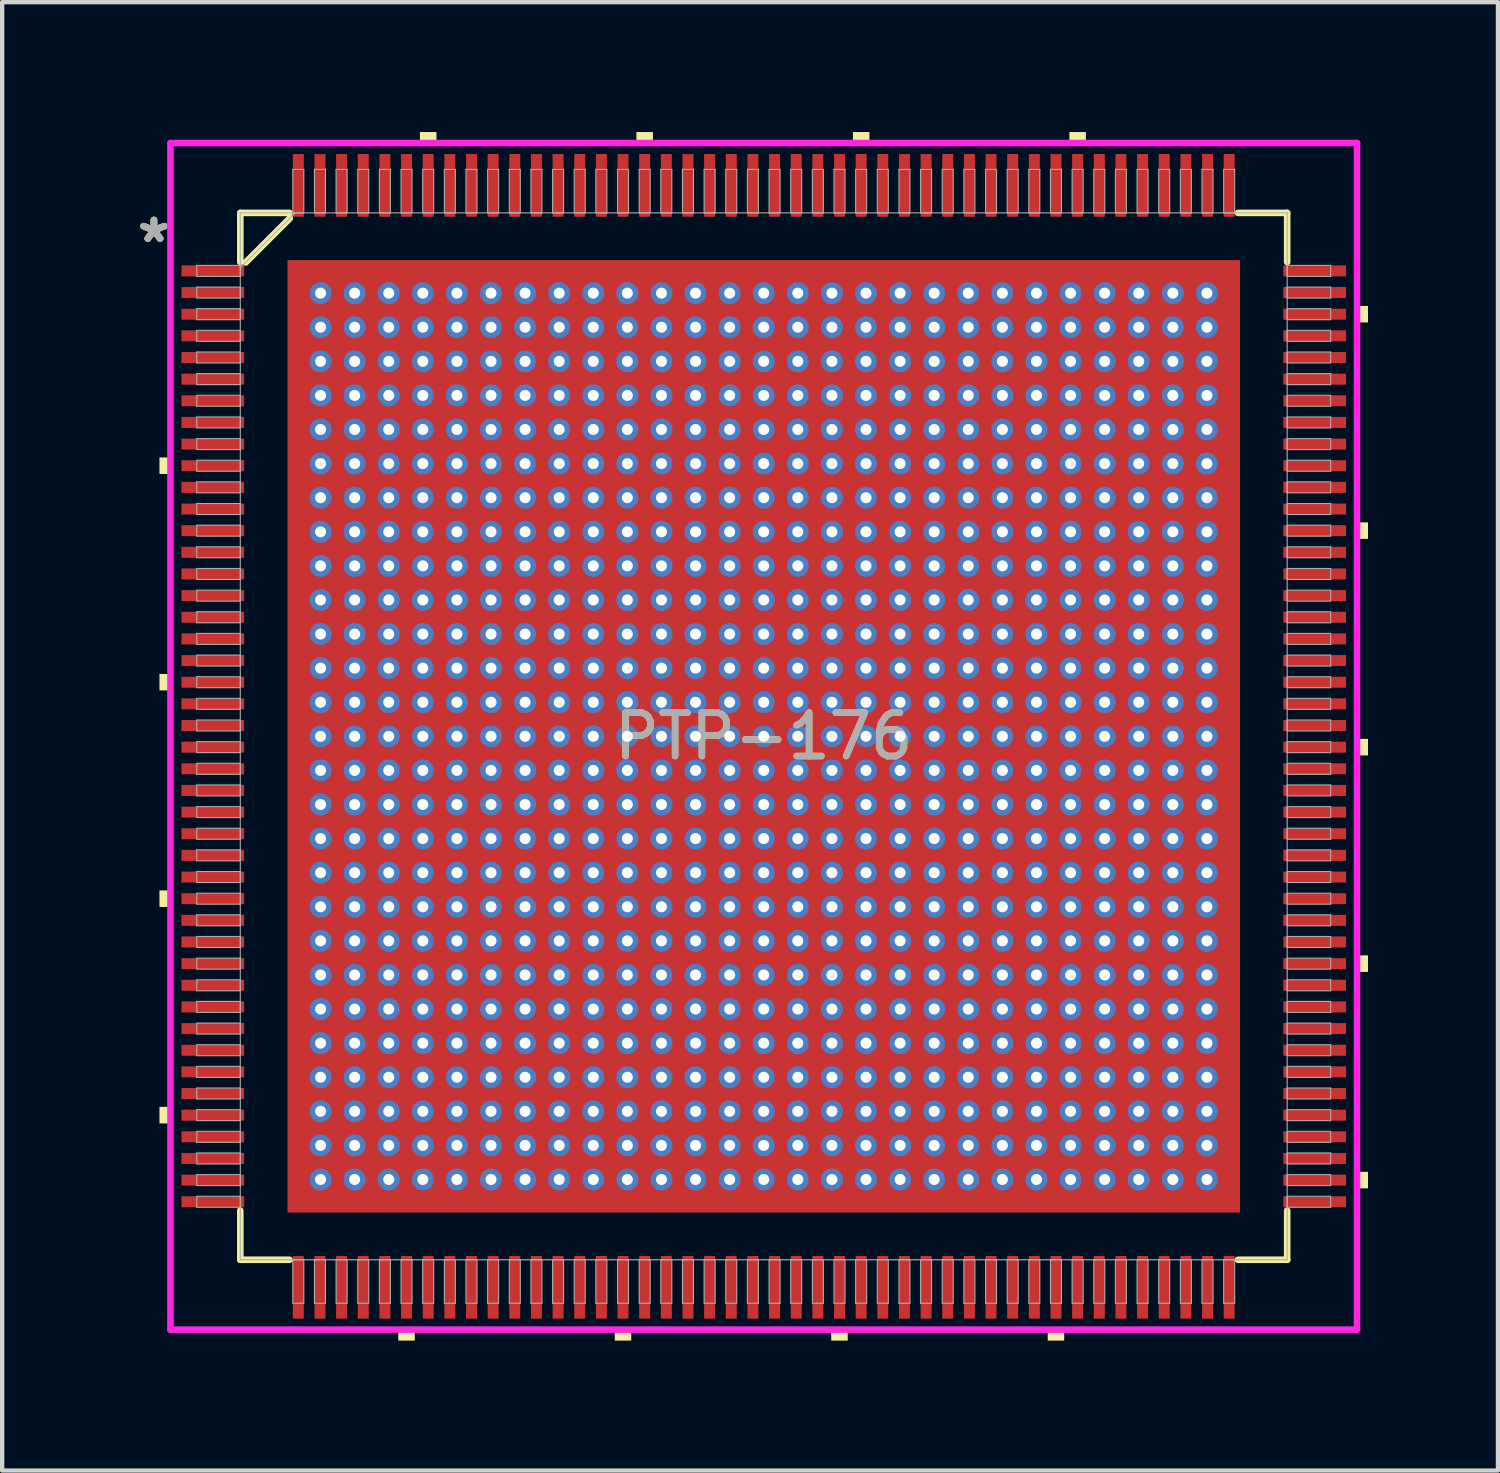
<source format=kicad_pcb>
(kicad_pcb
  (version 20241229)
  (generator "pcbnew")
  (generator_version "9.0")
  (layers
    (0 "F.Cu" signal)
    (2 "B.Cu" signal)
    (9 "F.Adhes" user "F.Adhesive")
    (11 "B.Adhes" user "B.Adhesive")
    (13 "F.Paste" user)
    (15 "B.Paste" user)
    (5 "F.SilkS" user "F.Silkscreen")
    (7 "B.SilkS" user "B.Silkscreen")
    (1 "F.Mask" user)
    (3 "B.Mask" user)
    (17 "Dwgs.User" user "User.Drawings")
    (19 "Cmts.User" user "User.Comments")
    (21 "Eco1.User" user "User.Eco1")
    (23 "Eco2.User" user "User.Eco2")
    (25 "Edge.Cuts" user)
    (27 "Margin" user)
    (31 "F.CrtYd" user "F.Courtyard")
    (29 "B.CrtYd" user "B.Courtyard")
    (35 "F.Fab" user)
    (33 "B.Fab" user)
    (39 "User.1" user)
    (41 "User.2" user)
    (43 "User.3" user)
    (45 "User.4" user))
  (footprint "PTP-176"
    (layer "F.Cu")
    (at 14.59 13.957)
    (property "Reference" "PTP-176" (at 0 0 0) (unlocked yes) (layer "F.SilkS") (effects (font (size 1 1) (thickness 0.15))))
    (attr through_hole)
    (fp_poly (pts (xy 3.59 -3.58) (xy -3.59 -3.58) (xy -3.59 3.58) (xy 3.59 3.58)) (stroke (width 0) (type solid)) (fill yes) (layer "F.Mask"))
    (fp_line (start -12.09 -12.09) (end -12.09 -10.953) (stroke (width 0.152) (type solid)) (layer "F.SilkS"))
    (fp_line (start -12.09 10.953) (end -12.09 12.09) (stroke (width 0.152) (type solid)) (layer "F.SilkS"))
    (fp_line (start -12.09 12.09) (end -10.953 12.09) (stroke (width 0.152) (type solid)) (layer "F.SilkS"))
    (fp_line (start -11.966 -10.945) (end -10.945 -11.966) (stroke (width 0.152) (type solid)) (layer "F.SilkS"))
    (fp_line (start -10.953 -12.09) (end -12.09 -12.09) (stroke (width 0.152) (type solid)) (layer "F.SilkS"))
    (fp_line (start 10.953 12.09) (end 12.09 12.09) (stroke (width 0.152) (type solid)) (layer "F.SilkS"))
    (fp_line (start 12.09 -12.09) (end 10.953 -12.09) (stroke (width 0.152) (type solid)) (layer "F.SilkS"))
    (fp_line (start 12.09 -10.953) (end 12.09 -12.09) (stroke (width 0.152) (type solid)) (layer "F.SilkS"))
    (fp_line (start 12.09 12.09) (end 12.09 10.953) (stroke (width 0.152) (type solid)) (layer "F.SilkS"))
    (fp_poly (pts (xy -13.957 -6.441) (xy -13.957 -6.059) (xy -13.703 -6.059) (xy -13.703 -6.441)) (stroke (width 0) (type solid)) (fill yes) (layer "F.SilkS"))
    (fp_poly (pts (xy -13.957 -1.44) (xy -13.957 -1.06) (xy -13.703 -1.06) (xy -13.703 -1.44)) (stroke (width 0) (type solid)) (fill yes) (layer "F.SilkS"))
    (fp_poly (pts (xy -13.957 3.559) (xy -13.957 3.941) (xy -13.703 3.941) (xy -13.703 3.559)) (stroke (width 0) (type solid)) (fill yes) (layer "F.SilkS"))
    (fp_poly (pts (xy -13.957 8.559) (xy -13.957 8.941) (xy -13.703 8.941) (xy -13.703 8.559)) (stroke (width 0) (type solid)) (fill yes) (layer "F.SilkS"))
    (fp_poly (pts (xy -8.441 13.703) (xy -8.441 13.957) (xy -8.06 13.957) (xy -8.06 13.703)) (stroke (width 0) (type solid)) (fill yes) (layer "F.SilkS"))
    (fp_poly (pts (xy -7.941 -13.703) (xy -7.941 -13.957) (xy -7.559 -13.957) (xy -7.559 -13.703)) (stroke (width 0) (type solid)) (fill yes) (layer "F.SilkS"))
    (fp_poly (pts (xy -3.441 13.703) (xy -3.441 13.957) (xy -3.06 13.957) (xy -3.06 13.703)) (stroke (width 0) (type solid)) (fill yes) (layer "F.SilkS"))
    (fp_poly (pts (xy -2.941 -13.703) (xy -2.941 -13.957) (xy -2.559 -13.957) (xy -2.559 -13.703)) (stroke (width 0) (type solid)) (fill yes) (layer "F.SilkS"))
    (fp_poly (pts (xy 1.559 13.703) (xy 1.559 13.957) (xy 1.94 13.957) (xy 1.94 13.703)) (stroke (width 0) (type solid)) (fill yes) (layer "F.SilkS"))
    (fp_poly (pts (xy 2.06 -13.703) (xy 2.06 -13.957) (xy 2.441 -13.957) (xy 2.441 -13.703)) (stroke (width 0) (type solid)) (fill yes) (layer "F.SilkS"))
    (fp_poly (pts (xy 6.559 13.703) (xy 6.559 13.957) (xy 6.94 13.957) (xy 6.94 13.703)) (stroke (width 0) (type solid)) (fill yes) (layer "F.SilkS"))
    (fp_poly (pts (xy 7.06 -13.703) (xy 7.06 -13.957) (xy 7.441 -13.957) (xy 7.441 -13.703)) (stroke (width 0) (type solid)) (fill yes) (layer "F.SilkS"))
    (fp_poly (pts (xy 13.957 -9.941) (xy 13.957 -9.56) (xy 13.703 -9.56) (xy 13.703 -9.941)) (stroke (width 0) (type solid)) (fill yes) (layer "F.SilkS"))
    (fp_poly (pts (xy 13.957 -4.941) (xy 13.957 -4.56) (xy 13.703 -4.56) (xy 13.703 -4.941)) (stroke (width 0) (type solid)) (fill yes) (layer "F.SilkS"))
    (fp_poly (pts (xy 13.957 0.059) (xy 13.957 0.441) (xy 13.703 0.441) (xy 13.703 0.059)) (stroke (width 0) (type solid)) (fill yes) (layer "F.SilkS"))
    (fp_poly (pts (xy 13.957 5.059) (xy 13.957 5.441) (xy 13.703 5.441) (xy 13.703 5.059)) (stroke (width 0) (type solid)) (fill yes) (layer "F.SilkS"))
    (fp_poly (pts (xy 13.957 10.059) (xy 13.957 10.441) (xy 13.703 10.441) (xy 13.703 10.059)) (stroke (width 0) (type solid)) (fill yes) (layer "F.SilkS"))
    (fp_poly (pts (xy -2.908 -3.05) (xy -3.05 -2.908) (xy -3.05 -2.604) (xy -2.908 -2.462) (xy -2.604 -2.462) (xy -2.462 -2.604) (xy -2.462 -2.908) (xy -2.604 -3.05)) (stroke (width 0) (type solid)) (fill yes) (layer "F.Paste"))
    (fp_poly (pts (xy -2.908 -2.262) (xy -3.05 -2.121) (xy -3.05 -1.816) (xy -2.908 -1.675) (xy -2.604 -1.675) (xy -2.462 -1.816) (xy -2.462 -2.121) (xy -2.604 -2.262)) (stroke (width 0) (type solid)) (fill yes) (layer "F.Paste"))
    (fp_poly (pts (xy -2.908 -1.475) (xy -3.05 -1.333) (xy -3.05 -1.029) (xy -2.908 -0.887) (xy -2.604 -0.887) (xy -2.462 -1.029) (xy -2.462 -1.333) (xy -2.604 -1.475)) (stroke (width 0) (type solid)) (fill yes) (layer "F.Paste"))
    (fp_poly (pts (xy -2.908 -0.687) (xy -3.05 -0.546) (xy -3.05 -0.241) (xy -2.908 -0.1) (xy -2.604 -0.1) (xy -2.462 -0.241) (xy -2.462 -0.546) (xy -2.604 -0.687)) (stroke (width 0) (type solid)) (fill yes) (layer "F.Paste"))
    (fp_poly (pts (xy -2.908 0.1) (xy -3.05 0.241) (xy -3.05 0.546) (xy -2.908 0.687) (xy -2.604 0.687) (xy -2.462 0.546) (xy -2.462 0.241) (xy -2.604 0.1)) (stroke (width 0) (type solid)) (fill yes) (layer "F.Paste"))
    (fp_poly (pts (xy -2.908 0.887) (xy -3.05 1.029) (xy -3.05 1.333) (xy -2.908 1.475) (xy -2.604 1.475) (xy -2.462 1.333) (xy -2.462 1.029) (xy -2.604 0.887)) (stroke (width 0) (type solid)) (fill yes) (layer "F.Paste"))
    (fp_poly (pts (xy -2.908 1.675) (xy -3.05 1.816) (xy -3.05 2.121) (xy -2.908 2.262) (xy -2.604 2.262) (xy -2.462 2.121) (xy -2.462 1.816) (xy -2.604 1.675)) (stroke (width 0) (type solid)) (fill yes) (layer "F.Paste"))
    (fp_poly (pts (xy -2.908 2.462) (xy -3.05 2.604) (xy -3.05 2.908) (xy -2.908 3.05) (xy -2.604 3.05) (xy -2.462 2.908) (xy -2.462 2.604) (xy -2.604 2.462)) (stroke (width 0) (type solid)) (fill yes) (layer "F.Paste"))
    (fp_poly (pts (xy -2.121 -3.05) (xy -2.262 -2.908) (xy -2.262 -2.604) (xy -2.121 -2.462) (xy -1.816 -2.462) (xy -1.675 -2.604) (xy -1.675 -2.908) (xy -1.816 -3.05)) (stroke (width 0) (type solid)) (fill yes) (layer "F.Paste"))
    (fp_poly (pts (xy -2.121 -2.262) (xy -2.262 -2.121) (xy -2.262 -1.816) (xy -2.121 -1.675) (xy -1.816 -1.675) (xy -1.675 -1.816) (xy -1.675 -2.121) (xy -1.816 -2.262)) (stroke (width 0) (type solid)) (fill yes) (layer "F.Paste"))
    (fp_poly (pts (xy -2.121 -1.475) (xy -2.262 -1.333) (xy -2.262 -1.029) (xy -2.121 -0.887) (xy -1.816 -0.887) (xy -1.675 -1.029) (xy -1.675 -1.333) (xy -1.816 -1.475)) (stroke (width 0) (type solid)) (fill yes) (layer "F.Paste"))
    (fp_poly (pts (xy -2.121 -0.687) (xy -2.262 -0.546) (xy -2.262 -0.241) (xy -2.121 -0.1) (xy -1.816 -0.1) (xy -1.675 -0.241) (xy -1.675 -0.546) (xy -1.816 -0.687)) (stroke (width 0) (type solid)) (fill yes) (layer "F.Paste"))
    (fp_poly (pts (xy -2.121 0.1) (xy -2.262 0.241) (xy -2.262 0.546) (xy -2.121 0.687) (xy -1.816 0.687) (xy -1.675 0.546) (xy -1.675 0.241) (xy -1.816 0.1)) (stroke (width 0) (type solid)) (fill yes) (layer "F.Paste"))
    (fp_poly (pts (xy -2.121 0.887) (xy -2.262 1.029) (xy -2.262 1.333) (xy -2.121 1.475) (xy -1.816 1.475) (xy -1.675 1.333) (xy -1.675 1.029) (xy -1.816 0.887)) (stroke (width 0) (type solid)) (fill yes) (layer "F.Paste"))
    (fp_poly (pts (xy -2.121 1.675) (xy -2.262 1.816) (xy -2.262 2.121) (xy -2.121 2.262) (xy -1.816 2.262) (xy -1.675 2.121) (xy -1.675 1.816) (xy -1.816 1.675)) (stroke (width 0) (type solid)) (fill yes) (layer "F.Paste"))
    (fp_poly (pts (xy -2.121 2.462) (xy -2.262 2.604) (xy -2.262 2.908) (xy -2.121 3.05) (xy -1.816 3.05) (xy -1.675 2.908) (xy -1.675 2.604) (xy -1.816 2.462)) (stroke (width 0) (type solid)) (fill yes) (layer "F.Paste"))
    (fp_poly (pts (xy -1.333 -3.05) (xy -1.475 -2.908) (xy -1.475 -2.604) (xy -1.333 -2.462) (xy -1.029 -2.462) (xy -0.887 -2.604) (xy -0.887 -2.908) (xy -1.029 -3.05)) (stroke (width 0) (type solid)) (fill yes) (layer "F.Paste"))
    (fp_poly (pts (xy -1.333 -2.262) (xy -1.475 -2.121) (xy -1.475 -1.816) (xy -1.333 -1.675) (xy -1.029 -1.675) (xy -0.887 -1.816) (xy -0.887 -2.121) (xy -1.029 -2.262)) (stroke (width 0) (type solid)) (fill yes) (layer "F.Paste"))
    (fp_poly (pts (xy -1.333 -1.475) (xy -1.475 -1.333) (xy -1.475 -1.029) (xy -1.333 -0.887) (xy -1.029 -0.887) (xy -0.887 -1.029) (xy -0.887 -1.333) (xy -1.029 -1.475)) (stroke (width 0) (type solid)) (fill yes) (layer "F.Paste"))
    (fp_poly (pts (xy -1.333 -0.687) (xy -1.475 -0.546) (xy -1.475 -0.241) (xy -1.333 -0.1) (xy -1.029 -0.1) (xy -0.887 -0.241) (xy -0.887 -0.546) (xy -1.029 -0.687)) (stroke (width 0) (type solid)) (fill yes) (layer "F.Paste"))
    (fp_poly (pts (xy -1.333 0.1) (xy -1.475 0.241) (xy -1.475 0.546) (xy -1.333 0.687) (xy -1.029 0.687) (xy -0.887 0.546) (xy -0.887 0.241) (xy -1.029 0.1)) (stroke (width 0) (type solid)) (fill yes) (layer "F.Paste"))
    (fp_poly (pts (xy -1.333 0.887) (xy -1.475 1.029) (xy -1.475 1.333) (xy -1.333 1.475) (xy -1.029 1.475) (xy -0.887 1.333) (xy -0.887 1.029) (xy -1.029 0.887)) (stroke (width 0) (type solid)) (fill yes) (layer "F.Paste"))
    (fp_poly (pts (xy -1.333 1.675) (xy -1.475 1.816) (xy -1.475 2.121) (xy -1.333 2.262) (xy -1.029 2.262) (xy -0.887 2.121) (xy -0.887 1.816) (xy -1.029 1.675)) (stroke (width 0) (type solid)) (fill yes) (layer "F.Paste"))
    (fp_poly (pts (xy -1.333 2.462) (xy -1.475 2.604) (xy -1.475 2.908) (xy -1.333 3.05) (xy -1.029 3.05) (xy -0.887 2.908) (xy -0.887 2.604) (xy -1.029 2.462)) (stroke (width 0) (type solid)) (fill yes) (layer "F.Paste"))
    (fp_poly (pts (xy -0.546 -3.05) (xy -0.687 -2.908) (xy -0.687 -2.604) (xy -0.546 -2.462) (xy -0.241 -2.462) (xy -0.1 -2.604) (xy -0.1 -2.908) (xy -0.241 -3.05)) (stroke (width 0) (type solid)) (fill yes) (layer "F.Paste"))
    (fp_poly (pts (xy -0.546 -2.262) (xy -0.687 -2.121) (xy -0.687 -1.816) (xy -0.546 -1.675) (xy -0.241 -1.675) (xy -0.1 -1.816) (xy -0.1 -2.121) (xy -0.241 -2.262)) (stroke (width 0) (type solid)) (fill yes) (layer "F.Paste"))
    (fp_poly (pts (xy -0.546 -1.475) (xy -0.687 -1.333) (xy -0.687 -1.029) (xy -0.546 -0.887) (xy -0.241 -0.887) (xy -0.1 -1.029) (xy -0.1 -1.333) (xy -0.241 -1.475)) (stroke (width 0) (type solid)) (fill yes) (layer "F.Paste"))
    (fp_poly (pts (xy -0.546 -0.687) (xy -0.687 -0.546) (xy -0.687 -0.241) (xy -0.546 -0.1) (xy -0.241 -0.1) (xy -0.1 -0.241) (xy -0.1 -0.546) (xy -0.241 -0.687)) (stroke (width 0) (type solid)) (fill yes) (layer "F.Paste"))
    (fp_poly (pts (xy -0.546 0.1) (xy -0.687 0.241) (xy -0.687 0.546) (xy -0.546 0.687) (xy -0.241 0.687) (xy -0.1 0.546) (xy -0.1 0.241) (xy -0.241 0.1)) (stroke (width 0) (type solid)) (fill yes) (layer "F.Paste"))
    (fp_poly (pts (xy -0.546 0.887) (xy -0.687 1.029) (xy -0.687 1.333) (xy -0.546 1.475) (xy -0.241 1.475) (xy -0.1 1.333) (xy -0.1 1.029) (xy -0.241 0.887)) (stroke (width 0) (type solid)) (fill yes) (layer "F.Paste"))
    (fp_poly (pts (xy -0.546 1.675) (xy -0.687 1.816) (xy -0.687 2.121) (xy -0.546 2.262) (xy -0.241 2.262) (xy -0.1 2.121) (xy -0.1 1.816) (xy -0.241 1.675)) (stroke (width 0) (type solid)) (fill yes) (layer "F.Paste"))
    (fp_poly (pts (xy -0.546 2.462) (xy -0.687 2.604) (xy -0.687 2.908) (xy -0.546 3.05) (xy -0.241 3.05) (xy -0.1 2.908) (xy -0.1 2.604) (xy -0.241 2.462)) (stroke (width 0) (type solid)) (fill yes) (layer "F.Paste"))
    (fp_poly (pts (xy 0.241 -3.05) (xy 0.1 -2.908) (xy 0.1 -2.604) (xy 0.241 -2.462) (xy 0.546 -2.462) (xy 0.687 -2.604) (xy 0.687 -2.908) (xy 0.546 -3.05)) (stroke (width 0) (type solid)) (fill yes) (layer "F.Paste"))
    (fp_poly (pts (xy 0.241 -2.262) (xy 0.1 -2.121) (xy 0.1 -1.816) (xy 0.241 -1.675) (xy 0.546 -1.675) (xy 0.687 -1.816) (xy 0.687 -2.121) (xy 0.546 -2.262)) (stroke (width 0) (type solid)) (fill yes) (layer "F.Paste"))
    (fp_poly (pts (xy 0.241 -1.475) (xy 0.1 -1.333) (xy 0.1 -1.029) (xy 0.241 -0.887) (xy 0.546 -0.887) (xy 0.687 -1.029) (xy 0.687 -1.333) (xy 0.546 -1.475)) (stroke (width 0) (type solid)) (fill yes) (layer "F.Paste"))
    (fp_poly (pts (xy 0.241 -0.687) (xy 0.1 -0.546) (xy 0.1 -0.241) (xy 0.241 -0.1) (xy 0.546 -0.1) (xy 0.687 -0.241) (xy 0.687 -0.546) (xy 0.546 -0.687)) (stroke (width 0) (type solid)) (fill yes) (layer "F.Paste"))
    (fp_poly (pts (xy 0.241 0.1) (xy 0.1 0.241) (xy 0.1 0.546) (xy 0.241 0.687) (xy 0.546 0.687) (xy 0.687 0.546) (xy 0.687 0.241) (xy 0.546 0.1)) (stroke (width 0) (type solid)) (fill yes) (layer "F.Paste"))
    (fp_poly (pts (xy 0.241 0.887) (xy 0.1 1.029) (xy 0.1 1.333) (xy 0.241 1.475) (xy 0.546 1.475) (xy 0.687 1.333) (xy 0.687 1.029) (xy 0.546 0.887)) (stroke (width 0) (type solid)) (fill yes) (layer "F.Paste"))
    (fp_poly (pts (xy 0.241 1.675) (xy 0.1 1.816) (xy 0.1 2.121) (xy 0.241 2.262) (xy 0.546 2.262) (xy 0.687 2.121) (xy 0.687 1.816) (xy 0.546 1.675)) (stroke (width 0) (type solid)) (fill yes) (layer "F.Paste"))
    (fp_poly (pts (xy 0.241 2.462) (xy 0.1 2.604) (xy 0.1 2.908) (xy 0.241 3.05) (xy 0.546 3.05) (xy 0.687 2.908) (xy 0.687 2.604) (xy 0.546 2.462)) (stroke (width 0) (type solid)) (fill yes) (layer "F.Paste"))
    (fp_poly (pts (xy 1.029 -3.05) (xy 0.887 -2.908) (xy 0.887 -2.604) (xy 1.029 -2.462) (xy 1.333 -2.462) (xy 1.475 -2.604) (xy 1.475 -2.908) (xy 1.333 -3.05)) (stroke (width 0) (type solid)) (fill yes) (layer "F.Paste"))
    (fp_poly (pts (xy 1.029 -2.262) (xy 0.887 -2.121) (xy 0.887 -1.816) (xy 1.029 -1.675) (xy 1.333 -1.675) (xy 1.475 -1.816) (xy 1.475 -2.121) (xy 1.333 -2.262)) (stroke (width 0) (type solid)) (fill yes) (layer "F.Paste"))
    (fp_poly (pts (xy 1.029 -1.475) (xy 0.887 -1.333) (xy 0.887 -1.029) (xy 1.029 -0.887) (xy 1.333 -0.887) (xy 1.475 -1.029) (xy 1.475 -1.333) (xy 1.333 -1.475)) (stroke (width 0) (type solid)) (fill yes) (layer "F.Paste"))
    (fp_poly (pts (xy 1.029 -0.687) (xy 0.887 -0.546) (xy 0.887 -0.241) (xy 1.029 -0.1) (xy 1.333 -0.1) (xy 1.475 -0.241) (xy 1.475 -0.546) (xy 1.333 -0.687)) (stroke (width 0) (type solid)) (fill yes) (layer "F.Paste"))
    (fp_poly (pts (xy 1.029 0.1) (xy 0.887 0.241) (xy 0.887 0.546) (xy 1.029 0.687) (xy 1.333 0.687) (xy 1.475 0.546) (xy 1.475 0.241) (xy 1.333 0.1)) (stroke (width 0) (type solid)) (fill yes) (layer "F.Paste"))
    (fp_poly (pts (xy 1.029 0.887) (xy 0.887 1.029) (xy 0.887 1.333) (xy 1.029 1.475) (xy 1.333 1.475) (xy 1.475 1.333) (xy 1.475 1.029) (xy 1.333 0.887)) (stroke (width 0) (type solid)) (fill yes) (layer "F.Paste"))
    (fp_poly (pts (xy 1.029 1.675) (xy 0.887 1.816) (xy 0.887 2.121) (xy 1.029 2.262) (xy 1.333 2.262) (xy 1.475 2.121) (xy 1.475 1.816) (xy 1.333 1.675)) (stroke (width 0) (type solid)) (fill yes) (layer "F.Paste"))
    (fp_poly (pts (xy 1.029 2.462) (xy 0.887 2.604) (xy 0.887 2.908) (xy 1.029 3.05) (xy 1.333 3.05) (xy 1.475 2.908) (xy 1.475 2.604) (xy 1.333 2.462)) (stroke (width 0) (type solid)) (fill yes) (layer "F.Paste"))
    (fp_poly (pts (xy 1.816 -3.05) (xy 1.675 -2.908) (xy 1.675 -2.604) (xy 1.816 -2.462) (xy 2.121 -2.462) (xy 2.262 -2.604) (xy 2.262 -2.908) (xy 2.121 -3.05)) (stroke (width 0) (type solid)) (fill yes) (layer "F.Paste"))
    (fp_poly (pts (xy 1.816 -2.262) (xy 1.675 -2.121) (xy 1.675 -1.816) (xy 1.816 -1.675) (xy 2.121 -1.675) (xy 2.262 -1.816) (xy 2.262 -2.121) (xy 2.121 -2.262)) (stroke (width 0) (type solid)) (fill yes) (layer "F.Paste"))
    (fp_poly (pts (xy 1.816 -1.475) (xy 1.675 -1.333) (xy 1.675 -1.029) (xy 1.816 -0.887) (xy 2.121 -0.887) (xy 2.262 -1.029) (xy 2.262 -1.333) (xy 2.121 -1.475)) (stroke (width 0) (type solid)) (fill yes) (layer "F.Paste"))
    (fp_poly (pts (xy 1.816 -0.687) (xy 1.675 -0.546) (xy 1.675 -0.241) (xy 1.816 -0.1) (xy 2.121 -0.1) (xy 2.262 -0.241) (xy 2.262 -0.546) (xy 2.121 -0.687)) (stroke (width 0) (type solid)) (fill yes) (layer "F.Paste"))
    (fp_poly (pts (xy 1.816 0.1) (xy 1.675 0.241) (xy 1.675 0.546) (xy 1.816 0.687) (xy 2.121 0.687) (xy 2.262 0.546) (xy 2.262 0.241) (xy 2.121 0.1)) (stroke (width 0) (type solid)) (fill yes) (layer "F.Paste"))
    (fp_poly (pts (xy 1.816 0.887) (xy 1.675 1.029) (xy 1.675 1.333) (xy 1.816 1.475) (xy 2.121 1.475) (xy 2.262 1.333) (xy 2.262 1.029) (xy 2.121 0.887)) (stroke (width 0) (type solid)) (fill yes) (layer "F.Paste"))
    (fp_poly (pts (xy 1.816 1.675) (xy 1.675 1.816) (xy 1.675 2.121) (xy 1.816 2.262) (xy 2.121 2.262) (xy 2.262 2.121) (xy 2.262 1.816) (xy 2.121 1.675)) (stroke (width 0) (type solid)) (fill yes) (layer "F.Paste"))
    (fp_poly (pts (xy 1.816 2.462) (xy 1.675 2.604) (xy 1.675 2.908) (xy 1.816 3.05) (xy 2.121 3.05) (xy 2.262 2.908) (xy 2.262 2.604) (xy 2.121 2.462)) (stroke (width 0) (type solid)) (fill yes) (layer "F.Paste"))
    (fp_poly (pts (xy 2.604 -3.05) (xy 2.462 -2.908) (xy 2.462 -2.604) (xy 2.604 -2.462) (xy 2.908 -2.462) (xy 3.05 -2.604) (xy 3.05 -2.908) (xy 2.908 -3.05)) (stroke (width 0) (type solid)) (fill yes) (layer "F.Paste"))
    (fp_poly (pts (xy 2.604 -2.262) (xy 2.462 -2.121) (xy 2.462 -1.816) (xy 2.604 -1.675) (xy 2.908 -1.675) (xy 3.05 -1.816) (xy 3.05 -2.121) (xy 2.908 -2.262)) (stroke (width 0) (type solid)) (fill yes) (layer "F.Paste"))
    (fp_poly (pts (xy 2.604 -1.475) (xy 2.462 -1.333) (xy 2.462 -1.029) (xy 2.604 -0.887) (xy 2.908 -0.887) (xy 3.05 -1.029) (xy 3.05 -1.333) (xy 2.908 -1.475)) (stroke (width 0) (type solid)) (fill yes) (layer "F.Paste"))
    (fp_poly (pts (xy 2.604 -0.687) (xy 2.462 -0.546) (xy 2.462 -0.241) (xy 2.604 -0.1) (xy 2.908 -0.1) (xy 3.05 -0.241) (xy 3.05 -0.546) (xy 2.908 -0.687)) (stroke (width 0) (type solid)) (fill yes) (layer "F.Paste"))
    (fp_poly (pts (xy 2.604 0.1) (xy 2.462 0.241) (xy 2.462 0.546) (xy 2.604 0.687) (xy 2.908 0.687) (xy 3.05 0.546) (xy 3.05 0.241) (xy 2.908 0.1)) (stroke (width 0) (type solid)) (fill yes) (layer "F.Paste"))
    (fp_poly (pts (xy 2.604 0.887) (xy 2.462 1.029) (xy 2.462 1.333) (xy 2.604 1.475) (xy 2.908 1.475) (xy 3.05 1.333) (xy 3.05 1.029) (xy 2.908 0.887)) (stroke (width 0) (type solid)) (fill yes) (layer "F.Paste"))
    (fp_poly (pts (xy 2.604 1.675) (xy 2.462 1.816) (xy 2.462 2.121) (xy 2.604 2.262) (xy 2.908 2.262) (xy 3.05 2.121) (xy 3.05 1.816) (xy 2.908 1.675)) (stroke (width 0) (type solid)) (fill yes) (layer "F.Paste"))
    (fp_poly (pts (xy 2.604 2.462) (xy 2.462 2.604) (xy 2.462 2.908) (xy 2.604 3.05) (xy 2.908 3.05) (xy 3.05 2.908) (xy 3.05 2.604) (xy 2.908 2.462)) (stroke (width 0) (type solid)) (fill yes) (layer "F.Paste"))
    (fp_line (start -13.703 -13.703) (end 13.703 -13.703) (stroke (width 0.152) (type solid)) (layer "F.CrtYd"))
    (fp_line (start -13.703 13.703) (end -13.703 -13.703) (stroke (width 0.152) (type solid)) (layer "F.CrtYd"))
    (fp_line (start 13.703 -13.703) (end 13.703 13.703) (stroke (width 0.152) (type solid)) (layer "F.CrtYd"))
    (fp_line (start 13.703 13.703) (end -13.703 13.703) (stroke (width 0.152) (type solid)) (layer "F.CrtYd"))
    (fp_line (start -13.094 -10.877) (end -13.094 -10.623) (stroke (width 0.025) (type solid)) (layer "F.Fab"))
    (fp_line (start -13.094 -10.623) (end -12.09 -10.623) (stroke (width 0.025) (type solid)) (layer "F.Fab"))
    (fp_line (start -13.094 -10.377) (end -13.094 -10.123) (stroke (width 0.025) (type solid)) (layer "F.Fab"))
    (fp_line (start -13.094 -10.123) (end -12.09 -10.123) (stroke (width 0.025) (type solid)) (layer "F.Fab"))
    (fp_line (start -13.094 -9.877) (end -13.094 -9.623) (stroke (width 0.025) (type solid)) (layer "F.Fab"))
    (fp_line (start -13.094 -9.623) (end -12.09 -9.623) (stroke (width 0.025) (type solid)) (layer "F.Fab"))
    (fp_line (start -13.094 -9.377) (end -13.094 -9.123) (stroke (width 0.025) (type solid)) (layer "F.Fab"))
    (fp_line (start -13.094 -9.123) (end -12.09 -9.123) (stroke (width 0.025) (type solid)) (layer "F.Fab"))
    (fp_line (start -13.094 -8.877) (end -13.094 -8.623) (stroke (width 0.025) (type solid)) (layer "F.Fab"))
    (fp_line (start -13.094 -8.623) (end -12.09 -8.623) (stroke (width 0.025) (type solid)) (layer "F.Fab"))
    (fp_line (start -13.094 -8.377) (end -13.094 -8.123) (stroke (width 0.025) (type solid)) (layer "F.Fab"))
    (fp_line (start -13.094 -8.123) (end -12.09 -8.123) (stroke (width 0.025) (type solid)) (layer "F.Fab"))
    (fp_line (start -13.094 -7.877) (end -13.094 -7.623) (stroke (width 0.025) (type solid)) (layer "F.Fab"))
    (fp_line (start -13.094 -7.623) (end -12.09 -7.623) (stroke (width 0.025) (type solid)) (layer "F.Fab"))
    (fp_line (start -13.094 -7.377) (end -13.094 -7.123) (stroke (width 0.025) (type solid)) (layer "F.Fab"))
    (fp_line (start -13.094 -7.123) (end -12.09 -7.123) (stroke (width 0.025) (type solid)) (layer "F.Fab"))
    (fp_line (start -13.094 -6.877) (end -13.094 -6.623) (stroke (width 0.025) (type solid)) (layer "F.Fab"))
    (fp_line (start -13.094 -6.623) (end -12.09 -6.623) (stroke (width 0.025) (type solid)) (layer "F.Fab"))
    (fp_line (start -13.094 -6.377) (end -13.094 -6.123) (stroke (width 0.025) (type solid)) (layer "F.Fab"))
    (fp_line (start -13.094 -6.123) (end -12.09 -6.123) (stroke (width 0.025) (type solid)) (layer "F.Fab"))
    (fp_line (start -13.094 -5.877) (end -13.094 -5.623) (stroke (width 0.025) (type solid)) (layer "F.Fab"))
    (fp_line (start -13.094 -5.623) (end -12.09 -5.623) (stroke (width 0.025) (type solid)) (layer "F.Fab"))
    (fp_line (start -13.094 -5.377) (end -13.094 -5.123) (stroke (width 0.025) (type solid)) (layer "F.Fab"))
    (fp_line (start -13.094 -5.123) (end -12.09 -5.123) (stroke (width 0.025) (type solid)) (layer "F.Fab"))
    (fp_line (start -13.094 -4.877) (end -13.094 -4.623) (stroke (width 0.025) (type solid)) (layer "F.Fab"))
    (fp_line (start -13.094 -4.623) (end -12.09 -4.623) (stroke (width 0.025) (type solid)) (layer "F.Fab"))
    (fp_line (start -13.094 -4.377) (end -13.094 -4.123) (stroke (width 0.025) (type solid)) (layer "F.Fab"))
    (fp_line (start -13.094 -4.123) (end -12.09 -4.123) (stroke (width 0.025) (type solid)) (layer "F.Fab"))
    (fp_line (start -13.094 -3.877) (end -13.094 -3.623) (stroke (width 0.025) (type solid)) (layer "F.Fab"))
    (fp_line (start -13.094 -3.623) (end -12.09 -3.623) (stroke (width 0.025) (type solid)) (layer "F.Fab"))
    (fp_line (start -13.094 -3.377) (end -13.094 -3.123) (stroke (width 0.025) (type solid)) (layer "F.Fab"))
    (fp_line (start -13.094 -3.123) (end -12.09 -3.123) (stroke (width 0.025) (type solid)) (layer "F.Fab"))
    (fp_line (start -13.094 -2.877) (end -13.094 -2.623) (stroke (width 0.025) (type solid)) (layer "F.Fab"))
    (fp_line (start -13.094 -2.623) (end -12.09 -2.623) (stroke (width 0.025) (type solid)) (layer "F.Fab"))
    (fp_line (start -13.094 -2.377) (end -13.094 -2.123) (stroke (width 0.025) (type solid)) (layer "F.Fab"))
    (fp_line (start -13.094 -2.123) (end -12.09 -2.123) (stroke (width 0.025) (type solid)) (layer "F.Fab"))
    (fp_line (start -13.094 -1.877) (end -13.094 -1.623) (stroke (width 0.025) (type solid)) (layer "F.Fab"))
    (fp_line (start -13.094 -1.623) (end -12.09 -1.623) (stroke (width 0.025) (type solid)) (layer "F.Fab"))
    (fp_line (start -13.094 -1.377) (end -13.094 -1.123) (stroke (width 0.025) (type solid)) (layer "F.Fab"))
    (fp_line (start -13.094 -1.123) (end -12.09 -1.123) (stroke (width 0.025) (type solid)) (layer "F.Fab"))
    (fp_line (start -13.094 -0.877) (end -13.094 -0.623) (stroke (width 0.025) (type solid)) (layer "F.Fab"))
    (fp_line (start -13.094 -0.623) (end -12.09 -0.623) (stroke (width 0.025) (type solid)) (layer "F.Fab"))
    (fp_line (start -13.094 -0.377) (end -13.094 -0.123) (stroke (width 0.025) (type solid)) (layer "F.Fab"))
    (fp_line (start -13.094 -0.123) (end -12.09 -0.123) (stroke (width 0.025) (type solid)) (layer "F.Fab"))
    (fp_line (start -13.094 0.123) (end -13.094 0.377) (stroke (width 0.025) (type solid)) (layer "F.Fab"))
    (fp_line (start -13.094 0.377) (end -12.09 0.377) (stroke (width 0.025) (type solid)) (layer "F.Fab"))
    (fp_line (start -13.094 0.623) (end -13.094 0.877) (stroke (width 0.025) (type solid)) (layer "F.Fab"))
    (fp_line (start -13.094 0.877) (end -12.09 0.877) (stroke (width 0.025) (type solid)) (layer "F.Fab"))
    (fp_line (start -13.094 1.123) (end -13.094 1.377) (stroke (width 0.025) (type solid)) (layer "F.Fab"))
    (fp_line (start -13.094 1.377) (end -12.09 1.377) (stroke (width 0.025) (type solid)) (layer "F.Fab"))
    (fp_line (start -13.094 1.623) (end -13.094 1.877) (stroke (width 0.025) (type solid)) (layer "F.Fab"))
    (fp_line (start -13.094 1.877) (end -12.09 1.877) (stroke (width 0.025) (type solid)) (layer "F.Fab"))
    (fp_line (start -13.094 2.123) (end -13.094 2.377) (stroke (width 0.025) (type solid)) (layer "F.Fab"))
    (fp_line (start -13.094 2.377) (end -12.09 2.377) (stroke (width 0.025) (type solid)) (layer "F.Fab"))
    (fp_line (start -13.094 2.623) (end -13.094 2.877) (stroke (width 0.025) (type solid)) (layer "F.Fab"))
    (fp_line (start -13.094 2.877) (end -12.09 2.877) (stroke (width 0.025) (type solid)) (layer "F.Fab"))
    (fp_line (start -13.094 3.123) (end -13.094 3.377) (stroke (width 0.025) (type solid)) (layer "F.Fab"))
    (fp_line (start -13.094 3.377) (end -12.09 3.377) (stroke (width 0.025) (type solid)) (layer "F.Fab"))
    (fp_line (start -13.094 3.623) (end -13.094 3.877) (stroke (width 0.025) (type solid)) (layer "F.Fab"))
    (fp_line (start -13.094 3.877) (end -12.09 3.877) (stroke (width 0.025) (type solid)) (layer "F.Fab"))
    (fp_line (start -13.094 4.123) (end -13.094 4.377) (stroke (width 0.025) (type solid)) (layer "F.Fab"))
    (fp_line (start -13.094 4.377) (end -12.09 4.377) (stroke (width 0.025) (type solid)) (layer "F.Fab"))
    (fp_line (start -13.094 4.623) (end -13.094 4.877) (stroke (width 0.025) (type solid)) (layer "F.Fab"))
    (fp_line (start -13.094 4.877) (end -12.09 4.877) (stroke (width 0.025) (type solid)) (layer "F.Fab"))
    (fp_line (start -13.094 5.123) (end -13.094 5.377) (stroke (width 0.025) (type solid)) (layer "F.Fab"))
    (fp_line (start -13.094 5.377) (end -12.09 5.377) (stroke (width 0.025) (type solid)) (layer "F.Fab"))
    (fp_line (start -13.094 5.623) (end -13.094 5.877) (stroke (width 0.025) (type solid)) (layer "F.Fab"))
    (fp_line (start -13.094 5.877) (end -12.09 5.877) (stroke (width 0.025) (type solid)) (layer "F.Fab"))
    (fp_line (start -13.094 6.123) (end -13.094 6.377) (stroke (width 0.025) (type solid)) (layer "F.Fab"))
    (fp_line (start -13.094 6.377) (end -12.09 6.377) (stroke (width 0.025) (type solid)) (layer "F.Fab"))
    (fp_line (start -13.094 6.623) (end -13.094 6.877) (stroke (width 0.025) (type solid)) (layer "F.Fab"))
    (fp_line (start -13.094 6.877) (end -12.09 6.877) (stroke (width 0.025) (type solid)) (layer "F.Fab"))
    (fp_line (start -13.094 7.123) (end -13.094 7.377) (stroke (width 0.025) (type solid)) (layer "F.Fab"))
    (fp_line (start -13.094 7.377) (end -12.09 7.377) (stroke (width 0.025) (type solid)) (layer "F.Fab"))
    (fp_line (start -13.094 7.623) (end -13.094 7.877) (stroke (width 0.025) (type solid)) (layer "F.Fab"))
    (fp_line (start -13.094 7.877) (end -12.09 7.877) (stroke (width 0.025) (type solid)) (layer "F.Fab"))
    (fp_line (start -13.094 8.123) (end -13.094 8.377) (stroke (width 0.025) (type solid)) (layer "F.Fab"))
    (fp_line (start -13.094 8.377) (end -12.09 8.377) (stroke (width 0.025) (type solid)) (layer "F.Fab"))
    (fp_line (start -13.094 8.623) (end -13.094 8.877) (stroke (width 0.025) (type solid)) (layer "F.Fab"))
    (fp_line (start -13.094 8.877) (end -12.09 8.877) (stroke (width 0.025) (type solid)) (layer "F.Fab"))
    (fp_line (start -13.094 9.123) (end -13.094 9.377) (stroke (width 0.025) (type solid)) (layer "F.Fab"))
    (fp_line (start -13.094 9.377) (end -12.09 9.377) (stroke (width 0.025) (type solid)) (layer "F.Fab"))
    (fp_line (start -13.094 9.623) (end -13.094 9.877) (stroke (width 0.025) (type solid)) (layer "F.Fab"))
    (fp_line (start -13.094 9.877) (end -12.09 9.877) (stroke (width 0.025) (type solid)) (layer "F.Fab"))
    (fp_line (start -13.094 10.123) (end -13.094 10.377) (stroke (width 0.025) (type solid)) (layer "F.Fab"))
    (fp_line (start -13.094 10.377) (end -12.09 10.377) (stroke (width 0.025) (type solid)) (layer "F.Fab"))
    (fp_line (start -13.094 10.623) (end -13.094 10.877) (stroke (width 0.025) (type solid)) (layer "F.Fab"))
    (fp_line (start -13.094 10.877) (end -12.09 10.877) (stroke (width 0.025) (type solid)) (layer "F.Fab"))
    (fp_line (start -12.09 -12.09) (end -12.09 -12.09) (stroke (width 0.025) (type solid)) (layer "F.Fab"))
    (fp_line (start -12.09 -12.09) (end -12.09 12.09) (stroke (width 0.025) (type solid)) (layer "F.Fab"))
    (fp_line (start -12.09 -10.877) (end -13.094 -10.877) (stroke (width 0.025) (type solid)) (layer "F.Fab"))
    (fp_line (start -12.09 -10.82) (end -10.82 -12.09) (stroke (width 0.025) (type solid)) (layer "F.Fab"))
    (fp_line (start -12.09 -10.623) (end -12.09 -10.877) (stroke (width 0.025) (type solid)) (layer "F.Fab"))
    (fp_line (start -12.09 -10.377) (end -13.094 -10.377) (stroke (width 0.025) (type solid)) (layer "F.Fab"))
    (fp_line (start -12.09 -10.123) (end -12.09 -10.377) (stroke (width 0.025) (type solid)) (layer "F.Fab"))
    (fp_line (start -12.09 -9.877) (end -13.094 -9.877) (stroke (width 0.025) (type solid)) (layer "F.Fab"))
    (fp_line (start -12.09 -9.623) (end -12.09 -9.877) (stroke (width 0.025) (type solid)) (layer "F.Fab"))
    (fp_line (start -12.09 -9.377) (end -13.094 -9.377) (stroke (width 0.025) (type solid)) (layer "F.Fab"))
    (fp_line (start -12.09 -9.123) (end -12.09 -9.377) (stroke (width 0.025) (type solid)) (layer "F.Fab"))
    (fp_line (start -12.09 -8.877) (end -13.094 -8.877) (stroke (width 0.025) (type solid)) (layer "F.Fab"))
    (fp_line (start -12.09 -8.623) (end -12.09 -8.877) (stroke (width 0.025) (type solid)) (layer "F.Fab"))
    (fp_line (start -12.09 -8.377) (end -13.094 -8.377) (stroke (width 0.025) (type solid)) (layer "F.Fab"))
    (fp_line (start -12.09 -8.123) (end -12.09 -8.377) (stroke (width 0.025) (type solid)) (layer "F.Fab"))
    (fp_line (start -12.09 -7.877) (end -13.094 -7.877) (stroke (width 0.025) (type solid)) (layer "F.Fab"))
    (fp_line (start -12.09 -7.623) (end -12.09 -7.877) (stroke (width 0.025) (type solid)) (layer "F.Fab"))
    (fp_line (start -12.09 -7.377) (end -13.094 -7.377) (stroke (width 0.025) (type solid)) (layer "F.Fab"))
    (fp_line (start -12.09 -7.123) (end -12.09 -7.377) (stroke (width 0.025) (type solid)) (layer "F.Fab"))
    (fp_line (start -12.09 -6.877) (end -13.094 -6.877) (stroke (width 0.025) (type solid)) (layer "F.Fab"))
    (fp_line (start -12.09 -6.623) (end -12.09 -6.877) (stroke (width 0.025) (type solid)) (layer "F.Fab"))
    (fp_line (start -12.09 -6.377) (end -13.094 -6.377) (stroke (width 0.025) (type solid)) (layer "F.Fab"))
    (fp_line (start -12.09 -6.123) (end -12.09 -6.377) (stroke (width 0.025) (type solid)) (layer "F.Fab"))
    (fp_line (start -12.09 -5.877) (end -13.094 -5.877) (stroke (width 0.025) (type solid)) (layer "F.Fab"))
    (fp_line (start -12.09 -5.623) (end -12.09 -5.877) (stroke (width 0.025) (type solid)) (layer "F.Fab"))
    (fp_line (start -12.09 -5.377) (end -13.094 -5.377) (stroke (width 0.025) (type solid)) (layer "F.Fab"))
    (fp_line (start -12.09 -5.123) (end -12.09 -5.377) (stroke (width 0.025) (type solid)) (layer "F.Fab"))
    (fp_line (start -12.09 -4.877) (end -13.094 -4.877) (stroke (width 0.025) (type solid)) (layer "F.Fab"))
    (fp_line (start -12.09 -4.623) (end -12.09 -4.877) (stroke (width 0.025) (type solid)) (layer "F.Fab"))
    (fp_line (start -12.09 -4.377) (end -13.094 -4.377) (stroke (width 0.025) (type solid)) (layer "F.Fab"))
    (fp_line (start -12.09 -4.123) (end -12.09 -4.377) (stroke (width 0.025) (type solid)) (layer "F.Fab"))
    (fp_line (start -12.09 -3.877) (end -13.094 -3.877) (stroke (width 0.025) (type solid)) (layer "F.Fab"))
    (fp_line (start -12.09 -3.623) (end -12.09 -3.877) (stroke (width 0.025) (type solid)) (layer "F.Fab"))
    (fp_line (start -12.09 -3.377) (end -13.094 -3.377) (stroke (width 0.025) (type solid)) (layer "F.Fab"))
    (fp_line (start -12.09 -3.123) (end -12.09 -3.377) (stroke (width 0.025) (type solid)) (layer "F.Fab"))
    (fp_line (start -12.09 -2.877) (end -13.094 -2.877) (stroke (width 0.025) (type solid)) (layer "F.Fab"))
    (fp_line (start -12.09 -2.623) (end -12.09 -2.877) (stroke (width 0.025) (type solid)) (layer "F.Fab"))
    (fp_line (start -12.09 -2.377) (end -13.094 -2.377) (stroke (width 0.025) (type solid)) (layer "F.Fab"))
    (fp_line (start -12.09 -2.123) (end -12.09 -2.377) (stroke (width 0.025) (type solid)) (layer "F.Fab"))
    (fp_line (start -12.09 -1.877) (end -13.094 -1.877) (stroke (width 0.025) (type solid)) (layer "F.Fab"))
    (fp_line (start -12.09 -1.623) (end -12.09 -1.877) (stroke (width 0.025) (type solid)) (layer "F.Fab"))
    (fp_line (start -12.09 -1.377) (end -13.094 -1.377) (stroke (width 0.025) (type solid)) (layer "F.Fab"))
    (fp_line (start -12.09 -1.123) (end -12.09 -1.377) (stroke (width 0.025) (type solid)) (layer "F.Fab"))
    (fp_line (start -12.09 -0.877) (end -13.094 -0.877) (stroke (width 0.025) (type solid)) (layer "F.Fab"))
    (fp_line (start -12.09 -0.623) (end -12.09 -0.877) (stroke (width 0.025) (type solid)) (layer "F.Fab"))
    (fp_line (start -12.09 -0.377) (end -13.094 -0.377) (stroke (width 0.025) (type solid)) (layer "F.Fab"))
    (fp_line (start -12.09 -0.123) (end -12.09 -0.377) (stroke (width 0.025) (type solid)) (layer "F.Fab"))
    (fp_line (start -12.09 0.123) (end -13.094 0.123) (stroke (width 0.025) (type solid)) (layer "F.Fab"))
    (fp_line (start -12.09 0.377) (end -12.09 0.123) (stroke (width 0.025) (type solid)) (layer "F.Fab"))
    (fp_line (start -12.09 0.623) (end -13.094 0.623) (stroke (width 0.025) (type solid)) (layer "F.Fab"))
    (fp_line (start -12.09 0.877) (end -12.09 0.623) (stroke (width 0.025) (type solid)) (layer "F.Fab"))
    (fp_line (start -12.09 1.123) (end -13.094 1.123) (stroke (width 0.025) (type solid)) (layer "F.Fab"))
    (fp_line (start -12.09 1.377) (end -12.09 1.123) (stroke (width 0.025) (type solid)) (layer "F.Fab"))
    (fp_line (start -12.09 1.623) (end -13.094 1.623) (stroke (width 0.025) (type solid)) (layer "F.Fab"))
    (fp_line (start -12.09 1.877) (end -12.09 1.623) (stroke (width 0.025) (type solid)) (layer "F.Fab"))
    (fp_line (start -12.09 2.123) (end -13.094 2.123) (stroke (width 0.025) (type solid)) (layer "F.Fab"))
    (fp_line (start -12.09 2.377) (end -12.09 2.123) (stroke (width 0.025) (type solid)) (layer "F.Fab"))
    (fp_line (start -12.09 2.623) (end -13.094 2.623) (stroke (width 0.025) (type solid)) (layer "F.Fab"))
    (fp_line (start -12.09 2.877) (end -12.09 2.623) (stroke (width 0.025) (type solid)) (layer "F.Fab"))
    (fp_line (start -12.09 3.123) (end -13.094 3.123) (stroke (width 0.025) (type solid)) (layer "F.Fab"))
    (fp_line (start -12.09 3.377) (end -12.09 3.123) (stroke (width 0.025) (type solid)) (layer "F.Fab"))
    (fp_line (start -12.09 3.623) (end -13.094 3.623) (stroke (width 0.025) (type solid)) (layer "F.Fab"))
    (fp_line (start -12.09 3.877) (end -12.09 3.623) (stroke (width 0.025) (type solid)) (layer "F.Fab"))
    (fp_line (start -12.09 4.123) (end -13.094 4.123) (stroke (width 0.025) (type solid)) (layer "F.Fab"))
    (fp_line (start -12.09 4.377) (end -12.09 4.123) (stroke (width 0.025) (type solid)) (layer "F.Fab"))
    (fp_line (start -12.09 4.623) (end -13.094 4.623) (stroke (width 0.025) (type solid)) (layer "F.Fab"))
    (fp_line (start -12.09 4.877) (end -12.09 4.623) (stroke (width 0.025) (type solid)) (layer "F.Fab"))
    (fp_line (start -12.09 5.123) (end -13.094 5.123) (stroke (width 0.025) (type solid)) (layer "F.Fab"))
    (fp_line (start -12.09 5.377) (end -12.09 5.123) (stroke (width 0.025) (type solid)) (layer "F.Fab"))
    (fp_line (start -12.09 5.623) (end -13.094 5.623) (stroke (width 0.025) (type solid)) (layer "F.Fab"))
    (fp_line (start -12.09 5.877) (end -12.09 5.623) (stroke (width 0.025) (type solid)) (layer "F.Fab"))
    (fp_line (start -12.09 6.123) (end -13.094 6.123) (stroke (width 0.025) (type solid)) (layer "F.Fab"))
    (fp_line (start -12.09 6.377) (end -12.09 6.123) (stroke (width 0.025) (type solid)) (layer "F.Fab"))
    (fp_line (start -12.09 6.623) (end -13.094 6.623) (stroke (width 0.025) (type solid)) (layer "F.Fab"))
    (fp_line (start -12.09 6.877) (end -12.09 6.623) (stroke (width 0.025) (type solid)) (layer "F.Fab"))
    (fp_line (start -12.09 7.123) (end -13.094 7.123) (stroke (width 0.025) (type solid)) (layer "F.Fab"))
    (fp_line (start -12.09 7.377) (end -12.09 7.123) (stroke (width 0.025) (type solid)) (layer "F.Fab"))
    (fp_line (start -12.09 7.623) (end -13.094 7.623) (stroke (width 0.025) (type solid)) (layer "F.Fab"))
    (fp_line (start -12.09 7.877) (end -12.09 7.623) (stroke (width 0.025) (type solid)) (layer "F.Fab"))
    (fp_line (start -12.09 8.123) (end -13.094 8.123) (stroke (width 0.025) (type solid)) (layer "F.Fab"))
    (fp_line (start -12.09 8.377) (end -12.09 8.123) (stroke (width 0.025) (type solid)) (layer "F.Fab"))
    (fp_line (start -12.09 8.623) (end -13.094 8.623) (stroke (width 0.025) (type solid)) (layer "F.Fab"))
    (fp_line (start -12.09 8.877) (end -12.09 8.623) (stroke (width 0.025) (type solid)) (layer "F.Fab"))
    (fp_line (start -12.09 9.123) (end -13.094 9.123) (stroke (width 0.025) (type solid)) (layer "F.Fab"))
    (fp_line (start -12.09 9.377) (end -12.09 9.123) (stroke (width 0.025) (type solid)) (layer "F.Fab"))
    (fp_line (start -12.09 9.623) (end -13.094 9.623) (stroke (width 0.025) (type solid)) (layer "F.Fab"))
    (fp_line (start -12.09 9.877) (end -12.09 9.623) (stroke (width 0.025) (type solid)) (layer "F.Fab"))
    (fp_line (start -12.09 10.123) (end -13.094 10.123) (stroke (width 0.025) (type solid)) (layer "F.Fab"))
    (fp_line (start -12.09 10.377) (end -12.09 10.123) (stroke (width 0.025) (type solid)) (layer "F.Fab"))
    (fp_line (start -12.09 10.623) (end -13.094 10.623) (stroke (width 0.025) (type solid)) (layer "F.Fab"))
    (fp_line (start -12.09 10.877) (end -12.09 10.623) (stroke (width 0.025) (type solid)) (layer "F.Fab"))
    (fp_line (start -12.09 12.09) (end -12.09 12.09) (stroke (width 0.025) (type solid)) (layer "F.Fab"))
    (fp_line (start -12.09 12.09) (end 12.09 12.09) (stroke (width 0.025) (type solid)) (layer "F.Fab"))
    (fp_line (start -10.877 -13.094) (end -10.877 -12.09) (stroke (width 0.025) (type solid)) (layer "F.Fab"))
    (fp_line (start -10.877 -12.09) (end -10.623 -12.09) (stroke (width 0.025) (type solid)) (layer "F.Fab"))
    (fp_line (start -10.877 12.09) (end -10.877 13.094) (stroke (width 0.025) (type solid)) (layer "F.Fab"))
    (fp_line (start -10.877 13.094) (end -10.623 13.094) (stroke (width 0.025) (type solid)) (layer "F.Fab"))
    (fp_line (start -10.623 -13.094) (end -10.877 -13.094) (stroke (width 0.025) (type solid)) (layer "F.Fab"))
    (fp_line (start -10.623 -12.09) (end -10.623 -13.094) (stroke (width 0.025) (type solid)) (layer "F.Fab"))
    (fp_line (start -10.623 12.09) (end -10.877 12.09) (stroke (width 0.025) (type solid)) (layer "F.Fab"))
    (fp_line (start -10.623 13.094) (end -10.623 12.09) (stroke (width 0.025) (type solid)) (layer "F.Fab"))
    (fp_line (start -10.377 -13.094) (end -10.377 -12.09) (stroke (width 0.025) (type solid)) (layer "F.Fab"))
    (fp_line (start -10.377 -12.09) (end -10.123 -12.09) (stroke (width 0.025) (type solid)) (layer "F.Fab"))
    (fp_line (start -10.377 12.09) (end -10.377 13.094) (stroke (width 0.025) (type solid)) (layer "F.Fab"))
    (fp_line (start -10.377 13.094) (end -10.123 13.094) (stroke (width 0.025) (type solid)) (layer "F.Fab"))
    (fp_line (start -10.123 -13.094) (end -10.377 -13.094) (stroke (width 0.025) (type solid)) (layer "F.Fab"))
    (fp_line (start -10.123 -12.09) (end -10.123 -13.094) (stroke (width 0.025) (type solid)) (layer "F.Fab"))
    (fp_line (start -10.123 12.09) (end -10.377 12.09) (stroke (width 0.025) (type solid)) (layer "F.Fab"))
    (fp_line (start -10.123 13.094) (end -10.123 12.09) (stroke (width 0.025) (type solid)) (layer "F.Fab"))
    (fp_line (start -9.877 -13.094) (end -9.877 -12.09) (stroke (width 0.025) (type solid)) (layer "F.Fab"))
    (fp_line (start -9.877 -12.09) (end -9.623 -12.09) (stroke (width 0.025) (type solid)) (layer "F.Fab"))
    (fp_line (start -9.877 12.09) (end -9.877 13.094) (stroke (width 0.025) (type solid)) (layer "F.Fab"))
    (fp_line (start -9.877 13.094) (end -9.623 13.094) (stroke (width 0.025) (type solid)) (layer "F.Fab"))
    (fp_line (start -9.623 -13.094) (end -9.877 -13.094) (stroke (width 0.025) (type solid)) (layer "F.Fab"))
    (fp_line (start -9.623 -12.09) (end -9.623 -13.094) (stroke (width 0.025) (type solid)) (layer "F.Fab"))
    (fp_line (start -9.623 12.09) (end -9.877 12.09) (stroke (width 0.025) (type solid)) (layer "F.Fab"))
    (fp_line (start -9.623 13.094) (end -9.623 12.09) (stroke (width 0.025) (type solid)) (layer "F.Fab"))
    (fp_line (start -9.377 -13.094) (end -9.377 -12.09) (stroke (width 0.025) (type solid)) (layer "F.Fab"))
    (fp_line (start -9.377 -12.09) (end -9.123 -12.09) (stroke (width 0.025) (type solid)) (layer "F.Fab"))
    (fp_line (start -9.377 12.09) (end -9.377 13.094) (stroke (width 0.025) (type solid)) (layer "F.Fab"))
    (fp_line (start -9.377 13.094) (end -9.123 13.094) (stroke (width 0.025) (type solid)) (layer "F.Fab"))
    (fp_line (start -9.123 -13.094) (end -9.377 -13.094) (stroke (width 0.025) (type solid)) (layer "F.Fab"))
    (fp_line (start -9.123 -12.09) (end -9.123 -13.094) (stroke (width 0.025) (type solid)) (layer "F.Fab"))
    (fp_line (start -9.123 12.09) (end -9.377 12.09) (stroke (width 0.025) (type solid)) (layer "F.Fab"))
    (fp_line (start -9.123 13.094) (end -9.123 12.09) (stroke (width 0.025) (type solid)) (layer "F.Fab"))
    (fp_line (start -8.877 -13.094) (end -8.877 -12.09) (stroke (width 0.025) (type solid)) (layer "F.Fab"))
    (fp_line (start -8.877 -12.09) (end -8.623 -12.09) (stroke (width 0.025) (type solid)) (layer "F.Fab"))
    (fp_line (start -8.877 12.09) (end -8.877 13.094) (stroke (width 0.025) (type solid)) (layer "F.Fab"))
    (fp_line (start -8.877 13.094) (end -8.623 13.094) (stroke (width 0.025) (type solid)) (layer "F.Fab"))
    (fp_line (start -8.623 -13.094) (end -8.877 -13.094) (stroke (width 0.025) (type solid)) (layer "F.Fab"))
    (fp_line (start -8.623 -12.09) (end -8.623 -13.094) (stroke (width 0.025) (type solid)) (layer "F.Fab"))
    (fp_line (start -8.623 12.09) (end -8.877 12.09) (stroke (width 0.025) (type solid)) (layer "F.Fab"))
    (fp_line (start -8.623 13.094) (end -8.623 12.09) (stroke (width 0.025) (type solid)) (layer "F.Fab"))
    (fp_line (start -8.377 -13.094) (end -8.377 -12.09) (stroke (width 0.025) (type solid)) (layer "F.Fab"))
    (fp_line (start -8.377 -12.09) (end -8.123 -12.09) (stroke (width 0.025) (type solid)) (layer "F.Fab"))
    (fp_line (start -8.377 12.09) (end -8.377 13.094) (stroke (width 0.025) (type solid)) (layer "F.Fab"))
    (fp_line (start -8.377 13.094) (end -8.123 13.094) (stroke (width 0.025) (type solid)) (layer "F.Fab"))
    (fp_line (start -8.123 -13.094) (end -8.377 -13.094) (stroke (width 0.025) (type solid)) (layer "F.Fab"))
    (fp_line (start -8.123 -12.09) (end -8.123 -13.094) (stroke (width 0.025) (type solid)) (layer "F.Fab"))
    (fp_line (start -8.123 12.09) (end -8.377 12.09) (stroke (width 0.025) (type solid)) (layer "F.Fab"))
    (fp_line (start -8.123 13.094) (end -8.123 12.09) (stroke (width 0.025) (type solid)) (layer "F.Fab"))
    (fp_line (start -7.877 -13.094) (end -7.877 -12.09) (stroke (width 0.025) (type solid)) (layer "F.Fab"))
    (fp_line (start -7.877 -12.09) (end -7.623 -12.09) (stroke (width 0.025) (type solid)) (layer "F.Fab"))
    (fp_line (start -7.877 12.09) (end -7.877 13.094) (stroke (width 0.025) (type solid)) (layer "F.Fab"))
    (fp_line (start -7.877 13.094) (end -7.623 13.094) (stroke (width 0.025) (type solid)) (layer "F.Fab"))
    (fp_line (start -7.623 -13.094) (end -7.877 -13.094) (stroke (width 0.025) (type solid)) (layer "F.Fab"))
    (fp_line (start -7.623 -12.09) (end -7.623 -13.094) (stroke (width 0.025) (type solid)) (layer "F.Fab"))
    (fp_line (start -7.623 12.09) (end -7.877 12.09) (stroke (width 0.025) (type solid)) (layer "F.Fab"))
    (fp_line (start -7.623 13.094) (end -7.623 12.09) (stroke (width 0.025) (type solid)) (layer "F.Fab"))
    (fp_line (start -7.377 -13.094) (end -7.377 -12.09) (stroke (width 0.025) (type solid)) (layer "F.Fab"))
    (fp_line (start -7.377 -12.09) (end -7.123 -12.09) (stroke (width 0.025) (type solid)) (layer "F.Fab"))
    (fp_line (start -7.377 12.09) (end -7.377 13.094) (stroke (width 0.025) (type solid)) (layer "F.Fab"))
    (fp_line (start -7.377 13.094) (end -7.123 13.094) (stroke (width 0.025) (type solid)) (layer "F.Fab"))
    (fp_line (start -7.123 -13.094) (end -7.377 -13.094) (stroke (width 0.025) (type solid)) (layer "F.Fab"))
    (fp_line (start -7.123 -12.09) (end -7.123 -13.094) (stroke (width 0.025) (type solid)) (layer "F.Fab"))
    (fp_line (start -7.123 12.09) (end -7.377 12.09) (stroke (width 0.025) (type solid)) (layer "F.Fab"))
    (fp_line (start -7.123 13.094) (end -7.123 12.09) (stroke (width 0.025) (type solid)) (layer "F.Fab"))
    (fp_line (start -6.877 -13.094) (end -6.877 -12.09) (stroke (width 0.025) (type solid)) (layer "F.Fab"))
    (fp_line (start -6.877 -12.09) (end -6.623 -12.09) (stroke (width 0.025) (type solid)) (layer "F.Fab"))
    (fp_line (start -6.877 12.09) (end -6.877 13.094) (stroke (width 0.025) (type solid)) (layer "F.Fab"))
    (fp_line (start -6.877 13.094) (end -6.623 13.094) (stroke (width 0.025) (type solid)) (layer "F.Fab"))
    (fp_line (start -6.623 -13.094) (end -6.877 -13.094) (stroke (width 0.025) (type solid)) (layer "F.Fab"))
    (fp_line (start -6.623 -12.09) (end -6.623 -13.094) (stroke (width 0.025) (type solid)) (layer "F.Fab"))
    (fp_line (start -6.623 12.09) (end -6.877 12.09) (stroke (width 0.025) (type solid)) (layer "F.Fab"))
    (fp_line (start -6.623 13.094) (end -6.623 12.09) (stroke (width 0.025) (type solid)) (layer "F.Fab"))
    (fp_line (start -6.377 -13.094) (end -6.377 -12.09) (stroke (width 0.025) (type solid)) (layer "F.Fab"))
    (fp_line (start -6.377 -12.09) (end -6.123 -12.09) (stroke (width 0.025) (type solid)) (layer "F.Fab"))
    (fp_line (start -6.377 12.09) (end -6.377 13.094) (stroke (width 0.025) (type solid)) (layer "F.Fab"))
    (fp_line (start -6.377 13.094) (end -6.123 13.094) (stroke (width 0.025) (type solid)) (layer "F.Fab"))
    (fp_line (start -6.123 -13.094) (end -6.377 -13.094) (stroke (width 0.025) (type solid)) (layer "F.Fab"))
    (fp_line (start -6.123 -12.09) (end -6.123 -13.094) (stroke (width 0.025) (type solid)) (layer "F.Fab"))
    (fp_line (start -6.123 12.09) (end -6.377 12.09) (stroke (width 0.025) (type solid)) (layer "F.Fab"))
    (fp_line (start -6.123 13.094) (end -6.123 12.09) (stroke (width 0.025) (type solid)) (layer "F.Fab"))
    (fp_line (start -5.877 -13.094) (end -5.877 -12.09) (stroke (width 0.025) (type solid)) (layer "F.Fab"))
    (fp_line (start -5.877 -12.09) (end -5.623 -12.09) (stroke (width 0.025) (type solid)) (layer "F.Fab"))
    (fp_line (start -5.877 12.09) (end -5.877 13.094) (stroke (width 0.025) (type solid)) (layer "F.Fab"))
    (fp_line (start -5.877 13.094) (end -5.623 13.094) (stroke (width 0.025) (type solid)) (layer "F.Fab"))
    (fp_line (start -5.623 -13.094) (end -5.877 -13.094) (stroke (width 0.025) (type solid)) (layer "F.Fab"))
    (fp_line (start -5.623 -12.09) (end -5.623 -13.094) (stroke (width 0.025) (type solid)) (layer "F.Fab"))
    (fp_line (start -5.623 12.09) (end -5.877 12.09) (stroke (width 0.025) (type solid)) (layer "F.Fab"))
    (fp_line (start -5.623 13.094) (end -5.623 12.09) (stroke (width 0.025) (type solid)) (layer "F.Fab"))
    (fp_line (start -5.377 -13.094) (end -5.377 -12.09) (stroke (width 0.025) (type solid)) (layer "F.Fab"))
    (fp_line (start -5.377 -12.09) (end -5.123 -12.09) (stroke (width 0.025) (type solid)) (layer "F.Fab"))
    (fp_line (start -5.377 12.09) (end -5.377 13.094) (stroke (width 0.025) (type solid)) (layer "F.Fab"))
    (fp_line (start -5.377 13.094) (end -5.123 13.094) (stroke (width 0.025) (type solid)) (layer "F.Fab"))
    (fp_line (start -5.123 -13.094) (end -5.377 -13.094) (stroke (width 0.025) (type solid)) (layer "F.Fab"))
    (fp_line (start -5.123 -12.09) (end -5.123 -13.094) (stroke (width 0.025) (type solid)) (layer "F.Fab"))
    (fp_line (start -5.123 12.09) (end -5.377 12.09) (stroke (width 0.025) (type solid)) (layer "F.Fab"))
    (fp_line (start -5.123 13.094) (end -5.123 12.09) (stroke (width 0.025) (type solid)) (layer "F.Fab"))
    (fp_line (start -4.877 -13.094) (end -4.877 -12.09) (stroke (width 0.025) (type solid)) (layer "F.Fab"))
    (fp_line (start -4.877 -12.09) (end -4.623 -12.09) (stroke (width 0.025) (type solid)) (layer "F.Fab"))
    (fp_line (start -4.877 12.09) (end -4.877 13.094) (stroke (width 0.025) (type solid)) (layer "F.Fab"))
    (fp_line (start -4.877 13.094) (end -4.623 13.094) (stroke (width 0.025) (type solid)) (layer "F.Fab"))
    (fp_line (start -4.623 -13.094) (end -4.877 -13.094) (stroke (width 0.025) (type solid)) (layer "F.Fab"))
    (fp_line (start -4.623 -12.09) (end -4.623 -13.094) (stroke (width 0.025) (type solid)) (layer "F.Fab"))
    (fp_line (start -4.623 12.09) (end -4.877 12.09) (stroke (width 0.025) (type solid)) (layer "F.Fab"))
    (fp_line (start -4.623 13.094) (end -4.623 12.09) (stroke (width 0.025) (type solid)) (layer "F.Fab"))
    (fp_line (start -4.377 -13.094) (end -4.377 -12.09) (stroke (width 0.025) (type solid)) (layer "F.Fab"))
    (fp_line (start -4.377 -12.09) (end -4.123 -12.09) (stroke (width 0.025) (type solid)) (layer "F.Fab"))
    (fp_line (start -4.377 12.09) (end -4.377 13.094) (stroke (width 0.025) (type solid)) (layer "F.Fab"))
    (fp_line (start -4.377 13.094) (end -4.123 13.094) (stroke (width 0.025) (type solid)) (layer "F.Fab"))
    (fp_line (start -4.123 -13.094) (end -4.377 -13.094) (stroke (width 0.025) (type solid)) (layer "F.Fab"))
    (fp_line (start -4.123 -12.09) (end -4.123 -13.094) (stroke (width 0.025) (type solid)) (layer "F.Fab"))
    (fp_line (start -4.123 12.09) (end -4.377 12.09) (stroke (width 0.025) (type solid)) (layer "F.Fab"))
    (fp_line (start -4.123 13.094) (end -4.123 12.09) (stroke (width 0.025) (type solid)) (layer "F.Fab"))
    (fp_line (start -3.877 -13.094) (end -3.877 -12.09) (stroke (width 0.025) (type solid)) (layer "F.Fab"))
    (fp_line (start -3.877 -12.09) (end -3.623 -12.09) (stroke (width 0.025) (type solid)) (layer "F.Fab"))
    (fp_line (start -3.877 12.09) (end -3.877 13.094) (stroke (width 0.025) (type solid)) (layer "F.Fab"))
    (fp_line (start -3.877 13.094) (end -3.623 13.094) (stroke (width 0.025) (type solid)) (layer "F.Fab"))
    (fp_line (start -3.623 -13.094) (end -3.877 -13.094) (stroke (width 0.025) (type solid)) (layer "F.Fab"))
    (fp_line (start -3.623 -12.09) (end -3.623 -13.094) (stroke (width 0.025) (type solid)) (layer "F.Fab"))
    (fp_line (start -3.623 12.09) (end -3.877 12.09) (stroke (width 0.025) (type solid)) (layer "F.Fab"))
    (fp_line (start -3.623 13.094) (end -3.623 12.09) (stroke (width 0.025) (type solid)) (layer "F.Fab"))
    (fp_line (start -3.377 -13.094) (end -3.377 -12.09) (stroke (width 0.025) (type solid)) (layer "F.Fab"))
    (fp_line (start -3.377 -12.09) (end -3.123 -12.09) (stroke (width 0.025) (type solid)) (layer "F.Fab"))
    (fp_line (start -3.377 12.09) (end -3.377 13.094) (stroke (width 0.025) (type solid)) (layer "F.Fab"))
    (fp_line (start -3.377 13.094) (end -3.123 13.094) (stroke (width 0.025) (type solid)) (layer "F.Fab"))
    (fp_line (start -3.123 -13.094) (end -3.377 -13.094) (stroke (width 0.025) (type solid)) (layer "F.Fab"))
    (fp_line (start -3.123 -12.09) (end -3.123 -13.094) (stroke (width 0.025) (type solid)) (layer "F.Fab"))
    (fp_line (start -3.123 12.09) (end -3.377 12.09) (stroke (width 0.025) (type solid)) (layer "F.Fab"))
    (fp_line (start -3.123 13.094) (end -3.123 12.09) (stroke (width 0.025) (type solid)) (layer "F.Fab"))
    (fp_line (start -2.877 -13.094) (end -2.877 -12.09) (stroke (width 0.025) (type solid)) (layer "F.Fab"))
    (fp_line (start -2.877 -12.09) (end -2.623 -12.09) (stroke (width 0.025) (type solid)) (layer "F.Fab"))
    (fp_line (start -2.877 12.09) (end -2.877 13.094) (stroke (width 0.025) (type solid)) (layer "F.Fab"))
    (fp_line (start -2.877 13.094) (end -2.623 13.094) (stroke (width 0.025) (type solid)) (layer "F.Fab"))
    (fp_line (start -2.623 -13.094) (end -2.877 -13.094) (stroke (width 0.025) (type solid)) (layer "F.Fab"))
    (fp_line (start -2.623 -12.09) (end -2.623 -13.094) (stroke (width 0.025) (type solid)) (layer "F.Fab"))
    (fp_line (start -2.623 12.09) (end -2.877 12.09) (stroke (width 0.025) (type solid)) (layer "F.Fab"))
    (fp_line (start -2.623 13.094) (end -2.623 12.09) (stroke (width 0.025) (type solid)) (layer "F.Fab"))
    (fp_line (start -2.377 -13.094) (end -2.377 -12.09) (stroke (width 0.025) (type solid)) (layer "F.Fab"))
    (fp_line (start -2.377 -12.09) (end -2.123 -12.09) (stroke (width 0.025) (type solid)) (layer "F.Fab"))
    (fp_line (start -2.377 12.09) (end -2.377 13.094) (stroke (width 0.025) (type solid)) (layer "F.Fab"))
    (fp_line (start -2.377 13.094) (end -2.123 13.094) (stroke (width 0.025) (type solid)) (layer "F.Fab"))
    (fp_line (start -2.123 -13.094) (end -2.377 -13.094) (stroke (width 0.025) (type solid)) (layer "F.Fab"))
    (fp_line (start -2.123 -12.09) (end -2.123 -13.094) (stroke (width 0.025) (type solid)) (layer "F.Fab"))
    (fp_line (start -2.123 12.09) (end -2.377 12.09) (stroke (width 0.025) (type solid)) (layer "F.Fab"))
    (fp_line (start -2.123 13.094) (end -2.123 12.09) (stroke (width 0.025) (type solid)) (layer "F.Fab"))
    (fp_line (start -1.877 -13.094) (end -1.877 -12.09) (stroke (width 0.025) (type solid)) (layer "F.Fab"))
    (fp_line (start -1.877 -12.09) (end -1.623 -12.09) (stroke (width 0.025) (type solid)) (layer "F.Fab"))
    (fp_line (start -1.877 12.09) (end -1.877 13.094) (stroke (width 0.025) (type solid)) (layer "F.Fab"))
    (fp_line (start -1.877 13.094) (end -1.623 13.094) (stroke (width 0.025) (type solid)) (layer "F.Fab"))
    (fp_line (start -1.623 -13.094) (end -1.877 -13.094) (stroke (width 0.025) (type solid)) (layer "F.Fab"))
    (fp_line (start -1.623 -12.09) (end -1.623 -13.094) (stroke (width 0.025) (type solid)) (layer "F.Fab"))
    (fp_line (start -1.623 12.09) (end -1.877 12.09) (stroke (width 0.025) (type solid)) (layer "F.Fab"))
    (fp_line (start -1.623 13.094) (end -1.623 12.09) (stroke (width 0.025) (type solid)) (layer "F.Fab"))
    (fp_line (start -1.377 -13.094) (end -1.377 -12.09) (stroke (width 0.025) (type solid)) (layer "F.Fab"))
    (fp_line (start -1.377 -12.09) (end -1.123 -12.09) (stroke (width 0.025) (type solid)) (layer "F.Fab"))
    (fp_line (start -1.377 12.09) (end -1.377 13.094) (stroke (width 0.025) (type solid)) (layer "F.Fab"))
    (fp_line (start -1.377 13.094) (end -1.123 13.094) (stroke (width 0.025) (type solid)) (layer "F.Fab"))
    (fp_line (start -1.123 -13.094) (end -1.377 -13.094) (stroke (width 0.025) (type solid)) (layer "F.Fab"))
    (fp_line (start -1.123 -12.09) (end -1.123 -13.094) (stroke (width 0.025) (type solid)) (layer "F.Fab"))
    (fp_line (start -1.123 12.09) (end -1.377 12.09) (stroke (width 0.025) (type solid)) (layer "F.Fab"))
    (fp_line (start -1.123 13.094) (end -1.123 12.09) (stroke (width 0.025) (type solid)) (layer "F.Fab"))
    (fp_line (start -0.877 -13.094) (end -0.877 -12.09) (stroke (width 0.025) (type solid)) (layer "F.Fab"))
    (fp_line (start -0.877 -12.09) (end -0.623 -12.09) (stroke (width 0.025) (type solid)) (layer "F.Fab"))
    (fp_line (start -0.877 12.09) (end -0.877 13.094) (stroke (width 0.025) (type solid)) (layer "F.Fab"))
    (fp_line (start -0.877 13.094) (end -0.623 13.094) (stroke (width 0.025) (type solid)) (layer "F.Fab"))
    (fp_line (start -0.623 -13.094) (end -0.877 -13.094) (stroke (width 0.025) (type solid)) (layer "F.Fab"))
    (fp_line (start -0.623 -12.09) (end -0.623 -13.094) (stroke (width 0.025) (type solid)) (layer "F.Fab"))
    (fp_line (start -0.623 12.09) (end -0.877 12.09) (stroke (width 0.025) (type solid)) (layer "F.Fab"))
    (fp_line (start -0.623 13.094) (end -0.623 12.09) (stroke (width 0.025) (type solid)) (layer "F.Fab"))
    (fp_line (start -0.377 -13.094) (end -0.377 -12.09) (stroke (width 0.025) (type solid)) (layer "F.Fab"))
    (fp_line (start -0.377 -12.09) (end -0.123 -12.09) (stroke (width 0.025) (type solid)) (layer "F.Fab"))
    (fp_line (start -0.377 12.09) (end -0.377 13.094) (stroke (width 0.025) (type solid)) (layer "F.Fab"))
    (fp_line (start -0.377 13.094) (end -0.123 13.094) (stroke (width 0.025) (type solid)) (layer "F.Fab"))
    (fp_line (start -0.123 -13.094) (end -0.377 -13.094) (stroke (width 0.025) (type solid)) (layer "F.Fab"))
    (fp_line (start -0.123 -12.09) (end -0.123 -13.094) (stroke (width 0.025) (type solid)) (layer "F.Fab"))
    (fp_line (start -0.123 12.09) (end -0.377 12.09) (stroke (width 0.025) (type solid)) (layer "F.Fab"))
    (fp_line (start -0.123 13.094) (end -0.123 12.09) (stroke (width 0.025) (type solid)) (layer "F.Fab"))
    (fp_line (start 0.123 -13.094) (end 0.123 -12.09) (stroke (width 0.025) (type solid)) (layer "F.Fab"))
    (fp_line (start 0.123 -12.09) (end 0.377 -12.09) (stroke (width 0.025) (type solid)) (layer "F.Fab"))
    (fp_line (start 0.123 12.09) (end 0.123 13.094) (stroke (width 0.025) (type solid)) (layer "F.Fab"))
    (fp_line (start 0.123 13.094) (end 0.377 13.094) (stroke (width 0.025) (type solid)) (layer "F.Fab"))
    (fp_line (start 0.377 -13.094) (end 0.123 -13.094) (stroke (width 0.025) (type solid)) (layer "F.Fab"))
    (fp_line (start 0.377 -12.09) (end 0.377 -13.094) (stroke (width 0.025) (type solid)) (layer "F.Fab"))
    (fp_line (start 0.377 12.09) (end 0.123 12.09) (stroke (width 0.025) (type solid)) (layer "F.Fab"))
    (fp_line (start 0.377 13.094) (end 0.377 12.09) (stroke (width 0.025) (type solid)) (layer "F.Fab"))
    (fp_line (start 0.623 -13.094) (end 0.623 -12.09) (stroke (width 0.025) (type solid)) (layer "F.Fab"))
    (fp_line (start 0.623 -12.09) (end 0.877 -12.09) (stroke (width 0.025) (type solid)) (layer "F.Fab"))
    (fp_line (start 0.623 12.09) (end 0.623 13.094) (stroke (width 0.025) (type solid)) (layer "F.Fab"))
    (fp_line (start 0.623 13.094) (end 0.877 13.094) (stroke (width 0.025) (type solid)) (layer "F.Fab"))
    (fp_line (start 0.877 -13.094) (end 0.623 -13.094) (stroke (width 0.025) (type solid)) (layer "F.Fab"))
    (fp_line (start 0.877 -12.09) (end 0.877 -13.094) (stroke (width 0.025) (type solid)) (layer "F.Fab"))
    (fp_line (start 0.877 12.09) (end 0.623 12.09) (stroke (width 0.025) (type solid)) (layer "F.Fab"))
    (fp_line (start 0.877 13.094) (end 0.877 12.09) (stroke (width 0.025) (type solid)) (layer "F.Fab"))
    (fp_line (start 1.123 -13.094) (end 1.123 -12.09) (stroke (width 0.025) (type solid)) (layer "F.Fab"))
    (fp_line (start 1.123 -12.09) (end 1.377 -12.09) (stroke (width 0.025) (type solid)) (layer "F.Fab"))
    (fp_line (start 1.123 12.09) (end 1.123 13.094) (stroke (width 0.025) (type solid)) (layer "F.Fab"))
    (fp_line (start 1.123 13.094) (end 1.377 13.094) (stroke (width 0.025) (type solid)) (layer "F.Fab"))
    (fp_line (start 1.377 -13.094) (end 1.123 -13.094) (stroke (width 0.025) (type solid)) (layer "F.Fab"))
    (fp_line (start 1.377 -12.09) (end 1.377 -13.094) (stroke (width 0.025) (type solid)) (layer "F.Fab"))
    (fp_line (start 1.377 12.09) (end 1.123 12.09) (stroke (width 0.025) (type solid)) (layer "F.Fab"))
    (fp_line (start 1.377 13.094) (end 1.377 12.09) (stroke (width 0.025) (type solid)) (layer "F.Fab"))
    (fp_line (start 1.623 -13.094) (end 1.623 -12.09) (stroke (width 0.025) (type solid)) (layer "F.Fab"))
    (fp_line (start 1.623 -12.09) (end 1.877 -12.09) (stroke (width 0.025) (type solid)) (layer "F.Fab"))
    (fp_line (start 1.623 12.09) (end 1.623 13.094) (stroke (width 0.025) (type solid)) (layer "F.Fab"))
    (fp_line (start 1.623 13.094) (end 1.877 13.094) (stroke (width 0.025) (type solid)) (layer "F.Fab"))
    (fp_line (start 1.877 -13.094) (end 1.623 -13.094) (stroke (width 0.025) (type solid)) (layer "F.Fab"))
    (fp_line (start 1.877 -12.09) (end 1.877 -13.094) (stroke (width 0.025) (type solid)) (layer "F.Fab"))
    (fp_line (start 1.877 12.09) (end 1.623 12.09) (stroke (width 0.025) (type solid)) (layer "F.Fab"))
    (fp_line (start 1.877 13.094) (end 1.877 12.09) (stroke (width 0.025) (type solid)) (layer "F.Fab"))
    (fp_line (start 2.123 -13.094) (end 2.123 -12.09) (stroke (width 0.025) (type solid)) (layer "F.Fab"))
    (fp_line (start 2.123 -12.09) (end 2.377 -12.09) (stroke (width 0.025) (type solid)) (layer "F.Fab"))
    (fp_line (start 2.123 12.09) (end 2.123 13.094) (stroke (width 0.025) (type solid)) (layer "F.Fab"))
    (fp_line (start 2.123 13.094) (end 2.377 13.094) (stroke (width 0.025) (type solid)) (layer "F.Fab"))
    (fp_line (start 2.377 -13.094) (end 2.123 -13.094) (stroke (width 0.025) (type solid)) (layer "F.Fab"))
    (fp_line (start 2.377 -12.09) (end 2.377 -13.094) (stroke (width 0.025) (type solid)) (layer "F.Fab"))
    (fp_line (start 2.377 12.09) (end 2.123 12.09) (stroke (width 0.025) (type solid)) (layer "F.Fab"))
    (fp_line (start 2.377 13.094) (end 2.377 12.09) (stroke (width 0.025) (type solid)) (layer "F.Fab"))
    (fp_line (start 2.623 -13.094) (end 2.623 -12.09) (stroke (width 0.025) (type solid)) (layer "F.Fab"))
    (fp_line (start 2.623 -12.09) (end 2.877 -12.09) (stroke (width 0.025) (type solid)) (layer "F.Fab"))
    (fp_line (start 2.623 12.09) (end 2.623 13.094) (stroke (width 0.025) (type solid)) (layer "F.Fab"))
    (fp_line (start 2.623 13.094) (end 2.877 13.094) (stroke (width 0.025) (type solid)) (layer "F.Fab"))
    (fp_line (start 2.877 -13.094) (end 2.623 -13.094) (stroke (width 0.025) (type solid)) (layer "F.Fab"))
    (fp_line (start 2.877 -12.09) (end 2.877 -13.094) (stroke (width 0.025) (type solid)) (layer "F.Fab"))
    (fp_line (start 2.877 12.09) (end 2.623 12.09) (stroke (width 0.025) (type solid)) (layer "F.Fab"))
    (fp_line (start 2.877 13.094) (end 2.877 12.09) (stroke (width 0.025) (type solid)) (layer "F.Fab"))
    (fp_line (start 3.123 -13.094) (end 3.123 -12.09) (stroke (width 0.025) (type solid)) (layer "F.Fab"))
    (fp_line (start 3.123 -12.09) (end 3.377 -12.09) (stroke (width 0.025) (type solid)) (layer "F.Fab"))
    (fp_line (start 3.123 12.09) (end 3.123 13.094) (stroke (width 0.025) (type solid)) (layer "F.Fab"))
    (fp_line (start 3.123 13.094) (end 3.377 13.094) (stroke (width 0.025) (type solid)) (layer "F.Fab"))
    (fp_line (start 3.377 -13.094) (end 3.123 -13.094) (stroke (width 0.025) (type solid)) (layer "F.Fab"))
    (fp_line (start 3.377 -12.09) (end 3.377 -13.094) (stroke (width 0.025) (type solid)) (layer "F.Fab"))
    (fp_line (start 3.377 12.09) (end 3.123 12.09) (stroke (width 0.025) (type solid)) (layer "F.Fab"))
    (fp_line (start 3.377 13.094) (end 3.377 12.09) (stroke (width 0.025) (type solid)) (layer "F.Fab"))
    (fp_line (start 3.623 -13.094) (end 3.623 -12.09) (stroke (width 0.025) (type solid)) (layer "F.Fab"))
    (fp_line (start 3.623 -12.09) (end 3.877 -12.09) (stroke (width 0.025) (type solid)) (layer "F.Fab"))
    (fp_line (start 3.623 12.09) (end 3.623 13.094) (stroke (width 0.025) (type solid)) (layer "F.Fab"))
    (fp_line (start 3.623 13.094) (end 3.877 13.094) (stroke (width 0.025) (type solid)) (layer "F.Fab"))
    (fp_line (start 3.877 -13.094) (end 3.623 -13.094) (stroke (width 0.025) (type solid)) (layer "F.Fab"))
    (fp_line (start 3.877 -12.09) (end 3.877 -13.094) (stroke (width 0.025) (type solid)) (layer "F.Fab"))
    (fp_line (start 3.877 12.09) (end 3.623 12.09) (stroke (width 0.025) (type solid)) (layer "F.Fab"))
    (fp_line (start 3.877 13.094) (end 3.877 12.09) (stroke (width 0.025) (type solid)) (layer "F.Fab"))
    (fp_line (start 4.123 -13.094) (end 4.123 -12.09) (stroke (width 0.025) (type solid)) (layer "F.Fab"))
    (fp_line (start 4.123 -12.09) (end 4.377 -12.09) (stroke (width 0.025) (type solid)) (layer "F.Fab"))
    (fp_line (start 4.123 12.09) (end 4.123 13.094) (stroke (width 0.025) (type solid)) (layer "F.Fab"))
    (fp_line (start 4.123 13.094) (end 4.377 13.094) (stroke (width 0.025) (type solid)) (layer "F.Fab"))
    (fp_line (start 4.377 -13.094) (end 4.123 -13.094) (stroke (width 0.025) (type solid)) (layer "F.Fab"))
    (fp_line (start 4.377 -12.09) (end 4.377 -13.094) (stroke (width 0.025) (type solid)) (layer "F.Fab"))
    (fp_line (start 4.377 12.09) (end 4.123 12.09) (stroke (width 0.025) (type solid)) (layer "F.Fab"))
    (fp_line (start 4.377 13.094) (end 4.377 12.09) (stroke (width 0.025) (type solid)) (layer "F.Fab"))
    (fp_line (start 4.623 -13.094) (end 4.623 -12.09) (stroke (width 0.025) (type solid)) (layer "F.Fab"))
    (fp_line (start 4.623 -12.09) (end 4.877 -12.09) (stroke (width 0.025) (type solid)) (layer "F.Fab"))
    (fp_line (start 4.623 12.09) (end 4.623 13.094) (stroke (width 0.025) (type solid)) (layer "F.Fab"))
    (fp_line (start 4.623 13.094) (end 4.877 13.094) (stroke (width 0.025) (type solid)) (layer "F.Fab"))
    (fp_line (start 4.877 -13.094) (end 4.623 -13.094) (stroke (width 0.025) (type solid)) (layer "F.Fab"))
    (fp_line (start 4.877 -12.09) (end 4.877 -13.094) (stroke (width 0.025) (type solid)) (layer "F.Fab"))
    (fp_line (start 4.877 12.09) (end 4.623 12.09) (stroke (width 0.025) (type solid)) (layer "F.Fab"))
    (fp_line (start 4.877 13.094) (end 4.877 12.09) (stroke (width 0.025) (type solid)) (layer "F.Fab"))
    (fp_line (start 5.123 -13.094) (end 5.123 -12.09) (stroke (width 0.025) (type solid)) (layer "F.Fab"))
    (fp_line (start 5.123 -12.09) (end 5.377 -12.09) (stroke (width 0.025) (type solid)) (layer "F.Fab"))
    (fp_line (start 5.123 12.09) (end 5.123 13.094) (stroke (width 0.025) (type solid)) (layer "F.Fab"))
    (fp_line (start 5.123 13.094) (end 5.377 13.094) (stroke (width 0.025) (type solid)) (layer "F.Fab"))
    (fp_line (start 5.377 -13.094) (end 5.123 -13.094) (stroke (width 0.025) (type solid)) (layer "F.Fab"))
    (fp_line (start 5.377 -12.09) (end 5.377 -13.094) (stroke (width 0.025) (type solid)) (layer "F.Fab"))
    (fp_line (start 5.377 12.09) (end 5.123 12.09) (stroke (width 0.025) (type solid)) (layer "F.Fab"))
    (fp_line (start 5.377 13.094) (end 5.377 12.09) (stroke (width 0.025) (type solid)) (layer "F.Fab"))
    (fp_line (start 5.623 -13.094) (end 5.623 -12.09) (stroke (width 0.025) (type solid)) (layer "F.Fab"))
    (fp_line (start 5.623 -12.09) (end 5.877 -12.09) (stroke (width 0.025) (type solid)) (layer "F.Fab"))
    (fp_line (start 5.623 12.09) (end 5.623 13.094) (stroke (width 0.025) (type solid)) (layer "F.Fab"))
    (fp_line (start 5.623 13.094) (end 5.877 13.094) (stroke (width 0.025) (type solid)) (layer "F.Fab"))
    (fp_line (start 5.877 -13.094) (end 5.623 -13.094) (stroke (width 0.025) (type solid)) (layer "F.Fab"))
    (fp_line (start 5.877 -12.09) (end 5.877 -13.094) (stroke (width 0.025) (type solid)) (layer "F.Fab"))
    (fp_line (start 5.877 12.09) (end 5.623 12.09) (stroke (width 0.025) (type solid)) (layer "F.Fab"))
    (fp_line (start 5.877 13.094) (end 5.877 12.09) (stroke (width 0.025) (type solid)) (layer "F.Fab"))
    (fp_line (start 6.123 -13.094) (end 6.123 -12.09) (stroke (width 0.025) (type solid)) (layer "F.Fab"))
    (fp_line (start 6.123 -12.09) (end 6.377 -12.09) (stroke (width 0.025) (type solid)) (layer "F.Fab"))
    (fp_line (start 6.123 12.09) (end 6.123 13.094) (stroke (width 0.025) (type solid)) (layer "F.Fab"))
    (fp_line (start 6.123 13.094) (end 6.377 13.094) (stroke (width 0.025) (type solid)) (layer "F.Fab"))
    (fp_line (start 6.377 -13.094) (end 6.123 -13.094) (stroke (width 0.025) (type solid)) (layer "F.Fab"))
    (fp_line (start 6.377 -12.09) (end 6.377 -13.094) (stroke (width 0.025) (type solid)) (layer "F.Fab"))
    (fp_line (start 6.377 12.09) (end 6.123 12.09) (stroke (width 0.025) (type solid)) (layer "F.Fab"))
    (fp_line (start 6.377 13.094) (end 6.377 12.09) (stroke (width 0.025) (type solid)) (layer "F.Fab"))
    (fp_line (start 6.623 -13.094) (end 6.623 -12.09) (stroke (width 0.025) (type solid)) (layer "F.Fab"))
    (fp_line (start 6.623 -12.09) (end 6.877 -12.09) (stroke (width 0.025) (type solid)) (layer "F.Fab"))
    (fp_line (start 6.623 12.09) (end 6.623 13.094) (stroke (width 0.025) (type solid)) (layer "F.Fab"))
    (fp_line (start 6.623 13.094) (end 6.877 13.094) (stroke (width 0.025) (type solid)) (layer "F.Fab"))
    (fp_line (start 6.877 -13.094) (end 6.623 -13.094) (stroke (width 0.025) (type solid)) (layer "F.Fab"))
    (fp_line (start 6.877 -12.09) (end 6.877 -13.094) (stroke (width 0.025) (type solid)) (layer "F.Fab"))
    (fp_line (start 6.877 12.09) (end 6.623 12.09) (stroke (width 0.025) (type solid)) (layer "F.Fab"))
    (fp_line (start 6.877 13.094) (end 6.877 12.09) (stroke (width 0.025) (type solid)) (layer "F.Fab"))
    (fp_line (start 7.123 -13.094) (end 7.123 -12.09) (stroke (width 0.025) (type solid)) (layer "F.Fab"))
    (fp_line (start 7.123 -12.09) (end 7.377 -12.09) (stroke (width 0.025) (type solid)) (layer "F.Fab"))
    (fp_line (start 7.123 12.09) (end 7.123 13.094) (stroke (width 0.025) (type solid)) (layer "F.Fab"))
    (fp_line (start 7.123 13.094) (end 7.377 13.094) (stroke (width 0.025) (type solid)) (layer "F.Fab"))
    (fp_line (start 7.377 -13.094) (end 7.123 -13.094) (stroke (width 0.025) (type solid)) (layer "F.Fab"))
    (fp_line (start 7.377 -12.09) (end 7.377 -13.094) (stroke (width 0.025) (type solid)) (layer "F.Fab"))
    (fp_line (start 7.377 12.09) (end 7.123 12.09) (stroke (width 0.025) (type solid)) (layer "F.Fab"))
    (fp_line (start 7.377 13.094) (end 7.377 12.09) (stroke (width 0.025) (type solid)) (layer "F.Fab"))
    (fp_line (start 7.623 -13.094) (end 7.623 -12.09) (stroke (width 0.025) (type solid)) (layer "F.Fab"))
    (fp_line (start 7.623 -12.09) (end 7.877 -12.09) (stroke (width 0.025) (type solid)) (layer "F.Fab"))
    (fp_line (start 7.623 12.09) (end 7.623 13.094) (stroke (width 0.025) (type solid)) (layer "F.Fab"))
    (fp_line (start 7.623 13.094) (end 7.877 13.094) (stroke (width 0.025) (type solid)) (layer "F.Fab"))
    (fp_line (start 7.877 -13.094) (end 7.623 -13.094) (stroke (width 0.025) (type solid)) (layer "F.Fab"))
    (fp_line (start 7.877 -12.09) (end 7.877 -13.094) (stroke (width 0.025) (type solid)) (layer "F.Fab"))
    (fp_line (start 7.877 12.09) (end 7.623 12.09) (stroke (width 0.025) (type solid)) (layer "F.Fab"))
    (fp_line (start 7.877 13.094) (end 7.877 12.09) (stroke (width 0.025) (type solid)) (layer "F.Fab"))
    (fp_line (start 8.123 -13.094) (end 8.123 -12.09) (stroke (width 0.025) (type solid)) (layer "F.Fab"))
    (fp_line (start 8.123 -12.09) (end 8.377 -12.09) (stroke (width 0.025) (type solid)) (layer "F.Fab"))
    (fp_line (start 8.123 12.09) (end 8.123 13.094) (stroke (width 0.025) (type solid)) (layer "F.Fab"))
    (fp_line (start 8.123 13.094) (end 8.377 13.094) (stroke (width 0.025) (type solid)) (layer "F.Fab"))
    (fp_line (start 8.377 -13.094) (end 8.123 -13.094) (stroke (width 0.025) (type solid)) (layer "F.Fab"))
    (fp_line (start 8.377 -12.09) (end 8.377 -13.094) (stroke (width 0.025) (type solid)) (layer "F.Fab"))
    (fp_line (start 8.377 12.09) (end 8.123 12.09) (stroke (width 0.025) (type solid)) (layer "F.Fab"))
    (fp_line (start 8.377 13.094) (end 8.377 12.09) (stroke (width 0.025) (type solid)) (layer "F.Fab"))
    (fp_line (start 8.623 -13.094) (end 8.623 -12.09) (stroke (width 0.025) (type solid)) (layer "F.Fab"))
    (fp_line (start 8.623 -12.09) (end 8.877 -12.09) (stroke (width 0.025) (type solid)) (layer "F.Fab"))
    (fp_line (start 8.623 12.09) (end 8.623 13.094) (stroke (width 0.025) (type solid)) (layer "F.Fab"))
    (fp_line (start 8.623 13.094) (end 8.877 13.094) (stroke (width 0.025) (type solid)) (layer "F.Fab"))
    (fp_line (start 8.877 -13.094) (end 8.623 -13.094) (stroke (width 0.025) (type solid)) (layer "F.Fab"))
    (fp_line (start 8.877 -12.09) (end 8.877 -13.094) (stroke (width 0.025) (type solid)) (layer "F.Fab"))
    (fp_line (start 8.877 12.09) (end 8.623 12.09) (stroke (width 0.025) (type solid)) (layer "F.Fab"))
    (fp_line (start 8.877 13.094) (end 8.877 12.09) (stroke (width 0.025) (type solid)) (layer "F.Fab"))
    (fp_line (start 9.123 -13.094) (end 9.123 -12.09) (stroke (width 0.025) (type solid)) (layer "F.Fab"))
    (fp_line (start 9.123 -12.09) (end 9.377 -12.09) (stroke (width 0.025) (type solid)) (layer "F.Fab"))
    (fp_line (start 9.123 12.09) (end 9.123 13.094) (stroke (width 0.025) (type solid)) (layer "F.Fab"))
    (fp_line (start 9.123 13.094) (end 9.377 13.094) (stroke (width 0.025) (type solid)) (layer "F.Fab"))
    (fp_line (start 9.377 -13.094) (end 9.123 -13.094) (stroke (width 0.025) (type solid)) (layer "F.Fab"))
    (fp_line (start 9.377 -12.09) (end 9.377 -13.094) (stroke (width 0.025) (type solid)) (layer "F.Fab"))
    (fp_line (start 9.377 12.09) (end 9.123 12.09) (stroke (width 0.025) (type solid)) (layer "F.Fab"))
    (fp_line (start 9.377 13.094) (end 9.377 12.09) (stroke (width 0.025) (type solid)) (layer "F.Fab"))
    (fp_line (start 9.623 -13.094) (end 9.623 -12.09) (stroke (width 0.025) (type solid)) (layer "F.Fab"))
    (fp_line (start 9.623 -12.09) (end 9.877 -12.09) (stroke (width 0.025) (type solid)) (layer "F.Fab"))
    (fp_line (start 9.623 12.09) (end 9.623 13.094) (stroke (width 0.025) (type solid)) (layer "F.Fab"))
    (fp_line (start 9.623 13.094) (end 9.877 13.094) (stroke (width 0.025) (type solid)) (layer "F.Fab"))
    (fp_line (start 9.877 -13.094) (end 9.623 -13.094) (stroke (width 0.025) (type solid)) (layer "F.Fab"))
    (fp_line (start 9.877 -12.09) (end 9.877 -13.094) (stroke (width 0.025) (type solid)) (layer "F.Fab"))
    (fp_line (start 9.877 12.09) (end 9.623 12.09) (stroke (width 0.025) (type solid)) (layer "F.Fab"))
    (fp_line (start 9.877 13.094) (end 9.877 12.09) (stroke (width 0.025) (type solid)) (layer "F.Fab"))
    (fp_line (start 10.123 -13.094) (end 10.123 -12.09) (stroke (width 0.025) (type solid)) (layer "F.Fab"))
    (fp_line (start 10.123 -12.09) (end 10.377 -12.09) (stroke (width 0.025) (type solid)) (layer "F.Fab"))
    (fp_line (start 10.123 12.09) (end 10.123 13.094) (stroke (width 0.025) (type solid)) (layer "F.Fab"))
    (fp_line (start 10.123 13.094) (end 10.377 13.094) (stroke (width 0.025) (type solid)) (layer "F.Fab"))
    (fp_line (start 10.377 -13.094) (end 10.123 -13.094) (stroke (width 0.025) (type solid)) (layer "F.Fab"))
    (fp_line (start 10.377 -12.09) (end 10.377 -13.094) (stroke (width 0.025) (type solid)) (layer "F.Fab"))
    (fp_line (start 10.377 12.09) (end 10.123 12.09) (stroke (width 0.025) (type solid)) (layer "F.Fab"))
    (fp_line (start 10.377 13.094) (end 10.377 12.09) (stroke (width 0.025) (type solid)) (layer "F.Fab"))
    (fp_line (start 10.623 -13.094) (end 10.623 -12.09) (stroke (width 0.025) (type solid)) (layer "F.Fab"))
    (fp_line (start 10.623 -12.09) (end 10.877 -12.09) (stroke (width 0.025) (type solid)) (layer "F.Fab"))
    (fp_line (start 10.623 12.09) (end 10.623 13.094) (stroke (width 0.025) (type solid)) (layer "F.Fab"))
    (fp_line (start 10.623 13.094) (end 10.877 13.094) (stroke (width 0.025) (type solid)) (layer "F.Fab"))
    (fp_line (start 10.877 -13.094) (end 10.623 -13.094) (stroke (width 0.025) (type solid)) (layer "F.Fab"))
    (fp_line (start 10.877 -12.09) (end 10.877 -13.094) (stroke (width 0.025) (type solid)) (layer "F.Fab"))
    (fp_line (start 10.877 12.09) (end 10.623 12.09) (stroke (width 0.025) (type solid)) (layer "F.Fab"))
    (fp_line (start 10.877 13.094) (end 10.877 12.09) (stroke (width 0.025) (type solid)) (layer "F.Fab"))
    (fp_line (start 12.09 -12.09) (end -12.09 -12.09) (stroke (width 0.025) (type solid)) (layer "F.Fab"))
    (fp_line (start 12.09 -12.09) (end 12.09 -12.09) (stroke (width 0.025) (type solid)) (layer "F.Fab"))
    (fp_line (start 12.09 -10.877) (end 12.09 -10.623) (stroke (width 0.025) (type solid)) (layer "F.Fab"))
    (fp_line (start 12.09 -10.623) (end 13.094 -10.623) (stroke (width 0.025) (type solid)) (layer "F.Fab"))
    (fp_line (start 12.09 -10.377) (end 12.09 -10.123) (stroke (width 0.025) (type solid)) (layer "F.Fab"))
    (fp_line (start 12.09 -10.123) (end 13.094 -10.123) (stroke (width 0.025) (type solid)) (layer "F.Fab"))
    (fp_line (start 12.09 -9.877) (end 12.09 -9.623) (stroke (width 0.025) (type solid)) (layer "F.Fab"))
    (fp_line (start 12.09 -9.623) (end 13.094 -9.623) (stroke (width 0.025) (type solid)) (layer "F.Fab"))
    (fp_line (start 12.09 -9.377) (end 12.09 -9.123) (stroke (width 0.025) (type solid)) (layer "F.Fab"))
    (fp_line (start 12.09 -9.123) (end 13.094 -9.123) (stroke (width 0.025) (type solid)) (layer "F.Fab"))
    (fp_line (start 12.09 -8.877) (end 12.09 -8.623) (stroke (width 0.025) (type solid)) (layer "F.Fab"))
    (fp_line (start 12.09 -8.623) (end 13.094 -8.623) (stroke (width 0.025) (type solid)) (layer "F.Fab"))
    (fp_line (start 12.09 -8.377) (end 12.09 -8.123) (stroke (width 0.025) (type solid)) (layer "F.Fab"))
    (fp_line (start 12.09 -8.123) (end 13.094 -8.123) (stroke (width 0.025) (type solid)) (layer "F.Fab"))
    (fp_line (start 12.09 -7.877) (end 12.09 -7.623) (stroke (width 0.025) (type solid)) (layer "F.Fab"))
    (fp_line (start 12.09 -7.623) (end 13.094 -7.623) (stroke (width 0.025) (type solid)) (layer "F.Fab"))
    (fp_line (start 12.09 -7.377) (end 12.09 -7.123) (stroke (width 0.025) (type solid)) (layer "F.Fab"))
    (fp_line (start 12.09 -7.123) (end 13.094 -7.123) (stroke (width 0.025) (type solid)) (layer "F.Fab"))
    (fp_line (start 12.09 -6.877) (end 12.09 -6.623) (stroke (width 0.025) (type solid)) (layer "F.Fab"))
    (fp_line (start 12.09 -6.623) (end 13.094 -6.623) (stroke (width 0.025) (type solid)) (layer "F.Fab"))
    (fp_line (start 12.09 -6.377) (end 12.09 -6.123) (stroke (width 0.025) (type solid)) (layer "F.Fab"))
    (fp_line (start 12.09 -6.123) (end 13.094 -6.123) (stroke (width 0.025) (type solid)) (layer "F.Fab"))
    (fp_line (start 12.09 -5.877) (end 12.09 -5.623) (stroke (width 0.025) (type solid)) (layer "F.Fab"))
    (fp_line (start 12.09 -5.623) (end 13.094 -5.623) (stroke (width 0.025) (type solid)) (layer "F.Fab"))
    (fp_line (start 12.09 -5.377) (end 12.09 -5.123) (stroke (width 0.025) (type solid)) (layer "F.Fab"))
    (fp_line (start 12.09 -5.123) (end 13.094 -5.123) (stroke (width 0.025) (type solid)) (layer "F.Fab"))
    (fp_line (start 12.09 -4.877) (end 12.09 -4.623) (stroke (width 0.025) (type solid)) (layer "F.Fab"))
    (fp_line (start 12.09 -4.623) (end 13.094 -4.623) (stroke (width 0.025) (type solid)) (layer "F.Fab"))
    (fp_line (start 12.09 -4.377) (end 12.09 -4.123) (stroke (width 0.025) (type solid)) (layer "F.Fab"))
    (fp_line (start 12.09 -4.123) (end 13.094 -4.123) (stroke (width 0.025) (type solid)) (layer "F.Fab"))
    (fp_line (start 12.09 -3.877) (end 12.09 -3.623) (stroke (width 0.025) (type solid)) (layer "F.Fab"))
    (fp_line (start 12.09 -3.623) (end 13.094 -3.623) (stroke (width 0.025) (type solid)) (layer "F.Fab"))
    (fp_line (start 12.09 -3.377) (end 12.09 -3.123) (stroke (width 0.025) (type solid)) (layer "F.Fab"))
    (fp_line (start 12.09 -3.123) (end 13.094 -3.123) (stroke (width 0.025) (type solid)) (layer "F.Fab"))
    (fp_line (start 12.09 -2.877) (end 12.09 -2.623) (stroke (width 0.025) (type solid)) (layer "F.Fab"))
    (fp_line (start 12.09 -2.623) (end 13.094 -2.623) (stroke (width 0.025) (type solid)) (layer "F.Fab"))
    (fp_line (start 12.09 -2.377) (end 12.09 -2.123) (stroke (width 0.025) (type solid)) (layer "F.Fab"))
    (fp_line (start 12.09 -2.123) (end 13.094 -2.123) (stroke (width 0.025) (type solid)) (layer "F.Fab"))
    (fp_line (start 12.09 -1.877) (end 12.09 -1.623) (stroke (width 0.025) (type solid)) (layer "F.Fab"))
    (fp_line (start 12.09 -1.623) (end 13.094 -1.623) (stroke (width 0.025) (type solid)) (layer "F.Fab"))
    (fp_line (start 12.09 -1.377) (end 12.09 -1.123) (stroke (width 0.025) (type solid)) (layer "F.Fab"))
    (fp_line (start 12.09 -1.123) (end 13.094 -1.123) (stroke (width 0.025) (type solid)) (layer "F.Fab"))
    (fp_line (start 12.09 -0.877) (end 12.09 -0.623) (stroke (width 0.025) (type solid)) (layer "F.Fab"))
    (fp_line (start 12.09 -0.623) (end 13.094 -0.623) (stroke (width 0.025) (type solid)) (layer "F.Fab"))
    (fp_line (start 12.09 -0.377) (end 12.09 -0.123) (stroke (width 0.025) (type solid)) (layer "F.Fab"))
    (fp_line (start 12.09 -0.123) (end 13.094 -0.123) (stroke (width 0.025) (type solid)) (layer "F.Fab"))
    (fp_line (start 12.09 0.123) (end 12.09 0.377) (stroke (width 0.025) (type solid)) (layer "F.Fab"))
    (fp_line (start 12.09 0.377) (end 13.094 0.377) (stroke (width 0.025) (type solid)) (layer "F.Fab"))
    (fp_line (start 12.09 0.623) (end 12.09 0.877) (stroke (width 0.025) (type solid)) (layer "F.Fab"))
    (fp_line (start 12.09 0.877) (end 13.094 0.877) (stroke (width 0.025) (type solid)) (layer "F.Fab"))
    (fp_line (start 12.09 1.123) (end 12.09 1.377) (stroke (width 0.025) (type solid)) (layer "F.Fab"))
    (fp_line (start 12.09 1.377) (end 13.094 1.377) (stroke (width 0.025) (type solid)) (layer "F.Fab"))
    (fp_line (start 12.09 1.623) (end 12.09 1.877) (stroke (width 0.025) (type solid)) (layer "F.Fab"))
    (fp_line (start 12.09 1.877) (end 13.094 1.877) (stroke (width 0.025) (type solid)) (layer "F.Fab"))
    (fp_line (start 12.09 2.123) (end 12.09 2.377) (stroke (width 0.025) (type solid)) (layer "F.Fab"))
    (fp_line (start 12.09 2.377) (end 13.094 2.377) (stroke (width 0.025) (type solid)) (layer "F.Fab"))
    (fp_line (start 12.09 2.623) (end 12.09 2.877) (stroke (width 0.025) (type solid)) (layer "F.Fab"))
    (fp_line (start 12.09 2.877) (end 13.094 2.877) (stroke (width 0.025) (type solid)) (layer "F.Fab"))
    (fp_line (start 12.09 3.123) (end 12.09 3.377) (stroke (width 0.025) (type solid)) (layer "F.Fab"))
    (fp_line (start 12.09 3.377) (end 13.094 3.377) (stroke (width 0.025) (type solid)) (layer "F.Fab"))
    (fp_line (start 12.09 3.623) (end 12.09 3.877) (stroke (width 0.025) (type solid)) (layer "F.Fab"))
    (fp_line (start 12.09 3.877) (end 13.094 3.877) (stroke (width 0.025) (type solid)) (layer "F.Fab"))
    (fp_line (start 12.09 4.123) (end 12.09 4.377) (stroke (width 0.025) (type solid)) (layer "F.Fab"))
    (fp_line (start 12.09 4.377) (end 13.094 4.377) (stroke (width 0.025) (type solid)) (layer "F.Fab"))
    (fp_line (start 12.09 4.623) (end 12.09 4.877) (stroke (width 0.025) (type solid)) (layer "F.Fab"))
    (fp_line (start 12.09 4.877) (end 13.094 4.877) (stroke (width 0.025) (type solid)) (layer "F.Fab"))
    (fp_line (start 12.09 5.123) (end 12.09 5.377) (stroke (width 0.025) (type solid)) (layer "F.Fab"))
    (fp_line (start 12.09 5.377) (end 13.094 5.377) (stroke (width 0.025) (type solid)) (layer "F.Fab"))
    (fp_line (start 12.09 5.623) (end 12.09 5.877) (stroke (width 0.025) (type solid)) (layer "F.Fab"))
    (fp_line (start 12.09 5.877) (end 13.094 5.877) (stroke (width 0.025) (type solid)) (layer "F.Fab"))
    (fp_line (start 12.09 6.123) (end 12.09 6.377) (stroke (width 0.025) (type solid)) (layer "F.Fab"))
    (fp_line (start 12.09 6.377) (end 13.094 6.377) (stroke (width 0.025) (type solid)) (layer "F.Fab"))
    (fp_line (start 12.09 6.623) (end 12.09 6.877) (stroke (width 0.025) (type solid)) (layer "F.Fab"))
    (fp_line (start 12.09 6.877) (end 13.094 6.877) (stroke (width 0.025) (type solid)) (layer "F.Fab"))
    (fp_line (start 12.09 7.123) (end 12.09 7.377) (stroke (width 0.025) (type solid)) (layer "F.Fab"))
    (fp_line (start 12.09 7.377) (end 13.094 7.377) (stroke (width 0.025) (type solid)) (layer "F.Fab"))
    (fp_line (start 12.09 7.623) (end 12.09 7.877) (stroke (width 0.025) (type solid)) (layer "F.Fab"))
    (fp_line (start 12.09 7.877) (end 13.094 7.877) (stroke (width 0.025) (type solid)) (layer "F.Fab"))
    (fp_line (start 12.09 8.123) (end 12.09 8.377) (stroke (width 0.025) (type solid)) (layer "F.Fab"))
    (fp_line (start 12.09 8.377) (end 13.094 8.377) (stroke (width 0.025) (type solid)) (layer "F.Fab"))
    (fp_line (start 12.09 8.623) (end 12.09 8.877) (stroke (width 0.025) (type solid)) (layer "F.Fab"))
    (fp_line (start 12.09 8.877) (end 13.094 8.877) (stroke (width 0.025) (type solid)) (layer "F.Fab"))
    (fp_line (start 12.09 9.123) (end 12.09 9.377) (stroke (width 0.025) (type solid)) (layer "F.Fab"))
    (fp_line (start 12.09 9.377) (end 13.094 9.377) (stroke (width 0.025) (type solid)) (layer "F.Fab"))
    (fp_line (start 12.09 9.623) (end 12.09 9.877) (stroke (width 0.025) (type solid)) (layer "F.Fab"))
    (fp_line (start 12.09 9.877) (end 13.094 9.877) (stroke (width 0.025) (type solid)) (layer "F.Fab"))
    (fp_line (start 12.09 10.123) (end 12.09 10.377) (stroke (width 0.025) (type solid)) (layer "F.Fab"))
    (fp_line (start 12.09 10.377) (end 13.094 10.377) (stroke (width 0.025) (type solid)) (layer "F.Fab"))
    (fp_line (start 12.09 10.623) (end 12.09 10.877) (stroke (width 0.025) (type solid)) (layer "F.Fab"))
    (fp_line (start 12.09 10.877) (end 13.094 10.877) (stroke (width 0.025) (type solid)) (layer "F.Fab"))
    (fp_line (start 12.09 12.09) (end 12.09 -12.09) (stroke (width 0.025) (type solid)) (layer "F.Fab"))
    (fp_line (start 12.09 12.09) (end 12.09 12.09) (stroke (width 0.025) (type solid)) (layer "F.Fab"))
    (fp_line (start 13.094 -10.877) (end 12.09 -10.877) (stroke (width 0.025) (type solid)) (layer "F.Fab"))
    (fp_line (start 13.094 -10.623) (end 13.094 -10.877) (stroke (width 0.025) (type solid)) (layer "F.Fab"))
    (fp_line (start 13.094 -10.377) (end 12.09 -10.377) (stroke (width 0.025) (type solid)) (layer "F.Fab"))
    (fp_line (start 13.094 -10.123) (end 13.094 -10.377) (stroke (width 0.025) (type solid)) (layer "F.Fab"))
    (fp_line (start 13.094 -9.877) (end 12.09 -9.877) (stroke (width 0.025) (type solid)) (layer "F.Fab"))
    (fp_line (start 13.094 -9.623) (end 13.094 -9.877) (stroke (width 0.025) (type solid)) (layer "F.Fab"))
    (fp_line (start 13.094 -9.377) (end 12.09 -9.377) (stroke (width 0.025) (type solid)) (layer "F.Fab"))
    (fp_line (start 13.094 -9.123) (end 13.094 -9.377) (stroke (width 0.025) (type solid)) (layer "F.Fab"))
    (fp_line (start 13.094 -8.877) (end 12.09 -8.877) (stroke (width 0.025) (type solid)) (layer "F.Fab"))
    (fp_line (start 13.094 -8.623) (end 13.094 -8.877) (stroke (width 0.025) (type solid)) (layer "F.Fab"))
    (fp_line (start 13.094 -8.377) (end 12.09 -8.377) (stroke (width 0.025) (type solid)) (layer "F.Fab"))
    (fp_line (start 13.094 -8.123) (end 13.094 -8.377) (stroke (width 0.025) (type solid)) (layer "F.Fab"))
    (fp_line (start 13.094 -7.877) (end 12.09 -7.877) (stroke (width 0.025) (type solid)) (layer "F.Fab"))
    (fp_line (start 13.094 -7.623) (end 13.094 -7.877) (stroke (width 0.025) (type solid)) (layer "F.Fab"))
    (fp_line (start 13.094 -7.377) (end 12.09 -7.377) (stroke (width 0.025) (type solid)) (layer "F.Fab"))
    (fp_line (start 13.094 -7.123) (end 13.094 -7.377) (stroke (width 0.025) (type solid)) (layer "F.Fab"))
    (fp_line (start 13.094 -6.877) (end 12.09 -6.877) (stroke (width 0.025) (type solid)) (layer "F.Fab"))
    (fp_line (start 13.094 -6.623) (end 13.094 -6.877) (stroke (width 0.025) (type solid)) (layer "F.Fab"))
    (fp_line (start 13.094 -6.377) (end 12.09 -6.377) (stroke (width 0.025) (type solid)) (layer "F.Fab"))
    (fp_line (start 13.094 -6.123) (end 13.094 -6.377) (stroke (width 0.025) (type solid)) (layer "F.Fab"))
    (fp_line (start 13.094 -5.877) (end 12.09 -5.877) (stroke (width 0.025) (type solid)) (layer "F.Fab"))
    (fp_line (start 13.094 -5.623) (end 13.094 -5.877) (stroke (width 0.025) (type solid)) (layer "F.Fab"))
    (fp_line (start 13.094 -5.377) (end 12.09 -5.377) (stroke (width 0.025) (type solid)) (layer "F.Fab"))
    (fp_line (start 13.094 -5.123) (end 13.094 -5.377) (stroke (width 0.025) (type solid)) (layer "F.Fab"))
    (fp_line (start 13.094 -4.877) (end 12.09 -4.877) (stroke (width 0.025) (type solid)) (layer "F.Fab"))
    (fp_line (start 13.094 -4.623) (end 13.094 -4.877) (stroke (width 0.025) (type solid)) (layer "F.Fab"))
    (fp_line (start 13.094 -4.377) (end 12.09 -4.377) (stroke (width 0.025) (type solid)) (layer "F.Fab"))
    (fp_line (start 13.094 -4.123) (end 13.094 -4.377) (stroke (width 0.025) (type solid)) (layer "F.Fab"))
    (fp_line (start 13.094 -3.877) (end 12.09 -3.877) (stroke (width 0.025) (type solid)) (layer "F.Fab"))
    (fp_line (start 13.094 -3.623) (end 13.094 -3.877) (stroke (width 0.025) (type solid)) (layer "F.Fab"))
    (fp_line (start 13.094 -3.377) (end 12.09 -3.377) (stroke (width 0.025) (type solid)) (layer "F.Fab"))
    (fp_line (start 13.094 -3.123) (end 13.094 -3.377) (stroke (width 0.025) (type solid)) (layer "F.Fab"))
    (fp_line (start 13.094 -2.877) (end 12.09 -2.877) (stroke (width 0.025) (type solid)) (layer "F.Fab"))
    (fp_line (start 13.094 -2.623) (end 13.094 -2.877) (stroke (width 0.025) (type solid)) (layer "F.Fab"))
    (fp_line (start 13.094 -2.377) (end 12.09 -2.377) (stroke (width 0.025) (type solid)) (layer "F.Fab"))
    (fp_line (start 13.094 -2.123) (end 13.094 -2.377) (stroke (width 0.025) (type solid)) (layer "F.Fab"))
    (fp_line (start 13.094 -1.877) (end 12.09 -1.877) (stroke (width 0.025) (type solid)) (layer "F.Fab"))
    (fp_line (start 13.094 -1.623) (end 13.094 -1.877) (stroke (width 0.025) (type solid)) (layer "F.Fab"))
    (fp_line (start 13.094 -1.377) (end 12.09 -1.377) (stroke (width 0.025) (type solid)) (layer "F.Fab"))
    (fp_line (start 13.094 -1.123) (end 13.094 -1.377) (stroke (width 0.025) (type solid)) (layer "F.Fab"))
    (fp_line (start 13.094 -0.877) (end 12.09 -0.877) (stroke (width 0.025) (type solid)) (layer "F.Fab"))
    (fp_line (start 13.094 -0.623) (end 13.094 -0.877) (stroke (width 0.025) (type solid)) (layer "F.Fab"))
    (fp_line (start 13.094 -0.377) (end 12.09 -0.377) (stroke (width 0.025) (type solid)) (layer "F.Fab"))
    (fp_line (start 13.094 -0.123) (end 13.094 -0.377) (stroke (width 0.025) (type solid)) (layer "F.Fab"))
    (fp_line (start 13.094 0.123) (end 12.09 0.123) (stroke (width 0.025) (type solid)) (layer "F.Fab"))
    (fp_line (start 13.094 0.377) (end 13.094 0.123) (stroke (width 0.025) (type solid)) (layer "F.Fab"))
    (fp_line (start 13.094 0.623) (end 12.09 0.623) (stroke (width 0.025) (type solid)) (layer "F.Fab"))
    (fp_line (start 13.094 0.877) (end 13.094 0.623) (stroke (width 0.025) (type solid)) (layer "F.Fab"))
    (fp_line (start 13.094 1.123) (end 12.09 1.123) (stroke (width 0.025) (type solid)) (layer "F.Fab"))
    (fp_line (start 13.094 1.377) (end 13.094 1.123) (stroke (width 0.025) (type solid)) (layer "F.Fab"))
    (fp_line (start 13.094 1.623) (end 12.09 1.623) (stroke (width 0.025) (type solid)) (layer "F.Fab"))
    (fp_line (start 13.094 1.877) (end 13.094 1.623) (stroke (width 0.025) (type solid)) (layer "F.Fab"))
    (fp_line (start 13.094 2.123) (end 12.09 2.123) (stroke (width 0.025) (type solid)) (layer "F.Fab"))
    (fp_line (start 13.094 2.377) (end 13.094 2.123) (stroke (width 0.025) (type solid)) (layer "F.Fab"))
    (fp_line (start 13.094 2.623) (end 12.09 2.623) (stroke (width 0.025) (type solid)) (layer "F.Fab"))
    (fp_line (start 13.094 2.877) (end 13.094 2.623) (stroke (width 0.025) (type solid)) (layer "F.Fab"))
    (fp_line (start 13.094 3.123) (end 12.09 3.123) (stroke (width 0.025) (type solid)) (layer "F.Fab"))
    (fp_line (start 13.094 3.377) (end 13.094 3.123) (stroke (width 0.025) (type solid)) (layer "F.Fab"))
    (fp_line (start 13.094 3.623) (end 12.09 3.623) (stroke (width 0.025) (type solid)) (layer "F.Fab"))
    (fp_line (start 13.094 3.877) (end 13.094 3.623) (stroke (width 0.025) (type solid)) (layer "F.Fab"))
    (fp_line (start 13.094 4.123) (end 12.09 4.123) (stroke (width 0.025) (type solid)) (layer "F.Fab"))
    (fp_line (start 13.094 4.377) (end 13.094 4.123) (stroke (width 0.025) (type solid)) (layer "F.Fab"))
    (fp_line (start 13.094 4.623) (end 12.09 4.623) (stroke (width 0.025) (type solid)) (layer "F.Fab"))
    (fp_line (start 13.094 4.877) (end 13.094 4.623) (stroke (width 0.025) (type solid)) (layer "F.Fab"))
    (fp_line (start 13.094 5.123) (end 12.09 5.123) (stroke (width 0.025) (type solid)) (layer "F.Fab"))
    (fp_line (start 13.094 5.377) (end 13.094 5.123) (stroke (width 0.025) (type solid)) (layer "F.Fab"))
    (fp_line (start 13.094 5.623) (end 12.09 5.623) (stroke (width 0.025) (type solid)) (layer "F.Fab"))
    (fp_line (start 13.094 5.877) (end 13.094 5.623) (stroke (width 0.025) (type solid)) (layer "F.Fab"))
    (fp_line (start 13.094 6.123) (end 12.09 6.123) (stroke (width 0.025) (type solid)) (layer "F.Fab"))
    (fp_line (start 13.094 6.377) (end 13.094 6.123) (stroke (width 0.025) (type solid)) (layer "F.Fab"))
    (fp_line (start 13.094 6.623) (end 12.09 6.623) (stroke (width 0.025) (type solid)) (layer "F.Fab"))
    (fp_line (start 13.094 6.877) (end 13.094 6.623) (stroke (width 0.025) (type solid)) (layer "F.Fab"))
    (fp_line (start 13.094 7.123) (end 12.09 7.123) (stroke (width 0.025) (type solid)) (layer "F.Fab"))
    (fp_line (start 13.094 7.377) (end 13.094 7.123) (stroke (width 0.025) (type solid)) (layer "F.Fab"))
    (fp_line (start 13.094 7.623) (end 12.09 7.623) (stroke (width 0.025) (type solid)) (layer "F.Fab"))
    (fp_line (start 13.094 7.877) (end 13.094 7.623) (stroke (width 0.025) (type solid)) (layer "F.Fab"))
    (fp_line (start 13.094 8.123) (end 12.09 8.123) (stroke (width 0.025) (type solid)) (layer "F.Fab"))
    (fp_line (start 13.094 8.377) (end 13.094 8.123) (stroke (width 0.025) (type solid)) (layer "F.Fab"))
    (fp_line (start 13.094 8.623) (end 12.09 8.623) (stroke (width 0.025) (type solid)) (layer "F.Fab"))
    (fp_line (start 13.094 8.877) (end 13.094 8.623) (stroke (width 0.025) (type solid)) (layer "F.Fab"))
    (fp_line (start 13.094 9.123) (end 12.09 9.123) (stroke (width 0.025) (type solid)) (layer "F.Fab"))
    (fp_line (start 13.094 9.377) (end 13.094 9.123) (stroke (width 0.025) (type solid)) (layer "F.Fab"))
    (fp_line (start 13.094 9.623) (end 12.09 9.623) (stroke (width 0.025) (type solid)) (layer "F.Fab"))
    (fp_line (start 13.094 9.877) (end 13.094 9.623) (stroke (width 0.025) (type solid)) (layer "F.Fab"))
    (fp_line (start 13.094 10.123) (end 12.09 10.123) (stroke (width 0.025) (type solid)) (layer "F.Fab"))
    (fp_line (start 13.094 10.377) (end 13.094 10.123) (stroke (width 0.025) (type solid)) (layer "F.Fab"))
    (fp_line (start 13.094 10.623) (end 12.09 10.623) (stroke (width 0.025) (type solid)) (layer "F.Fab"))
    (fp_line (start 13.094 10.877) (end 13.094 10.623) (stroke (width 0.025) (type solid)) (layer "F.Fab"))
    (fp_text user "*" (at -14.084 -11.381 0) (unlocked yes) (layer "F.SilkS") (effects (font (size 1 1) (thickness 0.15))))
    (fp_text user "*" (at -14.084 -11.381 0) (layer "F.SilkS") (effects (font (size 1 1) (thickness 0.15))))
    (fp_text user "*" (at -14.084 -11.381 0) (unlocked yes) (layer "F.Fab") (effects (font (size 1 1) (thickness 0.15))))
    (fp_text user "${REFERENCE}" (at 0 0 0) (unlocked yes) (layer "F.Fab") (effects (font (size 1 1) (thickness 0.15))))
    (fp_text user "*" (at -14.084 -11.381 0) (layer "F.Fab") (effects (font (size 1 1) (thickness 0.15))))
    (pad "1" smd rect (at -12.725 -10.75 90) (size 0.254 1.448) (layers "F.Cu" "F.Mask" "F.Paste"))
    (pad "2" smd rect (at -12.725 -10.25 90) (size 0.254 1.448) (layers "F.Cu" "F.Mask" "F.Paste"))
    (pad "3" smd rect (at -12.725 -9.75 90) (size 0.254 1.448) (layers "F.Cu" "F.Mask" "F.Paste"))
    (pad "4" smd rect (at -12.725 -9.25 90) (size 0.254 1.448) (layers "F.Cu" "F.Mask" "F.Paste"))
    (pad "5" smd rect (at -12.725 -8.75 90) (size 0.254 1.448) (layers "F.Cu" "F.Mask" "F.Paste"))
    (pad "6" smd rect (at -12.725 -8.25 90) (size 0.254 1.448) (layers "F.Cu" "F.Mask" "F.Paste"))
    (pad "7" smd rect (at -12.725 -7.75 90) (size 0.254 1.448) (layers "F.Cu" "F.Mask" "F.Paste"))
    (pad "8" smd rect (at -12.725 -7.25 90) (size 0.254 1.448) (layers "F.Cu" "F.Mask" "F.Paste"))
    (pad "9" smd rect (at -12.725 -6.75 90) (size 0.254 1.448) (layers "F.Cu" "F.Mask" "F.Paste"))
    (pad "10" smd rect (at -12.725 -6.25 90) (size 0.254 1.448) (layers "F.Cu" "F.Mask" "F.Paste"))
    (pad "11" smd rect (at -12.725 -5.75 90) (size 0.254 1.448) (layers "F.Cu" "F.Mask" "F.Paste"))
    (pad "12" smd rect (at -12.725 -5.25 90) (size 0.254 1.448) (layers "F.Cu" "F.Mask" "F.Paste"))
    (pad "13" smd rect (at -12.725 -4.75 90) (size 0.254 1.448) (layers "F.Cu" "F.Mask" "F.Paste"))
    (pad "14" smd rect (at -12.725 -4.25 90) (size 0.254 1.448) (layers "F.Cu" "F.Mask" "F.Paste"))
    (pad "15" smd rect (at -12.725 -3.75 90) (size 0.254 1.448) (layers "F.Cu" "F.Mask" "F.Paste"))
    (pad "16" smd rect (at -12.725 -3.25 90) (size 0.254 1.448) (layers "F.Cu" "F.Mask" "F.Paste"))
    (pad "17" smd rect (at -12.725 -2.75 90) (size 0.254 1.448) (layers "F.Cu" "F.Mask" "F.Paste"))
    (pad "18" smd rect (at -12.725 -2.25 90) (size 0.254 1.448) (layers "F.Cu" "F.Mask" "F.Paste"))
    (pad "19" smd rect (at -12.725 -1.75 90) (size 0.254 1.448) (layers "F.Cu" "F.Mask" "F.Paste"))
    (pad "20" smd rect (at -12.725 -1.25 90) (size 0.254 1.448) (layers "F.Cu" "F.Mask" "F.Paste"))
    (pad "21" smd rect (at -12.725 -0.75 90) (size 0.254 1.448) (layers "F.Cu" "F.Mask" "F.Paste"))
    (pad "22" smd rect (at -12.725 -0.25 90) (size 0.254 1.448) (layers "F.Cu" "F.Mask" "F.Paste"))
    (pad "23" smd rect (at -12.725 0.25 90) (size 0.254 1.448) (layers "F.Cu" "F.Mask" "F.Paste"))
    (pad "24" smd rect (at -12.725 0.75 90) (size 0.254 1.448) (layers "F.Cu" "F.Mask" "F.Paste"))
    (pad "25" smd rect (at -12.725 1.25 90) (size 0.254 1.448) (layers "F.Cu" "F.Mask" "F.Paste"))
    (pad "26" smd rect (at -12.725 1.75 90) (size 0.254 1.448) (layers "F.Cu" "F.Mask" "F.Paste"))
    (pad "27" smd rect (at -12.725 2.25 90) (size 0.254 1.448) (layers "F.Cu" "F.Mask" "F.Paste"))
    (pad "28" smd rect (at -12.725 2.75 90) (size 0.254 1.448) (layers "F.Cu" "F.Mask" "F.Paste"))
    (pad "29" smd rect (at -12.725 3.25 90) (size 0.254 1.448) (layers "F.Cu" "F.Mask" "F.Paste"))
    (pad "30" smd rect (at -12.725 3.75 90) (size 0.254 1.448) (layers "F.Cu" "F.Mask" "F.Paste"))
    (pad "31" smd rect (at -12.725 4.25 90) (size 0.254 1.448) (layers "F.Cu" "F.Mask" "F.Paste"))
    (pad "32" smd rect (at -12.725 4.75 90) (size 0.254 1.448) (layers "F.Cu" "F.Mask" "F.Paste"))
    (pad "33" smd rect (at -12.725 5.25 90) (size 0.254 1.448) (layers "F.Cu" "F.Mask" "F.Paste"))
    (pad "34" smd rect (at -12.725 5.75 90) (size 0.254 1.448) (layers "F.Cu" "F.Mask" "F.Paste"))
    (pad "35" smd rect (at -12.725 6.25 90) (size 0.254 1.448) (layers "F.Cu" "F.Mask" "F.Paste"))
    (pad "36" smd rect (at -12.725 6.75 90) (size 0.254 1.448) (layers "F.Cu" "F.Mask" "F.Paste"))
    (pad "37" smd rect (at -12.725 7.25 90) (size 0.254 1.448) (layers "F.Cu" "F.Mask" "F.Paste"))
    (pad "38" smd rect (at -12.725 7.75 90) (size 0.254 1.448) (layers "F.Cu" "F.Mask" "F.Paste"))
    (pad "39" smd rect (at -12.725 8.25 90) (size 0.254 1.448) (layers "F.Cu" "F.Mask" "F.Paste"))
    (pad "40" smd rect (at -12.725 8.75 90) (size 0.254 1.448) (layers "F.Cu" "F.Mask" "F.Paste"))
    (pad "41" smd rect (at -12.725 9.25 90) (size 0.254 1.448) (layers "F.Cu" "F.Mask" "F.Paste"))
    (pad "42" smd rect (at -12.725 9.75 90) (size 0.254 1.448) (layers "F.Cu" "F.Mask" "F.Paste"))
    (pad "43" smd rect (at -12.725 10.25 90) (size 0.254 1.448) (layers "F.Cu" "F.Mask" "F.Paste"))
    (pad "44" smd rect (at -12.725 10.75 90) (size 0.254 1.448) (layers "F.Cu" "F.Mask" "F.Paste"))
    (pad "45" smd rect (at -10.75 12.725) (size 0.254 1.448) (layers "F.Cu" "F.Mask" "F.Paste"))
    (pad "46" smd rect (at -10.25 12.725) (size 0.254 1.448) (layers "F.Cu" "F.Mask" "F.Paste"))
    (pad "47" smd rect (at -9.75 12.725) (size 0.254 1.448) (layers "F.Cu" "F.Mask" "F.Paste"))
    (pad "48" smd rect (at -9.25 12.725) (size 0.254 1.448) (layers "F.Cu" "F.Mask" "F.Paste"))
    (pad "49" smd rect (at -8.75 12.725) (size 0.254 1.448) (layers "F.Cu" "F.Mask" "F.Paste"))
    (pad "50" smd rect (at -8.25 12.725) (size 0.254 1.448) (layers "F.Cu" "F.Mask" "F.Paste"))
    (pad "51" smd rect (at -7.75 12.725) (size 0.254 1.448) (layers "F.Cu" "F.Mask" "F.Paste"))
    (pad "52" smd rect (at -7.25 12.725) (size 0.254 1.448) (layers "F.Cu" "F.Mask" "F.Paste"))
    (pad "53" smd rect (at -6.75 12.725) (size 0.254 1.448) (layers "F.Cu" "F.Mask" "F.Paste"))
    (pad "54" smd rect (at -6.25 12.725) (size 0.254 1.448) (layers "F.Cu" "F.Mask" "F.Paste"))
    (pad "55" smd rect (at -5.75 12.725) (size 0.254 1.448) (layers "F.Cu" "F.Mask" "F.Paste"))
    (pad "56" smd rect (at -5.25 12.725) (size 0.254 1.448) (layers "F.Cu" "F.Mask" "F.Paste"))
    (pad "57" smd rect (at -4.75 12.725) (size 0.254 1.448) (layers "F.Cu" "F.Mask" "F.Paste"))
    (pad "58" smd rect (at -4.25 12.725) (size 0.254 1.448) (layers "F.Cu" "F.Mask" "F.Paste"))
    (pad "59" smd rect (at -3.75 12.725) (size 0.254 1.448) (layers "F.Cu" "F.Mask" "F.Paste"))
    (pad "60" smd rect (at -3.25 12.725) (size 0.254 1.448) (layers "F.Cu" "F.Mask" "F.Paste"))
    (pad "61" smd rect (at -2.75 12.725) (size 0.254 1.448) (layers "F.Cu" "F.Mask" "F.Paste"))
    (pad "62" smd rect (at -2.25 12.725) (size 0.254 1.448) (layers "F.Cu" "F.Mask" "F.Paste"))
    (pad "63" smd rect (at -1.75 12.725) (size 0.254 1.448) (layers "F.Cu" "F.Mask" "F.Paste"))
    (pad "64" smd rect (at -1.25 12.725) (size 0.254 1.448) (layers "F.Cu" "F.Mask" "F.Paste"))
    (pad "65" smd rect (at -0.75 12.725) (size 0.254 1.448) (layers "F.Cu" "F.Mask" "F.Paste"))
    (pad "66" smd rect (at -0.25 12.725) (size 0.254 1.448) (layers "F.Cu" "F.Mask" "F.Paste"))
    (pad "67" smd rect (at 0.25 12.725) (size 0.254 1.448) (layers "F.Cu" "F.Mask" "F.Paste"))
    (pad "68" smd rect (at 0.75 12.725) (size 0.254 1.448) (layers "F.Cu" "F.Mask" "F.Paste"))
    (pad "69" smd rect (at 1.25 12.725) (size 0.254 1.448) (layers "F.Cu" "F.Mask" "F.Paste"))
    (pad "70" smd rect (at 1.75 12.725) (size 0.254 1.448) (layers "F.Cu" "F.Mask" "F.Paste"))
    (pad "71" smd rect (at 2.25 12.725) (size 0.254 1.448) (layers "F.Cu" "F.Mask" "F.Paste"))
    (pad "72" smd rect (at 2.75 12.725) (size 0.254 1.448) (layers "F.Cu" "F.Mask" "F.Paste"))
    (pad "73" smd rect (at 3.25 12.725) (size 0.254 1.448) (layers "F.Cu" "F.Mask" "F.Paste"))
    (pad "74" smd rect (at 3.75 12.725) (size 0.254 1.448) (layers "F.Cu" "F.Mask" "F.Paste"))
    (pad "75" smd rect (at 4.25 12.725) (size 0.254 1.448) (layers "F.Cu" "F.Mask" "F.Paste"))
    (pad "76" smd rect (at 4.75 12.725) (size 0.254 1.448) (layers "F.Cu" "F.Mask" "F.Paste"))
    (pad "77" smd rect (at 5.25 12.725) (size 0.254 1.448) (layers "F.Cu" "F.Mask" "F.Paste"))
    (pad "78" smd rect (at 5.75 12.725) (size 0.254 1.448) (layers "F.Cu" "F.Mask" "F.Paste"))
    (pad "79" smd rect (at 6.25 12.725) (size 0.254 1.448) (layers "F.Cu" "F.Mask" "F.Paste"))
    (pad "80" smd rect (at 6.75 12.725) (size 0.254 1.448) (layers "F.Cu" "F.Mask" "F.Paste"))
    (pad "81" smd rect (at 7.25 12.725) (size 0.254 1.448) (layers "F.Cu" "F.Mask" "F.Paste"))
    (pad "82" smd rect (at 7.75 12.725) (size 0.254 1.448) (layers "F.Cu" "F.Mask" "F.Paste"))
    (pad "83" smd rect (at 8.25 12.725) (size 0.254 1.448) (layers "F.Cu" "F.Mask" "F.Paste"))
    (pad "84" smd rect (at 8.75 12.725) (size 0.254 1.448) (layers "F.Cu" "F.Mask" "F.Paste"))
    (pad "85" smd rect (at 9.25 12.725) (size 0.254 1.448) (layers "F.Cu" "F.Mask" "F.Paste"))
    (pad "86" smd rect (at 9.75 12.725) (size 0.254 1.448) (layers "F.Cu" "F.Mask" "F.Paste"))
    (pad "87" smd rect (at 10.25 12.725) (size 0.254 1.448) (layers "F.Cu" "F.Mask" "F.Paste"))
    (pad "88" smd rect (at 10.75 12.725) (size 0.254 1.448) (layers "F.Cu" "F.Mask" "F.Paste"))
    (pad "89" smd rect (at 12.725 10.75 90) (size 0.254 1.448) (layers "F.Cu" "F.Mask" "F.Paste"))
    (pad "90" smd rect (at 12.725 10.25 90) (size 0.254 1.448) (layers "F.Cu" "F.Mask" "F.Paste"))
    (pad "91" smd rect (at 12.725 9.75 90) (size 0.254 1.448) (layers "F.Cu" "F.Mask" "F.Paste"))
    (pad "92" smd rect (at 12.725 9.25 90) (size 0.254 1.448) (layers "F.Cu" "F.Mask" "F.Paste"))
    (pad "93" smd rect (at 12.725 8.75 90) (size 0.254 1.448) (layers "F.Cu" "F.Mask" "F.Paste"))
    (pad "94" smd rect (at 12.725 8.25 90) (size 0.254 1.448) (layers "F.Cu" "F.Mask" "F.Paste"))
    (pad "95" smd rect (at 12.725 7.75 90) (size 0.254 1.448) (layers "F.Cu" "F.Mask" "F.Paste"))
    (pad "96" smd rect (at 12.725 7.25 90) (size 0.254 1.448) (layers "F.Cu" "F.Mask" "F.Paste"))
    (pad "97" smd rect (at 12.725 6.75 90) (size 0.254 1.448) (layers "F.Cu" "F.Mask" "F.Paste"))
    (pad "98" smd rect (at 12.725 6.25 90) (size 0.254 1.448) (layers "F.Cu" "F.Mask" "F.Paste"))
    (pad "99" smd rect (at 12.725 5.75 90) (size 0.254 1.448) (layers "F.Cu" "F.Mask" "F.Paste"))
    (pad "100" smd rect (at 12.725 5.25 90) (size 0.254 1.448) (layers "F.Cu" "F.Mask" "F.Paste"))
    (pad "101" smd rect (at 12.725 4.75 90) (size 0.254 1.448) (layers "F.Cu" "F.Mask" "F.Paste"))
    (pad "102" smd rect (at 12.725 4.25 90) (size 0.254 1.448) (layers "F.Cu" "F.Mask" "F.Paste"))
    (pad "103" smd rect (at 12.725 3.75 90) (size 0.254 1.448) (layers "F.Cu" "F.Mask" "F.Paste"))
    (pad "104" smd rect (at 12.725 3.25 90) (size 0.254 1.448) (layers "F.Cu" "F.Mask" "F.Paste"))
    (pad "105" smd rect (at 12.725 2.75 90) (size 0.254 1.448) (layers "F.Cu" "F.Mask" "F.Paste"))
    (pad "106" smd rect (at 12.725 2.25 90) (size 0.254 1.448) (layers "F.Cu" "F.Mask" "F.Paste"))
    (pad "107" smd rect (at 12.725 1.75 90) (size 0.254 1.448) (layers "F.Cu" "F.Mask" "F.Paste"))
    (pad "108" smd rect (at 12.725 1.25 90) (size 0.254 1.448) (layers "F.Cu" "F.Mask" "F.Paste"))
    (pad "109" smd rect (at 12.725 0.75 90) (size 0.254 1.448) (layers "F.Cu" "F.Mask" "F.Paste"))
    (pad "110" smd rect (at 12.725 0.25 90) (size 0.254 1.448) (layers "F.Cu" "F.Mask" "F.Paste"))
    (pad "111" smd rect (at 12.725 -0.25 90) (size 0.254 1.448) (layers "F.Cu" "F.Mask" "F.Paste"))
    (pad "112" smd rect (at 12.725 -0.75 90) (size 0.254 1.448) (layers "F.Cu" "F.Mask" "F.Paste"))
    (pad "113" smd rect (at 12.725 -1.25 90) (size 0.254 1.448) (layers "F.Cu" "F.Mask" "F.Paste"))
    (pad "114" smd rect (at 12.725 -1.75 90) (size 0.254 1.448) (layers "F.Cu" "F.Mask" "F.Paste"))
    (pad "115" smd rect (at 12.725 -2.25 90) (size 0.254 1.448) (layers "F.Cu" "F.Mask" "F.Paste"))
    (pad "116" smd rect (at 12.725 -2.75 90) (size 0.254 1.448) (layers "F.Cu" "F.Mask" "F.Paste"))
    (pad "117" smd rect (at 12.725 -3.25 90) (size 0.254 1.448) (layers "F.Cu" "F.Mask" "F.Paste"))
    (pad "118" smd rect (at 12.725 -3.75 90) (size 0.254 1.448) (layers "F.Cu" "F.Mask" "F.Paste"))
    (pad "119" smd rect (at 12.725 -4.25 90) (size 0.254 1.448) (layers "F.Cu" "F.Mask" "F.Paste"))
    (pad "120" smd rect (at 12.725 -4.75 90) (size 0.254 1.448) (layers "F.Cu" "F.Mask" "F.Paste"))
    (pad "121" smd rect (at 12.725 -5.25 90) (size 0.254 1.448) (layers "F.Cu" "F.Mask" "F.Paste"))
    (pad "122" smd rect (at 12.725 -5.75 90) (size 0.254 1.448) (layers "F.Cu" "F.Mask" "F.Paste"))
    (pad "123" smd rect (at 12.725 -6.25 90) (size 0.254 1.448) (layers "F.Cu" "F.Mask" "F.Paste"))
    (pad "124" smd rect (at 12.725 -6.75 90) (size 0.254 1.448) (layers "F.Cu" "F.Mask" "F.Paste"))
    (pad "125" smd rect (at 12.725 -7.25 90) (size 0.254 1.448) (layers "F.Cu" "F.Mask" "F.Paste"))
    (pad "126" smd rect (at 12.725 -7.75 90) (size 0.254 1.448) (layers "F.Cu" "F.Mask" "F.Paste"))
    (pad "127" smd rect (at 12.725 -8.25 90) (size 0.254 1.448) (layers "F.Cu" "F.Mask" "F.Paste"))
    (pad "128" smd rect (at 12.725 -8.75 90) (size 0.254 1.448) (layers "F.Cu" "F.Mask" "F.Paste"))
    (pad "129" smd rect (at 12.725 -9.25 90) (size 0.254 1.448) (layers "F.Cu" "F.Mask" "F.Paste"))
    (pad "130" smd rect (at 12.725 -9.75 90) (size 0.254 1.448) (layers "F.Cu" "F.Mask" "F.Paste"))
    (pad "131" smd rect (at 12.725 -10.25 90) (size 0.254 1.448) (layers "F.Cu" "F.Mask" "F.Paste"))
    (pad "132" smd rect (at 12.725 -10.75 90) (size 0.254 1.448) (layers "F.Cu" "F.Mask" "F.Paste"))
    (pad "133" smd rect (at 10.75 -12.725) (size 0.254 1.448) (layers "F.Cu" "F.Mask" "F.Paste"))
    (pad "134" smd rect (at 10.25 -12.725) (size 0.254 1.448) (layers "F.Cu" "F.Mask" "F.Paste"))
    (pad "135" smd rect (at 9.75 -12.725) (size 0.254 1.448) (layers "F.Cu" "F.Mask" "F.Paste"))
    (pad "136" smd rect (at 9.25 -12.725) (size 0.254 1.448) (layers "F.Cu" "F.Mask" "F.Paste"))
    (pad "137" smd rect (at 8.75 -12.725) (size 0.254 1.448) (layers "F.Cu" "F.Mask" "F.Paste"))
    (pad "138" smd rect (at 8.25 -12.725) (size 0.254 1.448) (layers "F.Cu" "F.Mask" "F.Paste"))
    (pad "139" smd rect (at 7.75 -12.725) (size 0.254 1.448) (layers "F.Cu" "F.Mask" "F.Paste"))
    (pad "140" smd rect (at 7.25 -12.725) (size 0.254 1.448) (layers "F.Cu" "F.Mask" "F.Paste"))
    (pad "141" smd rect (at 6.75 -12.725) (size 0.254 1.448) (layers "F.Cu" "F.Mask" "F.Paste"))
    (pad "142" smd rect (at 6.25 -12.725) (size 0.254 1.448) (layers "F.Cu" "F.Mask" "F.Paste"))
    (pad "143" smd rect (at 5.75 -12.725) (size 0.254 1.448) (layers "F.Cu" "F.Mask" "F.Paste"))
    (pad "144" smd rect (at 5.25 -12.725) (size 0.254 1.448) (layers "F.Cu" "F.Mask" "F.Paste"))
    (pad "145" smd rect (at 4.75 -12.725) (size 0.254 1.448) (layers "F.Cu" "F.Mask" "F.Paste"))
    (pad "146" smd rect (at 4.25 -12.725) (size 0.254 1.448) (layers "F.Cu" "F.Mask" "F.Paste"))
    (pad "147" smd rect (at 3.75 -12.725) (size 0.254 1.448) (layers "F.Cu" "F.Mask" "F.Paste"))
    (pad "148" smd rect (at 3.25 -12.725) (size 0.254 1.448) (layers "F.Cu" "F.Mask" "F.Paste"))
    (pad "149" smd rect (at 2.75 -12.725) (size 0.254 1.448) (layers "F.Cu" "F.Mask" "F.Paste"))
    (pad "150" smd rect (at 2.25 -12.725) (size 0.254 1.448) (layers "F.Cu" "F.Mask" "F.Paste"))
    (pad "151" smd rect (at 1.75 -12.725) (size 0.254 1.448) (layers "F.Cu" "F.Mask" "F.Paste"))
    (pad "152" smd rect (at 1.25 -12.725) (size 0.254 1.448) (layers "F.Cu" "F.Mask" "F.Paste"))
    (pad "153" smd rect (at 0.75 -12.725) (size 0.254 1.448) (layers "F.Cu" "F.Mask" "F.Paste"))
    (pad "154" smd rect (at 0.25 -12.725) (size 0.254 1.448) (layers "F.Cu" "F.Mask" "F.Paste"))
    (pad "155" smd rect (at -0.25 -12.725) (size 0.254 1.448) (layers "F.Cu" "F.Mask" "F.Paste"))
    (pad "156" smd rect (at -0.75 -12.725) (size 0.254 1.448) (layers "F.Cu" "F.Mask" "F.Paste"))
    (pad "157" smd rect (at -1.25 -12.725) (size 0.254 1.448) (layers "F.Cu" "F.Mask" "F.Paste"))
    (pad "158" smd rect (at -1.75 -12.725) (size 0.254 1.448) (layers "F.Cu" "F.Mask" "F.Paste"))
    (pad "159" smd rect (at -2.25 -12.725) (size 0.254 1.448) (layers "F.Cu" "F.Mask" "F.Paste"))
    (pad "160" smd rect (at -2.75 -12.725) (size 0.254 1.448) (layers "F.Cu" "F.Mask" "F.Paste"))
    (pad "161" smd rect (at -3.25 -12.725) (size 0.254 1.448) (layers "F.Cu" "F.Mask" "F.Paste"))
    (pad "162" smd rect (at -3.75 -12.725) (size 0.254 1.448) (layers "F.Cu" "F.Mask" "F.Paste"))
    (pad "163" smd rect (at -4.25 -12.725) (size 0.254 1.448) (layers "F.Cu" "F.Mask" "F.Paste"))
    (pad "164" smd rect (at -4.75 -12.725) (size 0.254 1.448) (layers "F.Cu" "F.Mask" "F.Paste"))
    (pad "165" smd rect (at -5.25 -12.725) (size 0.254 1.448) (layers "F.Cu" "F.Mask" "F.Paste"))
    (pad "166" smd rect (at -5.75 -12.725) (size 0.254 1.448) (layers "F.Cu" "F.Mask" "F.Paste"))
    (pad "167" smd rect (at -6.25 -12.725) (size 0.254 1.448) (layers "F.Cu" "F.Mask" "F.Paste"))
    (pad "168" smd rect (at -6.75 -12.725) (size 0.254 1.448) (layers "F.Cu" "F.Mask" "F.Paste"))
    (pad "169" smd rect (at -7.25 -12.725) (size 0.254 1.448) (layers "F.Cu" "F.Mask" "F.Paste"))
    (pad "170" smd rect (at -7.75 -12.725) (size 0.254 1.448) (layers "F.Cu" "F.Mask" "F.Paste"))
    (pad "171" smd rect (at -8.25 -12.725) (size 0.254 1.448) (layers "F.Cu" "F.Mask" "F.Paste"))
    (pad "172" smd rect (at -8.75 -12.725) (size 0.254 1.448) (layers "F.Cu" "F.Mask" "F.Paste"))
    (pad "173" smd rect (at -9.25 -12.725) (size 0.254 1.448) (layers "F.Cu" "F.Mask" "F.Paste"))
    (pad "174" smd rect (at -9.75 -12.725) (size 0.254 1.448) (layers "F.Cu" "F.Mask" "F.Paste"))
    (pad "175" smd rect (at -10.25 -12.725) (size 0.254 1.448) (layers "F.Cu" "F.Mask" "F.Paste"))
    (pad "176" smd rect (at -10.75 -12.725) (size 0.254 1.448) (layers "F.Cu" "F.Mask" "F.Paste"))
    (pad "EPAD" smd rect (at 0 0) (size 22 22) (layers "F.Cu"))
    (pad "V" thru_hole circle (at -10.236 -10.236) (size 0.508 0.508) (drill 0.254) (layers "*.Cu" "*.Mask"))
    (pad "V" thru_hole circle (at -10.236 -9.449) (size 0.508 0.508) (drill 0.254) (layers "*.Cu" "*.Mask"))
    (pad "V" thru_hole circle (at -10.236 -8.661) (size 0.508 0.508) (drill 0.254) (layers "*.Cu" "*.Mask"))
    (pad "V" thru_hole circle (at -10.236 -7.874) (size 0.508 0.508) (drill 0.254) (layers "*.Cu" "*.Mask"))
    (pad "V" thru_hole circle (at -10.236 -7.087) (size 0.508 0.508) (drill 0.254) (layers "*.Cu" "*.Mask"))
    (pad "V" thru_hole circle (at -10.236 -6.299) (size 0.508 0.508) (drill 0.254) (layers "*.Cu" "*.Mask"))
    (pad "V" thru_hole circle (at -10.236 -5.512) (size 0.508 0.508) (drill 0.254) (layers "*.Cu" "*.Mask"))
    (pad "V" thru_hole circle (at -10.236 -4.724) (size 0.508 0.508) (drill 0.254) (layers "*.Cu" "*.Mask"))
    (pad "V" thru_hole circle (at -10.236 -3.937) (size 0.508 0.508) (drill 0.254) (layers "*.Cu" "*.Mask"))
    (pad "V" thru_hole circle (at -10.236 -3.15) (size 0.508 0.508) (drill 0.254) (layers "*.Cu" "*.Mask"))
    (pad "V" thru_hole circle (at -10.236 -2.362) (size 0.508 0.508) (drill 0.254) (layers "*.Cu" "*.Mask"))
    (pad "V" thru_hole circle (at -10.236 -1.575) (size 0.508 0.508) (drill 0.254) (layers "*.Cu" "*.Mask"))
    (pad "V" thru_hole circle (at -10.236 -0.787) (size 0.508 0.508) (drill 0.254) (layers "*.Cu" "*.Mask"))
    (pad "V" thru_hole circle (at -10.236 0) (size 0.508 0.508) (drill 0.254) (layers "*.Cu" "*.Mask"))
    (pad "V" thru_hole circle (at -10.236 0.787) (size 0.508 0.508) (drill 0.254) (layers "*.Cu" "*.Mask"))
    (pad "V" thru_hole circle (at -10.236 1.575) (size 0.508 0.508) (drill 0.254) (layers "*.Cu" "*.Mask"))
    (pad "V" thru_hole circle (at -10.236 2.362) (size 0.508 0.508) (drill 0.254) (layers "*.Cu" "*.Mask"))
    (pad "V" thru_hole circle (at -10.236 3.15) (size 0.508 0.508) (drill 0.254) (layers "*.Cu" "*.Mask"))
    (pad "V" thru_hole circle (at -10.236 3.937) (size 0.508 0.508) (drill 0.254) (layers "*.Cu" "*.Mask"))
    (pad "V" thru_hole circle (at -10.236 4.724) (size 0.508 0.508) (drill 0.254) (layers "*.Cu" "*.Mask"))
    (pad "V" thru_hole circle (at -10.236 5.512) (size 0.508 0.508) (drill 0.254) (layers "*.Cu" "*.Mask"))
    (pad "V" thru_hole circle (at -10.236 6.299) (size 0.508 0.508) (drill 0.254) (layers "*.Cu" "*.Mask"))
    (pad "V" thru_hole circle (at -10.236 7.087) (size 0.508 0.508) (drill 0.254) (layers "*.Cu" "*.Mask"))
    (pad "V" thru_hole circle (at -10.236 7.874) (size 0.508 0.508) (drill 0.254) (layers "*.Cu" "*.Mask"))
    (pad "V" thru_hole circle (at -10.236 8.661) (size 0.508 0.508) (drill 0.254) (layers "*.Cu" "*.Mask"))
    (pad "V" thru_hole circle (at -10.236 9.449) (size 0.508 0.508) (drill 0.254) (layers "*.Cu" "*.Mask"))
    (pad "V" thru_hole circle (at -10.236 10.236) (size 0.508 0.508) (drill 0.254) (layers "*.Cu" "*.Mask"))
    (pad "V" thru_hole circle (at -9.449 -10.236) (size 0.508 0.508) (drill 0.254) (layers "*.Cu" "*.Mask"))
    (pad "V" thru_hole circle (at -9.449 -9.449) (size 0.508 0.508) (drill 0.254) (layers "*.Cu" "*.Mask"))
    (pad "V" thru_hole circle (at -9.449 -8.661) (size 0.508 0.508) (drill 0.254) (layers "*.Cu" "*.Mask"))
    (pad "V" thru_hole circle (at -9.449 -7.874) (size 0.508 0.508) (drill 0.254) (layers "*.Cu" "*.Mask"))
    (pad "V" thru_hole circle (at -9.449 -7.087) (size 0.508 0.508) (drill 0.254) (layers "*.Cu" "*.Mask"))
    (pad "V" thru_hole circle (at -9.449 -6.299) (size 0.508 0.508) (drill 0.254) (layers "*.Cu" "*.Mask"))
    (pad "V" thru_hole circle (at -9.449 -5.512) (size 0.508 0.508) (drill 0.254) (layers "*.Cu" "*.Mask"))
    (pad "V" thru_hole circle (at -9.449 -4.724) (size 0.508 0.508) (drill 0.254) (layers "*.Cu" "*.Mask"))
    (pad "V" thru_hole circle (at -9.449 -3.937) (size 0.508 0.508) (drill 0.254) (layers "*.Cu" "*.Mask"))
    (pad "V" thru_hole circle (at -9.449 -3.15) (size 0.508 0.508) (drill 0.254) (layers "*.Cu" "*.Mask"))
    (pad "V" thru_hole circle (at -9.449 -2.362) (size 0.508 0.508) (drill 0.254) (layers "*.Cu" "*.Mask"))
    (pad "V" thru_hole circle (at -9.449 -1.575) (size 0.508 0.508) (drill 0.254) (layers "*.Cu" "*.Mask"))
    (pad "V" thru_hole circle (at -9.449 -0.787) (size 0.508 0.508) (drill 0.254) (layers "*.Cu" "*.Mask"))
    (pad "V" thru_hole circle (at -9.449 0) (size 0.508 0.508) (drill 0.254) (layers "*.Cu" "*.Mask"))
    (pad "V" thru_hole circle (at -9.449 0.787) (size 0.508 0.508) (drill 0.254) (layers "*.Cu" "*.Mask"))
    (pad "V" thru_hole circle (at -9.449 1.575) (size 0.508 0.508) (drill 0.254) (layers "*.Cu" "*.Mask"))
    (pad "V" thru_hole circle (at -9.449 2.362) (size 0.508 0.508) (drill 0.254) (layers "*.Cu" "*.Mask"))
    (pad "V" thru_hole circle (at -9.449 3.15) (size 0.508 0.508) (drill 0.254) (layers "*.Cu" "*.Mask"))
    (pad "V" thru_hole circle (at -9.449 3.937) (size 0.508 0.508) (drill 0.254) (layers "*.Cu" "*.Mask"))
    (pad "V" thru_hole circle (at -9.449 4.724) (size 0.508 0.508) (drill 0.254) (layers "*.Cu" "*.Mask"))
    (pad "V" thru_hole circle (at -9.449 5.512) (size 0.508 0.508) (drill 0.254) (layers "*.Cu" "*.Mask"))
    (pad "V" thru_hole circle (at -9.449 6.299) (size 0.508 0.508) (drill 0.254) (layers "*.Cu" "*.Mask"))
    (pad "V" thru_hole circle (at -9.449 7.087) (size 0.508 0.508) (drill 0.254) (layers "*.Cu" "*.Mask"))
    (pad "V" thru_hole circle (at -9.449 7.874) (size 0.508 0.508) (drill 0.254) (layers "*.Cu" "*.Mask"))
    (pad "V" thru_hole circle (at -9.449 8.661) (size 0.508 0.508) (drill 0.254) (layers "*.Cu" "*.Mask"))
    (pad "V" thru_hole circle (at -9.449 9.449) (size 0.508 0.508) (drill 0.254) (layers "*.Cu" "*.Mask"))
    (pad "V" thru_hole circle (at -9.449 10.236) (size 0.508 0.508) (drill 0.254) (layers "*.Cu" "*.Mask"))
    (pad "V" thru_hole circle (at -8.661 -10.236) (size 0.508 0.508) (drill 0.254) (layers "*.Cu" "*.Mask"))
    (pad "V" thru_hole circle (at -8.661 -9.449) (size 0.508 0.508) (drill 0.254) (layers "*.Cu" "*.Mask"))
    (pad "V" thru_hole circle (at -8.661 -8.661) (size 0.508 0.508) (drill 0.254) (layers "*.Cu" "*.Mask"))
    (pad "V" thru_hole circle (at -8.661 -7.874) (size 0.508 0.508) (drill 0.254) (layers "*.Cu" "*.Mask"))
    (pad "V" thru_hole circle (at -8.661 -7.087) (size 0.508 0.508) (drill 0.254) (layers "*.Cu" "*.Mask"))
    (pad "V" thru_hole circle (at -8.661 -6.299) (size 0.508 0.508) (drill 0.254) (layers "*.Cu" "*.Mask"))
    (pad "V" thru_hole circle (at -8.661 -5.512) (size 0.508 0.508) (drill 0.254) (layers "*.Cu" "*.Mask"))
    (pad "V" thru_hole circle (at -8.661 -4.724) (size 0.508 0.508) (drill 0.254) (layers "*.Cu" "*.Mask"))
    (pad "V" thru_hole circle (at -8.661 -3.937) (size 0.508 0.508) (drill 0.254) (layers "*.Cu" "*.Mask"))
    (pad "V" thru_hole circle (at -8.661 -3.15) (size 0.508 0.508) (drill 0.254) (layers "*.Cu" "*.Mask"))
    (pad "V" thru_hole circle (at -8.661 -2.362) (size 0.508 0.508) (drill 0.254) (layers "*.Cu" "*.Mask"))
    (pad "V" thru_hole circle (at -8.661 -1.575) (size 0.508 0.508) (drill 0.254) (layers "*.Cu" "*.Mask"))
    (pad "V" thru_hole circle (at -8.661 -0.787) (size 0.508 0.508) (drill 0.254) (layers "*.Cu" "*.Mask"))
    (pad "V" thru_hole circle (at -8.661 0) (size 0.508 0.508) (drill 0.254) (layers "*.Cu" "*.Mask"))
    (pad "V" thru_hole circle (at -8.661 0.787) (size 0.508 0.508) (drill 0.254) (layers "*.Cu" "*.Mask"))
    (pad "V" thru_hole circle (at -8.661 1.575) (size 0.508 0.508) (drill 0.254) (layers "*.Cu" "*.Mask"))
    (pad "V" thru_hole circle (at -8.661 2.362) (size 0.508 0.508) (drill 0.254) (layers "*.Cu" "*.Mask"))
    (pad "V" thru_hole circle (at -8.661 3.15) (size 0.508 0.508) (drill 0.254) (layers "*.Cu" "*.Mask"))
    (pad "V" thru_hole circle (at -8.661 3.937) (size 0.508 0.508) (drill 0.254) (layers "*.Cu" "*.Mask"))
    (pad "V" thru_hole circle (at -8.661 4.724) (size 0.508 0.508) (drill 0.254) (layers "*.Cu" "*.Mask"))
    (pad "V" thru_hole circle (at -8.661 5.512) (size 0.508 0.508) (drill 0.254) (layers "*.Cu" "*.Mask"))
    (pad "V" thru_hole circle (at -8.661 6.299) (size 0.508 0.508) (drill 0.254) (layers "*.Cu" "*.Mask"))
    (pad "V" thru_hole circle (at -8.661 7.087) (size 0.508 0.508) (drill 0.254) (layers "*.Cu" "*.Mask"))
    (pad "V" thru_hole circle (at -8.661 7.874) (size 0.508 0.508) (drill 0.254) (layers "*.Cu" "*.Mask"))
    (pad "V" thru_hole circle (at -8.661 8.661) (size 0.508 0.508) (drill 0.254) (layers "*.Cu" "*.Mask"))
    (pad "V" thru_hole circle (at -8.661 9.449) (size 0.508 0.508) (drill 0.254) (layers "*.Cu" "*.Mask"))
    (pad "V" thru_hole circle (at -8.661 10.236) (size 0.508 0.508) (drill 0.254) (layers "*.Cu" "*.Mask"))
    (pad "V" thru_hole circle (at -7.874 -10.236) (size 0.508 0.508) (drill 0.254) (layers "*.Cu" "*.Mask"))
    (pad "V" thru_hole circle (at -7.874 -9.449) (size 0.508 0.508) (drill 0.254) (layers "*.Cu" "*.Mask"))
    (pad "V" thru_hole circle (at -7.874 -8.661) (size 0.508 0.508) (drill 0.254) (layers "*.Cu" "*.Mask"))
    (pad "V" thru_hole circle (at -7.874 -7.874) (size 0.508 0.508) (drill 0.254) (layers "*.Cu" "*.Mask"))
    (pad "V" thru_hole circle (at -7.874 -7.087) (size 0.508 0.508) (drill 0.254) (layers "*.Cu" "*.Mask"))
    (pad "V" thru_hole circle (at -7.874 -6.299) (size 0.508 0.508) (drill 0.254) (layers "*.Cu" "*.Mask"))
    (pad "V" thru_hole circle (at -7.874 -5.512) (size 0.508 0.508) (drill 0.254) (layers "*.Cu" "*.Mask"))
    (pad "V" thru_hole circle (at -7.874 -4.724) (size 0.508 0.508) (drill 0.254) (layers "*.Cu" "*.Mask"))
    (pad "V" thru_hole circle (at -7.874 -3.937) (size 0.508 0.508) (drill 0.254) (layers "*.Cu" "*.Mask"))
    (pad "V" thru_hole circle (at -7.874 -3.15) (size 0.508 0.508) (drill 0.254) (layers "*.Cu" "*.Mask"))
    (pad "V" thru_hole circle (at -7.874 -2.362) (size 0.508 0.508) (drill 0.254) (layers "*.Cu" "*.Mask"))
    (pad "V" thru_hole circle (at -7.874 -1.575) (size 0.508 0.508) (drill 0.254) (layers "*.Cu" "*.Mask"))
    (pad "V" thru_hole circle (at -7.874 -0.787) (size 0.508 0.508) (drill 0.254) (layers "*.Cu" "*.Mask"))
    (pad "V" thru_hole circle (at -7.874 0) (size 0.508 0.508) (drill 0.254) (layers "*.Cu" "*.Mask"))
    (pad "V" thru_hole circle (at -7.874 0.787) (size 0.508 0.508) (drill 0.254) (layers "*.Cu" "*.Mask"))
    (pad "V" thru_hole circle (at -7.874 1.575) (size 0.508 0.508) (drill 0.254) (layers "*.Cu" "*.Mask"))
    (pad "V" thru_hole circle (at -7.874 2.362) (size 0.508 0.508) (drill 0.254) (layers "*.Cu" "*.Mask"))
    (pad "V" thru_hole circle (at -7.874 3.15) (size 0.508 0.508) (drill 0.254) (layers "*.Cu" "*.Mask"))
    (pad "V" thru_hole circle (at -7.874 3.937) (size 0.508 0.508) (drill 0.254) (layers "*.Cu" "*.Mask"))
    (pad "V" thru_hole circle (at -7.874 4.724) (size 0.508 0.508) (drill 0.254) (layers "*.Cu" "*.Mask"))
    (pad "V" thru_hole circle (at -7.874 5.512) (size 0.508 0.508) (drill 0.254) (layers "*.Cu" "*.Mask"))
    (pad "V" thru_hole circle (at -7.874 6.299) (size 0.508 0.508) (drill 0.254) (layers "*.Cu" "*.Mask"))
    (pad "V" thru_hole circle (at -7.874 7.087) (size 0.508 0.508) (drill 0.254) (layers "*.Cu" "*.Mask"))
    (pad "V" thru_hole circle (at -7.874 7.874) (size 0.508 0.508) (drill 0.254) (layers "*.Cu" "*.Mask"))
    (pad "V" thru_hole circle (at -7.874 8.661) (size 0.508 0.508) (drill 0.254) (layers "*.Cu" "*.Mask"))
    (pad "V" thru_hole circle (at -7.874 9.449) (size 0.508 0.508) (drill 0.254) (layers "*.Cu" "*.Mask"))
    (pad "V" thru_hole circle (at -7.874 10.236) (size 0.508 0.508) (drill 0.254) (layers "*.Cu" "*.Mask"))
    (pad "V" thru_hole circle (at -7.087 -10.236) (size 0.508 0.508) (drill 0.254) (layers "*.Cu" "*.Mask"))
    (pad "V" thru_hole circle (at -7.087 -9.449) (size 0.508 0.508) (drill 0.254) (layers "*.Cu" "*.Mask"))
    (pad "V" thru_hole circle (at -7.087 -8.661) (size 0.508 0.508) (drill 0.254) (layers "*.Cu" "*.Mask"))
    (pad "V" thru_hole circle (at -7.087 -7.874) (size 0.508 0.508) (drill 0.254) (layers "*.Cu" "*.Mask"))
    (pad "V" thru_hole circle (at -7.087 -7.087) (size 0.508 0.508) (drill 0.254) (layers "*.Cu" "*.Mask"))
    (pad "V" thru_hole circle (at -7.087 -6.299) (size 0.508 0.508) (drill 0.254) (layers "*.Cu" "*.Mask"))
    (pad "V" thru_hole circle (at -7.087 -5.512) (size 0.508 0.508) (drill 0.254) (layers "*.Cu" "*.Mask"))
    (pad "V" thru_hole circle (at -7.087 -4.724) (size 0.508 0.508) (drill 0.254) (layers "*.Cu" "*.Mask"))
    (pad "V" thru_hole circle (at -7.087 -3.937) (size 0.508 0.508) (drill 0.254) (layers "*.Cu" "*.Mask"))
    (pad "V" thru_hole circle (at -7.087 -3.15) (size 0.508 0.508) (drill 0.254) (layers "*.Cu" "*.Mask"))
    (pad "V" thru_hole circle (at -7.087 -2.362) (size 0.508 0.508) (drill 0.254) (layers "*.Cu" "*.Mask"))
    (pad "V" thru_hole circle (at -7.087 -1.575) (size 0.508 0.508) (drill 0.254) (layers "*.Cu" "*.Mask"))
    (pad "V" thru_hole circle (at -7.087 -0.787) (size 0.508 0.508) (drill 0.254) (layers "*.Cu" "*.Mask"))
    (pad "V" thru_hole circle (at -7.087 0) (size 0.508 0.508) (drill 0.254) (layers "*.Cu" "*.Mask"))
    (pad "V" thru_hole circle (at -7.087 0.787) (size 0.508 0.508) (drill 0.254) (layers "*.Cu" "*.Mask"))
    (pad "V" thru_hole circle (at -7.087 1.575) (size 0.508 0.508) (drill 0.254) (layers "*.Cu" "*.Mask"))
    (pad "V" thru_hole circle (at -7.087 2.362) (size 0.508 0.508) (drill 0.254) (layers "*.Cu" "*.Mask"))
    (pad "V" thru_hole circle (at -7.087 3.15) (size 0.508 0.508) (drill 0.254) (layers "*.Cu" "*.Mask"))
    (pad "V" thru_hole circle (at -7.087 3.937) (size 0.508 0.508) (drill 0.254) (layers "*.Cu" "*.Mask"))
    (pad "V" thru_hole circle (at -7.087 4.724) (size 0.508 0.508) (drill 0.254) (layers "*.Cu" "*.Mask"))
    (pad "V" thru_hole circle (at -7.087 5.512) (size 0.508 0.508) (drill 0.254) (layers "*.Cu" "*.Mask"))
    (pad "V" thru_hole circle (at -7.087 6.299) (size 0.508 0.508) (drill 0.254) (layers "*.Cu" "*.Mask"))
    (pad "V" thru_hole circle (at -7.087 7.087) (size 0.508 0.508) (drill 0.254) (layers "*.Cu" "*.Mask"))
    (pad "V" thru_hole circle (at -7.087 7.874) (size 0.508 0.508) (drill 0.254) (layers "*.Cu" "*.Mask"))
    (pad "V" thru_hole circle (at -7.087 8.661) (size 0.508 0.508) (drill 0.254) (layers "*.Cu" "*.Mask"))
    (pad "V" thru_hole circle (at -7.087 9.449) (size 0.508 0.508) (drill 0.254) (layers "*.Cu" "*.Mask"))
    (pad "V" thru_hole circle (at -7.087 10.236) (size 0.508 0.508) (drill 0.254) (layers "*.Cu" "*.Mask"))
    (pad "V" thru_hole circle (at -6.299 -10.236) (size 0.508 0.508) (drill 0.254) (layers "*.Cu" "*.Mask"))
    (pad "V" thru_hole circle (at -6.299 -9.449) (size 0.508 0.508) (drill 0.254) (layers "*.Cu" "*.Mask"))
    (pad "V" thru_hole circle (at -6.299 -8.661) (size 0.508 0.508) (drill 0.254) (layers "*.Cu" "*.Mask"))
    (pad "V" thru_hole circle (at -6.299 -7.874) (size 0.508 0.508) (drill 0.254) (layers "*.Cu" "*.Mask"))
    (pad "V" thru_hole circle (at -6.299 -7.087) (size 0.508 0.508) (drill 0.254) (layers "*.Cu" "*.Mask"))
    (pad "V" thru_hole circle (at -6.299 -6.299) (size 0.508 0.508) (drill 0.254) (layers "*.Cu" "*.Mask"))
    (pad "V" thru_hole circle (at -6.299 -5.512) (size 0.508 0.508) (drill 0.254) (layers "*.Cu" "*.Mask"))
    (pad "V" thru_hole circle (at -6.299 -4.724) (size 0.508 0.508) (drill 0.254) (layers "*.Cu" "*.Mask"))
    (pad "V" thru_hole circle (at -6.299 -3.937) (size 0.508 0.508) (drill 0.254) (layers "*.Cu" "*.Mask"))
    (pad "V" thru_hole circle (at -6.299 -3.15) (size 0.508 0.508) (drill 0.254) (layers "*.Cu" "*.Mask"))
    (pad "V" thru_hole circle (at -6.299 -2.362) (size 0.508 0.508) (drill 0.254) (layers "*.Cu" "*.Mask"))
    (pad "V" thru_hole circle (at -6.299 -1.575) (size 0.508 0.508) (drill 0.254) (layers "*.Cu" "*.Mask"))
    (pad "V" thru_hole circle (at -6.299 -0.787) (size 0.508 0.508) (drill 0.254) (layers "*.Cu" "*.Mask"))
    (pad "V" thru_hole circle (at -6.299 0) (size 0.508 0.508) (drill 0.254) (layers "*.Cu" "*.Mask"))
    (pad "V" thru_hole circle (at -6.299 0.787) (size 0.508 0.508) (drill 0.254) (layers "*.Cu" "*.Mask"))
    (pad "V" thru_hole circle (at -6.299 1.575) (size 0.508 0.508) (drill 0.254) (layers "*.Cu" "*.Mask"))
    (pad "V" thru_hole circle (at -6.299 2.362) (size 0.508 0.508) (drill 0.254) (layers "*.Cu" "*.Mask"))
    (pad "V" thru_hole circle (at -6.299 3.15) (size 0.508 0.508) (drill 0.254) (layers "*.Cu" "*.Mask"))
    (pad "V" thru_hole circle (at -6.299 3.937) (size 0.508 0.508) (drill 0.254) (layers "*.Cu" "*.Mask"))
    (pad "V" thru_hole circle (at -6.299 4.724) (size 0.508 0.508) (drill 0.254) (layers "*.Cu" "*.Mask"))
    (pad "V" thru_hole circle (at -6.299 5.512) (size 0.508 0.508) (drill 0.254) (layers "*.Cu" "*.Mask"))
    (pad "V" thru_hole circle (at -6.299 6.299) (size 0.508 0.508) (drill 0.254) (layers "*.Cu" "*.Mask"))
    (pad "V" thru_hole circle (at -6.299 7.087) (size 0.508 0.508) (drill 0.254) (layers "*.Cu" "*.Mask"))
    (pad "V" thru_hole circle (at -6.299 7.874) (size 0.508 0.508) (drill 0.254) (layers "*.Cu" "*.Mask"))
    (pad "V" thru_hole circle (at -6.299 8.661) (size 0.508 0.508) (drill 0.254) (layers "*.Cu" "*.Mask"))
    (pad "V" thru_hole circle (at -6.299 9.449) (size 0.508 0.508) (drill 0.254) (layers "*.Cu" "*.Mask"))
    (pad "V" thru_hole circle (at -6.299 10.236) (size 0.508 0.508) (drill 0.254) (layers "*.Cu" "*.Mask"))
    (pad "V" thru_hole circle (at -5.512 -10.236) (size 0.508 0.508) (drill 0.254) (layers "*.Cu" "*.Mask"))
    (pad "V" thru_hole circle (at -5.512 -9.449) (size 0.508 0.508) (drill 0.254) (layers "*.Cu" "*.Mask"))
    (pad "V" thru_hole circle (at -5.512 -8.661) (size 0.508 0.508) (drill 0.254) (layers "*.Cu" "*.Mask"))
    (pad "V" thru_hole circle (at -5.512 -7.874) (size 0.508 0.508) (drill 0.254) (layers "*.Cu" "*.Mask"))
    (pad "V" thru_hole circle (at -5.512 -7.087) (size 0.508 0.508) (drill 0.254) (layers "*.Cu" "*.Mask"))
    (pad "V" thru_hole circle (at -5.512 -6.299) (size 0.508 0.508) (drill 0.254) (layers "*.Cu" "*.Mask"))
    (pad "V" thru_hole circle (at -5.512 -5.512) (size 0.508 0.508) (drill 0.254) (layers "*.Cu" "*.Mask"))
    (pad "V" thru_hole circle (at -5.512 -4.724) (size 0.508 0.508) (drill 0.254) (layers "*.Cu" "*.Mask"))
    (pad "V" thru_hole circle (at -5.512 -3.937) (size 0.508 0.508) (drill 0.254) (layers "*.Cu" "*.Mask"))
    (pad "V" thru_hole circle (at -5.512 -3.15) (size 0.508 0.508) (drill 0.254) (layers "*.Cu" "*.Mask"))
    (pad "V" thru_hole circle (at -5.512 -2.362) (size 0.508 0.508) (drill 0.254) (layers "*.Cu" "*.Mask"))
    (pad "V" thru_hole circle (at -5.512 -1.575) (size 0.508 0.508) (drill 0.254) (layers "*.Cu" "*.Mask"))
    (pad "V" thru_hole circle (at -5.512 -0.787) (size 0.508 0.508) (drill 0.254) (layers "*.Cu" "*.Mask"))
    (pad "V" thru_hole circle (at -5.512 0) (size 0.508 0.508) (drill 0.254) (layers "*.Cu" "*.Mask"))
    (pad "V" thru_hole circle (at -5.512 0.787) (size 0.508 0.508) (drill 0.254) (layers "*.Cu" "*.Mask"))
    (pad "V" thru_hole circle (at -5.512 1.575) (size 0.508 0.508) (drill 0.254) (layers "*.Cu" "*.Mask"))
    (pad "V" thru_hole circle (at -5.512 2.362) (size 0.508 0.508) (drill 0.254) (layers "*.Cu" "*.Mask"))
    (pad "V" thru_hole circle (at -5.512 3.15) (size 0.508 0.508) (drill 0.254) (layers "*.Cu" "*.Mask"))
    (pad "V" thru_hole circle (at -5.512 3.937) (size 0.508 0.508) (drill 0.254) (layers "*.Cu" "*.Mask"))
    (pad "V" thru_hole circle (at -5.512 4.724) (size 0.508 0.508) (drill 0.254) (layers "*.Cu" "*.Mask"))
    (pad "V" thru_hole circle (at -5.512 5.512) (size 0.508 0.508) (drill 0.254) (layers "*.Cu" "*.Mask"))
    (pad "V" thru_hole circle (at -5.512 6.299) (size 0.508 0.508) (drill 0.254) (layers "*.Cu" "*.Mask"))
    (pad "V" thru_hole circle (at -5.512 7.087) (size 0.508 0.508) (drill 0.254) (layers "*.Cu" "*.Mask"))
    (pad "V" thru_hole circle (at -5.512 7.874) (size 0.508 0.508) (drill 0.254) (layers "*.Cu" "*.Mask"))
    (pad "V" thru_hole circle (at -5.512 8.661) (size 0.508 0.508) (drill 0.254) (layers "*.Cu" "*.Mask"))
    (pad "V" thru_hole circle (at -5.512 9.449) (size 0.508 0.508) (drill 0.254) (layers "*.Cu" "*.Mask"))
    (pad "V" thru_hole circle (at -5.512 10.236) (size 0.508 0.508) (drill 0.254) (layers "*.Cu" "*.Mask"))
    (pad "V" thru_hole circle (at -4.724 -10.236) (size 0.508 0.508) (drill 0.254) (layers "*.Cu" "*.Mask"))
    (pad "V" thru_hole circle (at -4.724 -9.449) (size 0.508 0.508) (drill 0.254) (layers "*.Cu" "*.Mask"))
    (pad "V" thru_hole circle (at -4.724 -8.661) (size 0.508 0.508) (drill 0.254) (layers "*.Cu" "*.Mask"))
    (pad "V" thru_hole circle (at -4.724 -7.874) (size 0.508 0.508) (drill 0.254) (layers "*.Cu" "*.Mask"))
    (pad "V" thru_hole circle (at -4.724 -7.087) (size 0.508 0.508) (drill 0.254) (layers "*.Cu" "*.Mask"))
    (pad "V" thru_hole circle (at -4.724 -6.299) (size 0.508 0.508) (drill 0.254) (layers "*.Cu" "*.Mask"))
    (pad "V" thru_hole circle (at -4.724 -5.512) (size 0.508 0.508) (drill 0.254) (layers "*.Cu" "*.Mask"))
    (pad "V" thru_hole circle (at -4.724 -4.724) (size 0.508 0.508) (drill 0.254) (layers "*.Cu" "*.Mask"))
    (pad "V" thru_hole circle (at -4.724 -3.937) (size 0.508 0.508) (drill 0.254) (layers "*.Cu" "*.Mask"))
    (pad "V" thru_hole circle (at -4.724 -3.15) (size 0.508 0.508) (drill 0.254) (layers "*.Cu" "*.Mask"))
    (pad "V" thru_hole circle (at -4.724 -2.362) (size 0.508 0.508) (drill 0.254) (layers "*.Cu" "*.Mask"))
    (pad "V" thru_hole circle (at -4.724 -1.575) (size 0.508 0.508) (drill 0.254) (layers "*.Cu" "*.Mask"))
    (pad "V" thru_hole circle (at -4.724 -0.787) (size 0.508 0.508) (drill 0.254) (layers "*.Cu" "*.Mask"))
    (pad "V" thru_hole circle (at -4.724 0) (size 0.508 0.508) (drill 0.254) (layers "*.Cu" "*.Mask"))
    (pad "V" thru_hole circle (at -4.724 0.787) (size 0.508 0.508) (drill 0.254) (layers "*.Cu" "*.Mask"))
    (pad "V" thru_hole circle (at -4.724 1.575) (size 0.508 0.508) (drill 0.254) (layers "*.Cu" "*.Mask"))
    (pad "V" thru_hole circle (at -4.724 2.362) (size 0.508 0.508) (drill 0.254) (layers "*.Cu" "*.Mask"))
    (pad "V" thru_hole circle (at -4.724 3.15) (size 0.508 0.508) (drill 0.254) (layers "*.Cu" "*.Mask"))
    (pad "V" thru_hole circle (at -4.724 3.937) (size 0.508 0.508) (drill 0.254) (layers "*.Cu" "*.Mask"))
    (pad "V" thru_hole circle (at -4.724 4.724) (size 0.508 0.508) (drill 0.254) (layers "*.Cu" "*.Mask"))
    (pad "V" thru_hole circle (at -4.724 5.512) (size 0.508 0.508) (drill 0.254) (layers "*.Cu" "*.Mask"))
    (pad "V" thru_hole circle (at -4.724 6.299) (size 0.508 0.508) (drill 0.254) (layers "*.Cu" "*.Mask"))
    (pad "V" thru_hole circle (at -4.724 7.087) (size 0.508 0.508) (drill 0.254) (layers "*.Cu" "*.Mask"))
    (pad "V" thru_hole circle (at -4.724 7.874) (size 0.508 0.508) (drill 0.254) (layers "*.Cu" "*.Mask"))
    (pad "V" thru_hole circle (at -4.724 8.661) (size 0.508 0.508) (drill 0.254) (layers "*.Cu" "*.Mask"))
    (pad "V" thru_hole circle (at -4.724 9.449) (size 0.508 0.508) (drill 0.254) (layers "*.Cu" "*.Mask"))
    (pad "V" thru_hole circle (at -4.724 10.236) (size 0.508 0.508) (drill 0.254) (layers "*.Cu" "*.Mask"))
    (pad "V" thru_hole circle (at -3.937 -10.236) (size 0.508 0.508) (drill 0.254) (layers "*.Cu" "*.Mask"))
    (pad "V" thru_hole circle (at -3.937 -9.449) (size 0.508 0.508) (drill 0.254) (layers "*.Cu" "*.Mask"))
    (pad "V" thru_hole circle (at -3.937 -8.661) (size 0.508 0.508) (drill 0.254) (layers "*.Cu" "*.Mask"))
    (pad "V" thru_hole circle (at -3.937 -7.874) (size 0.508 0.508) (drill 0.254) (layers "*.Cu" "*.Mask"))
    (pad "V" thru_hole circle (at -3.937 -7.087) (size 0.508 0.508) (drill 0.254) (layers "*.Cu" "*.Mask"))
    (pad "V" thru_hole circle (at -3.937 -6.299) (size 0.508 0.508) (drill 0.254) (layers "*.Cu" "*.Mask"))
    (pad "V" thru_hole circle (at -3.937 -5.512) (size 0.508 0.508) (drill 0.254) (layers "*.Cu" "*.Mask"))
    (pad "V" thru_hole circle (at -3.937 -4.724) (size 0.508 0.508) (drill 0.254) (layers "*.Cu" "*.Mask"))
    (pad "V" thru_hole circle (at -3.937 -3.937) (size 0.508 0.508) (drill 0.254) (layers "*.Cu" "*.Mask"))
    (pad "V" thru_hole circle (at -3.937 -3.15) (size 0.508 0.508) (drill 0.254) (layers "*.Cu" "*.Mask"))
    (pad "V" thru_hole circle (at -3.937 -2.362) (size 0.508 0.508) (drill 0.254) (layers "*.Cu" "*.Mask"))
    (pad "V" thru_hole circle (at -3.937 -1.575) (size 0.508 0.508) (drill 0.254) (layers "*.Cu" "*.Mask"))
    (pad "V" thru_hole circle (at -3.937 -0.787) (size 0.508 0.508) (drill 0.254) (layers "*.Cu" "*.Mask"))
    (pad "V" thru_hole circle (at -3.937 0) (size 0.508 0.508) (drill 0.254) (layers "*.Cu" "*.Mask"))
    (pad "V" thru_hole circle (at -3.937 0.787) (size 0.508 0.508) (drill 0.254) (layers "*.Cu" "*.Mask"))
    (pad "V" thru_hole circle (at -3.937 1.575) (size 0.508 0.508) (drill 0.254) (layers "*.Cu" "*.Mask"))
    (pad "V" thru_hole circle (at -3.937 2.362) (size 0.508 0.508) (drill 0.254) (layers "*.Cu" "*.Mask"))
    (pad "V" thru_hole circle (at -3.937 3.15) (size 0.508 0.508) (drill 0.254) (layers "*.Cu" "*.Mask"))
    (pad "V" thru_hole circle (at -3.937 3.937) (size 0.508 0.508) (drill 0.254) (layers "*.Cu" "*.Mask"))
    (pad "V" thru_hole circle (at -3.937 4.724) (size 0.508 0.508) (drill 0.254) (layers "*.Cu" "*.Mask"))
    (pad "V" thru_hole circle (at -3.937 5.512) (size 0.508 0.508) (drill 0.254) (layers "*.Cu" "*.Mask"))
    (pad "V" thru_hole circle (at -3.937 6.299) (size 0.508 0.508) (drill 0.254) (layers "*.Cu" "*.Mask"))
    (pad "V" thru_hole circle (at -3.937 7.087) (size 0.508 0.508) (drill 0.254) (layers "*.Cu" "*.Mask"))
    (pad "V" thru_hole circle (at -3.937 7.874) (size 0.508 0.508) (drill 0.254) (layers "*.Cu" "*.Mask"))
    (pad "V" thru_hole circle (at -3.937 8.661) (size 0.508 0.508) (drill 0.254) (layers "*.Cu" "*.Mask"))
    (pad "V" thru_hole circle (at -3.937 9.449) (size 0.508 0.508) (drill 0.254) (layers "*.Cu" "*.Mask"))
    (pad "V" thru_hole circle (at -3.937 10.236) (size 0.508 0.508) (drill 0.254) (layers "*.Cu" "*.Mask"))
    (pad "V" thru_hole circle (at -3.15 -10.236) (size 0.508 0.508) (drill 0.254) (layers "*.Cu" "*.Mask"))
    (pad "V" thru_hole circle (at -3.15 -9.449) (size 0.508 0.508) (drill 0.254) (layers "*.Cu" "*.Mask"))
    (pad "V" thru_hole circle (at -3.15 -8.661) (size 0.508 0.508) (drill 0.254) (layers "*.Cu" "*.Mask"))
    (pad "V" thru_hole circle (at -3.15 -7.874) (size 0.508 0.508) (drill 0.254) (layers "*.Cu" "*.Mask"))
    (pad "V" thru_hole circle (at -3.15 -7.087) (size 0.508 0.508) (drill 0.254) (layers "*.Cu" "*.Mask"))
    (pad "V" thru_hole circle (at -3.15 -6.299) (size 0.508 0.508) (drill 0.254) (layers "*.Cu" "*.Mask"))
    (pad "V" thru_hole circle (at -3.15 -5.512) (size 0.508 0.508) (drill 0.254) (layers "*.Cu" "*.Mask"))
    (pad "V" thru_hole circle (at -3.15 -4.724) (size 0.508 0.508) (drill 0.254) (layers "*.Cu" "*.Mask"))
    (pad "V" thru_hole circle (at -3.15 -3.937) (size 0.508 0.508) (drill 0.254) (layers "*.Cu" "*.Mask"))
    (pad "V" thru_hole circle (at -3.15 -3.15) (size 0.508 0.508) (drill 0.254) (layers "*.Cu" "*.Mask"))
    (pad "V" thru_hole circle (at -3.15 -2.362) (size 0.508 0.508) (drill 0.254) (layers "*.Cu" "*.Mask"))
    (pad "V" thru_hole circle (at -3.15 -1.575) (size 0.508 0.508) (drill 0.254) (layers "*.Cu" "*.Mask"))
    (pad "V" thru_hole circle (at -3.15 -0.787) (size 0.508 0.508) (drill 0.254) (layers "*.Cu" "*.Mask"))
    (pad "V" thru_hole circle (at -3.15 0) (size 0.508 0.508) (drill 0.254) (layers "*.Cu" "*.Mask"))
    (pad "V" thru_hole circle (at -3.15 0.787) (size 0.508 0.508) (drill 0.254) (layers "*.Cu" "*.Mask"))
    (pad "V" thru_hole circle (at -3.15 1.575) (size 0.508 0.508) (drill 0.254) (layers "*.Cu" "*.Mask"))
    (pad "V" thru_hole circle (at -3.15 2.362) (size 0.508 0.508) (drill 0.254) (layers "*.Cu" "*.Mask"))
    (pad "V" thru_hole circle (at -3.15 3.15) (size 0.508 0.508) (drill 0.254) (layers "*.Cu" "*.Mask"))
    (pad "V" thru_hole circle (at -3.15 3.937) (size 0.508 0.508) (drill 0.254) (layers "*.Cu" "*.Mask"))
    (pad "V" thru_hole circle (at -3.15 4.724) (size 0.508 0.508) (drill 0.254) (layers "*.Cu" "*.Mask"))
    (pad "V" thru_hole circle (at -3.15 5.512) (size 0.508 0.508) (drill 0.254) (layers "*.Cu" "*.Mask"))
    (pad "V" thru_hole circle (at -3.15 6.299) (size 0.508 0.508) (drill 0.254) (layers "*.Cu" "*.Mask"))
    (pad "V" thru_hole circle (at -3.15 7.087) (size 0.508 0.508) (drill 0.254) (layers "*.Cu" "*.Mask"))
    (pad "V" thru_hole circle (at -3.15 7.874) (size 0.508 0.508) (drill 0.254) (layers "*.Cu" "*.Mask"))
    (pad "V" thru_hole circle (at -3.15 8.661) (size 0.508 0.508) (drill 0.254) (layers "*.Cu" "*.Mask"))
    (pad "V" thru_hole circle (at -3.15 9.449) (size 0.508 0.508) (drill 0.254) (layers "*.Cu" "*.Mask"))
    (pad "V" thru_hole circle (at -3.15 10.236) (size 0.508 0.508) (drill 0.254) (layers "*.Cu" "*.Mask"))
    (pad "V" thru_hole circle (at -2.362 -10.236) (size 0.508 0.508) (drill 0.254) (layers "*.Cu" "*.Mask"))
    (pad "V" thru_hole circle (at -2.362 -9.449) (size 0.508 0.508) (drill 0.254) (layers "*.Cu" "*.Mask"))
    (pad "V" thru_hole circle (at -2.362 -8.661) (size 0.508 0.508) (drill 0.254) (layers "*.Cu" "*.Mask"))
    (pad "V" thru_hole circle (at -2.362 -7.874) (size 0.508 0.508) (drill 0.254) (layers "*.Cu" "*.Mask"))
    (pad "V" thru_hole circle (at -2.362 -7.087) (size 0.508 0.508) (drill 0.254) (layers "*.Cu" "*.Mask"))
    (pad "V" thru_hole circle (at -2.362 -6.299) (size 0.508 0.508) (drill 0.254) (layers "*.Cu" "*.Mask"))
    (pad "V" thru_hole circle (at -2.362 -5.512) (size 0.508 0.508) (drill 0.254) (layers "*.Cu" "*.Mask"))
    (pad "V" thru_hole circle (at -2.362 -4.724) (size 0.508 0.508) (drill 0.254) (layers "*.Cu" "*.Mask"))
    (pad "V" thru_hole circle (at -2.362 -3.937) (size 0.508 0.508) (drill 0.254) (layers "*.Cu" "*.Mask"))
    (pad "V" thru_hole circle (at -2.362 -3.15) (size 0.508 0.508) (drill 0.254) (layers "*.Cu" "*.Mask"))
    (pad "V" thru_hole circle (at -2.362 -2.362) (size 0.508 0.508) (drill 0.254) (layers "*.Cu" "*.Mask"))
    (pad "V" thru_hole circle (at -2.362 -1.575) (size 0.508 0.508) (drill 0.254) (layers "*.Cu" "*.Mask"))
    (pad "V" thru_hole circle (at -2.362 -0.787) (size 0.508 0.508) (drill 0.254) (layers "*.Cu" "*.Mask"))
    (pad "V" thru_hole circle (at -2.362 0) (size 0.508 0.508) (drill 0.254) (layers "*.Cu" "*.Mask"))
    (pad "V" thru_hole circle (at -2.362 0.787) (size 0.508 0.508) (drill 0.254) (layers "*.Cu" "*.Mask"))
    (pad "V" thru_hole circle (at -2.362 1.575) (size 0.508 0.508) (drill 0.254) (layers "*.Cu" "*.Mask"))
    (pad "V" thru_hole circle (at -2.362 2.362) (size 0.508 0.508) (drill 0.254) (layers "*.Cu" "*.Mask"))
    (pad "V" thru_hole circle (at -2.362 3.15) (size 0.508 0.508) (drill 0.254) (layers "*.Cu" "*.Mask"))
    (pad "V" thru_hole circle (at -2.362 3.937) (size 0.508 0.508) (drill 0.254) (layers "*.Cu" "*.Mask"))
    (pad "V" thru_hole circle (at -2.362 4.724) (size 0.508 0.508) (drill 0.254) (layers "*.Cu" "*.Mask"))
    (pad "V" thru_hole circle (at -2.362 5.512) (size 0.508 0.508) (drill 0.254) (layers "*.Cu" "*.Mask"))
    (pad "V" thru_hole circle (at -2.362 6.299) (size 0.508 0.508) (drill 0.254) (layers "*.Cu" "*.Mask"))
    (pad "V" thru_hole circle (at -2.362 7.087) (size 0.508 0.508) (drill 0.254) (layers "*.Cu" "*.Mask"))
    (pad "V" thru_hole circle (at -2.362 7.874) (size 0.508 0.508) (drill 0.254) (layers "*.Cu" "*.Mask"))
    (pad "V" thru_hole circle (at -2.362 8.661) (size 0.508 0.508) (drill 0.254) (layers "*.Cu" "*.Mask"))
    (pad "V" thru_hole circle (at -2.362 9.449) (size 0.508 0.508) (drill 0.254) (layers "*.Cu" "*.Mask"))
    (pad "V" thru_hole circle (at -2.362 10.236) (size 0.508 0.508) (drill 0.254) (layers "*.Cu" "*.Mask"))
    (pad "V" thru_hole circle (at -1.575 -10.236) (size 0.508 0.508) (drill 0.254) (layers "*.Cu" "*.Mask"))
    (pad "V" thru_hole circle (at -1.575 -9.449) (size 0.508 0.508) (drill 0.254) (layers "*.Cu" "*.Mask"))
    (pad "V" thru_hole circle (at -1.575 -8.661) (size 0.508 0.508) (drill 0.254) (layers "*.Cu" "*.Mask"))
    (pad "V" thru_hole circle (at -1.575 -7.874) (size 0.508 0.508) (drill 0.254) (layers "*.Cu" "*.Mask"))
    (pad "V" thru_hole circle (at -1.575 -7.087) (size 0.508 0.508) (drill 0.254) (layers "*.Cu" "*.Mask"))
    (pad "V" thru_hole circle (at -1.575 -6.299) (size 0.508 0.508) (drill 0.254) (layers "*.Cu" "*.Mask"))
    (pad "V" thru_hole circle (at -1.575 -5.512) (size 0.508 0.508) (drill 0.254) (layers "*.Cu" "*.Mask"))
    (pad "V" thru_hole circle (at -1.575 -4.724) (size 0.508 0.508) (drill 0.254) (layers "*.Cu" "*.Mask"))
    (pad "V" thru_hole circle (at -1.575 -3.937) (size 0.508 0.508) (drill 0.254) (layers "*.Cu" "*.Mask"))
    (pad "V" thru_hole circle (at -1.575 -3.15) (size 0.508 0.508) (drill 0.254) (layers "*.Cu" "*.Mask"))
    (pad "V" thru_hole circle (at -1.575 -2.362) (size 0.508 0.508) (drill 0.254) (layers "*.Cu" "*.Mask"))
    (pad "V" thru_hole circle (at -1.575 -1.575) (size 0.508 0.508) (drill 0.254) (layers "*.Cu" "*.Mask"))
    (pad "V" thru_hole circle (at -1.575 -0.787) (size 0.508 0.508) (drill 0.254) (layers "*.Cu" "*.Mask"))
    (pad "V" thru_hole circle (at -1.575 0) (size 0.508 0.508) (drill 0.254) (layers "*.Cu" "*.Mask"))
    (pad "V" thru_hole circle (at -1.575 0.787) (size 0.508 0.508) (drill 0.254) (layers "*.Cu" "*.Mask"))
    (pad "V" thru_hole circle (at -1.575 1.575) (size 0.508 0.508) (drill 0.254) (layers "*.Cu" "*.Mask"))
    (pad "V" thru_hole circle (at -1.575 2.362) (size 0.508 0.508) (drill 0.254) (layers "*.Cu" "*.Mask"))
    (pad "V" thru_hole circle (at -1.575 3.15) (size 0.508 0.508) (drill 0.254) (layers "*.Cu" "*.Mask"))
    (pad "V" thru_hole circle (at -1.575 3.937) (size 0.508 0.508) (drill 0.254) (layers "*.Cu" "*.Mask"))
    (pad "V" thru_hole circle (at -1.575 4.724) (size 0.508 0.508) (drill 0.254) (layers "*.Cu" "*.Mask"))
    (pad "V" thru_hole circle (at -1.575 5.512) (size 0.508 0.508) (drill 0.254) (layers "*.Cu" "*.Mask"))
    (pad "V" thru_hole circle (at -1.575 6.299) (size 0.508 0.508) (drill 0.254) (layers "*.Cu" "*.Mask"))
    (pad "V" thru_hole circle (at -1.575 7.087) (size 0.508 0.508) (drill 0.254) (layers "*.Cu" "*.Mask"))
    (pad "V" thru_hole circle (at -1.575 7.874) (size 0.508 0.508) (drill 0.254) (layers "*.Cu" "*.Mask"))
    (pad "V" thru_hole circle (at -1.575 8.661) (size 0.508 0.508) (drill 0.254) (layers "*.Cu" "*.Mask"))
    (pad "V" thru_hole circle (at -1.575 9.449) (size 0.508 0.508) (drill 0.254) (layers "*.Cu" "*.Mask"))
    (pad "V" thru_hole circle (at -1.575 10.236) (size 0.508 0.508) (drill 0.254) (layers "*.Cu" "*.Mask"))
    (pad "V" thru_hole circle (at -0.787 -10.236) (size 0.508 0.508) (drill 0.254) (layers "*.Cu" "*.Mask"))
    (pad "V" thru_hole circle (at -0.787 -9.449) (size 0.508 0.508) (drill 0.254) (layers "*.Cu" "*.Mask"))
    (pad "V" thru_hole circle (at -0.787 -8.661) (size 0.508 0.508) (drill 0.254) (layers "*.Cu" "*.Mask"))
    (pad "V" thru_hole circle (at -0.787 -7.874) (size 0.508 0.508) (drill 0.254) (layers "*.Cu" "*.Mask"))
    (pad "V" thru_hole circle (at -0.787 -7.087) (size 0.508 0.508) (drill 0.254) (layers "*.Cu" "*.Mask"))
    (pad "V" thru_hole circle (at -0.787 -6.299) (size 0.508 0.508) (drill 0.254) (layers "*.Cu" "*.Mask"))
    (pad "V" thru_hole circle (at -0.787 -5.512) (size 0.508 0.508) (drill 0.254) (layers "*.Cu" "*.Mask"))
    (pad "V" thru_hole circle (at -0.787 -4.724) (size 0.508 0.508) (drill 0.254) (layers "*.Cu" "*.Mask"))
    (pad "V" thru_hole circle (at -0.787 -3.937) (size 0.508 0.508) (drill 0.254) (layers "*.Cu" "*.Mask"))
    (pad "V" thru_hole circle (at -0.787 -3.15) (size 0.508 0.508) (drill 0.254) (layers "*.Cu" "*.Mask"))
    (pad "V" thru_hole circle (at -0.787 -2.362) (size 0.508 0.508) (drill 0.254) (layers "*.Cu" "*.Mask"))
    (pad "V" thru_hole circle (at -0.787 -1.575) (size 0.508 0.508) (drill 0.254) (layers "*.Cu" "*.Mask"))
    (pad "V" thru_hole circle (at -0.787 -0.787) (size 0.508 0.508) (drill 0.254) (layers "*.Cu" "*.Mask"))
    (pad "V" thru_hole circle (at -0.787 0) (size 0.508 0.508) (drill 0.254) (layers "*.Cu" "*.Mask"))
    (pad "V" thru_hole circle (at -0.787 0.787) (size 0.508 0.508) (drill 0.254) (layers "*.Cu" "*.Mask"))
    (pad "V" thru_hole circle (at -0.787 1.575) (size 0.508 0.508) (drill 0.254) (layers "*.Cu" "*.Mask"))
    (pad "V" thru_hole circle (at -0.787 2.362) (size 0.508 0.508) (drill 0.254) (layers "*.Cu" "*.Mask"))
    (pad "V" thru_hole circle (at -0.787 3.15) (size 0.508 0.508) (drill 0.254) (layers "*.Cu" "*.Mask"))
    (pad "V" thru_hole circle (at -0.787 3.937) (size 0.508 0.508) (drill 0.254) (layers "*.Cu" "*.Mask"))
    (pad "V" thru_hole circle (at -0.787 4.724) (size 0.508 0.508) (drill 0.254) (layers "*.Cu" "*.Mask"))
    (pad "V" thru_hole circle (at -0.787 5.512) (size 0.508 0.508) (drill 0.254) (layers "*.Cu" "*.Mask"))
    (pad "V" thru_hole circle (at -0.787 6.299) (size 0.508 0.508) (drill 0.254) (layers "*.Cu" "*.Mask"))
    (pad "V" thru_hole circle (at -0.787 7.087) (size 0.508 0.508) (drill 0.254) (layers "*.Cu" "*.Mask"))
    (pad "V" thru_hole circle (at -0.787 7.874) (size 0.508 0.508) (drill 0.254) (layers "*.Cu" "*.Mask"))
    (pad "V" thru_hole circle (at -0.787 8.661) (size 0.508 0.508) (drill 0.254) (layers "*.Cu" "*.Mask"))
    (pad "V" thru_hole circle (at -0.787 9.449) (size 0.508 0.508) (drill 0.254) (layers "*.Cu" "*.Mask"))
    (pad "V" thru_hole circle (at -0.787 10.236) (size 0.508 0.508) (drill 0.254) (layers "*.Cu" "*.Mask"))
    (pad "V" thru_hole circle (at 0 -10.236) (size 0.508 0.508) (drill 0.254) (layers "*.Cu" "*.Mask"))
    (pad "V" thru_hole circle (at 0 -9.449) (size 0.508 0.508) (drill 0.254) (layers "*.Cu" "*.Mask"))
    (pad "V" thru_hole circle (at 0 -8.661) (size 0.508 0.508) (drill 0.254) (layers "*.Cu" "*.Mask"))
    (pad "V" thru_hole circle (at 0 -7.874) (size 0.508 0.508) (drill 0.254) (layers "*.Cu" "*.Mask"))
    (pad "V" thru_hole circle (at 0 -7.087) (size 0.508 0.508) (drill 0.254) (layers "*.Cu" "*.Mask"))
    (pad "V" thru_hole circle (at 0 -6.299) (size 0.508 0.508) (drill 0.254) (layers "*.Cu" "*.Mask"))
    (pad "V" thru_hole circle (at 0 -5.512) (size 0.508 0.508) (drill 0.254) (layers "*.Cu" "*.Mask"))
    (pad "V" thru_hole circle (at 0 -4.724) (size 0.508 0.508) (drill 0.254) (layers "*.Cu" "*.Mask"))
    (pad "V" thru_hole circle (at 0 -3.937) (size 0.508 0.508) (drill 0.254) (layers "*.Cu" "*.Mask"))
    (pad "V" thru_hole circle (at 0 -3.15) (size 0.508 0.508) (drill 0.254) (layers "*.Cu" "*.Mask"))
    (pad "V" thru_hole circle (at 0 -2.362) (size 0.508 0.508) (drill 0.254) (layers "*.Cu" "*.Mask"))
    (pad "V" thru_hole circle (at 0 -1.575) (size 0.508 0.508) (drill 0.254) (layers "*.Cu" "*.Mask"))
    (pad "V" thru_hole circle (at 0 -0.787) (size 0.508 0.508) (drill 0.254) (layers "*.Cu" "*.Mask"))
    (pad "V" thru_hole circle (at 0 0) (size 0.508 0.508) (drill 0.254) (layers "*.Cu" "*.Mask"))
    (pad "V" thru_hole circle (at 0 0.787) (size 0.508 0.508) (drill 0.254) (layers "*.Cu" "*.Mask"))
    (pad "V" thru_hole circle (at 0 1.575) (size 0.508 0.508) (drill 0.254) (layers "*.Cu" "*.Mask"))
    (pad "V" thru_hole circle (at 0 2.362) (size 0.508 0.508) (drill 0.254) (layers "*.Cu" "*.Mask"))
    (pad "V" thru_hole circle (at 0 3.15) (size 0.508 0.508) (drill 0.254) (layers "*.Cu" "*.Mask"))
    (pad "V" thru_hole circle (at 0 3.937) (size 0.508 0.508) (drill 0.254) (layers "*.Cu" "*.Mask"))
    (pad "V" thru_hole circle (at 0 4.724) (size 0.508 0.508) (drill 0.254) (layers "*.Cu" "*.Mask"))
    (pad "V" thru_hole circle (at 0 5.512) (size 0.508 0.508) (drill 0.254) (layers "*.Cu" "*.Mask"))
    (pad "V" thru_hole circle (at 0 6.299) (size 0.508 0.508) (drill 0.254) (layers "*.Cu" "*.Mask"))
    (pad "V" thru_hole circle (at 0 7.087) (size 0.508 0.508) (drill 0.254) (layers "*.Cu" "*.Mask"))
    (pad "V" thru_hole circle (at 0 7.874) (size 0.508 0.508) (drill 0.254) (layers "*.Cu" "*.Mask"))
    (pad "V" thru_hole circle (at 0 8.661) (size 0.508 0.508) (drill 0.254) (layers "*.Cu" "*.Mask"))
    (pad "V" thru_hole circle (at 0 9.449) (size 0.508 0.508) (drill 0.254) (layers "*.Cu" "*.Mask"))
    (pad "V" thru_hole circle (at 0 10.236) (size 0.508 0.508) (drill 0.254) (layers "*.Cu" "*.Mask"))
    (pad "V" thru_hole circle (at 0.787 -10.236) (size 0.508 0.508) (drill 0.254) (layers "*.Cu" "*.Mask"))
    (pad "V" thru_hole circle (at 0.787 -9.449) (size 0.508 0.508) (drill 0.254) (layers "*.Cu" "*.Mask"))
    (pad "V" thru_hole circle (at 0.787 -8.661) (size 0.508 0.508) (drill 0.254) (layers "*.Cu" "*.Mask"))
    (pad "V" thru_hole circle (at 0.787 -7.874) (size 0.508 0.508) (drill 0.254) (layers "*.Cu" "*.Mask"))
    (pad "V" thru_hole circle (at 0.787 -7.087) (size 0.508 0.508) (drill 0.254) (layers "*.Cu" "*.Mask"))
    (pad "V" thru_hole circle (at 0.787 -6.299) (size 0.508 0.508) (drill 0.254) (layers "*.Cu" "*.Mask"))
    (pad "V" thru_hole circle (at 0.787 -5.512) (size 0.508 0.508) (drill 0.254) (layers "*.Cu" "*.Mask"))
    (pad "V" thru_hole circle (at 0.787 -4.724) (size 0.508 0.508) (drill 0.254) (layers "*.Cu" "*.Mask"))
    (pad "V" thru_hole circle (at 0.787 -3.937) (size 0.508 0.508) (drill 0.254) (layers "*.Cu" "*.Mask"))
    (pad "V" thru_hole circle (at 0.787 -3.15) (size 0.508 0.508) (drill 0.254) (layers "*.Cu" "*.Mask"))
    (pad "V" thru_hole circle (at 0.787 -2.362) (size 0.508 0.508) (drill 0.254) (layers "*.Cu" "*.Mask"))
    (pad "V" thru_hole circle (at 0.787 -1.575) (size 0.508 0.508) (drill 0.254) (layers "*.Cu" "*.Mask"))
    (pad "V" thru_hole circle (at 0.787 -0.787) (size 0.508 0.508) (drill 0.254) (layers "*.Cu" "*.Mask"))
    (pad "V" thru_hole circle (at 0.787 0) (size 0.508 0.508) (drill 0.254) (layers "*.Cu" "*.Mask"))
    (pad "V" thru_hole circle (at 0.787 0.787) (size 0.508 0.508) (drill 0.254) (layers "*.Cu" "*.Mask"))
    (pad "V" thru_hole circle (at 0.787 1.575) (size 0.508 0.508) (drill 0.254) (layers "*.Cu" "*.Mask"))
    (pad "V" thru_hole circle (at 0.787 2.362) (size 0.508 0.508) (drill 0.254) (layers "*.Cu" "*.Mask"))
    (pad "V" thru_hole circle (at 0.787 3.15) (size 0.508 0.508) (drill 0.254) (layers "*.Cu" "*.Mask"))
    (pad "V" thru_hole circle (at 0.787 3.937) (size 0.508 0.508) (drill 0.254) (layers "*.Cu" "*.Mask"))
    (pad "V" thru_hole circle (at 0.787 4.724) (size 0.508 0.508) (drill 0.254) (layers "*.Cu" "*.Mask"))
    (pad "V" thru_hole circle (at 0.787 5.512) (size 0.508 0.508) (drill 0.254) (layers "*.Cu" "*.Mask"))
    (pad "V" thru_hole circle (at 0.787 6.299) (size 0.508 0.508) (drill 0.254) (layers "*.Cu" "*.Mask"))
    (pad "V" thru_hole circle (at 0.787 7.087) (size 0.508 0.508) (drill 0.254) (layers "*.Cu" "*.Mask"))
    (pad "V" thru_hole circle (at 0.787 7.874) (size 0.508 0.508) (drill 0.254) (layers "*.Cu" "*.Mask"))
    (pad "V" thru_hole circle (at 0.787 8.661) (size 0.508 0.508) (drill 0.254) (layers "*.Cu" "*.Mask"))
    (pad "V" thru_hole circle (at 0.787 9.449) (size 0.508 0.508) (drill 0.254) (layers "*.Cu" "*.Mask"))
    (pad "V" thru_hole circle (at 0.787 10.236) (size 0.508 0.508) (drill 0.254) (layers "*.Cu" "*.Mask"))
    (pad "V" thru_hole circle (at 1.575 -10.236) (size 0.508 0.508) (drill 0.254) (layers "*.Cu" "*.Mask"))
    (pad "V" thru_hole circle (at 1.575 -9.449) (size 0.508 0.508) (drill 0.254) (layers "*.Cu" "*.Mask"))
    (pad "V" thru_hole circle (at 1.575 -8.661) (size 0.508 0.508) (drill 0.254) (layers "*.Cu" "*.Mask"))
    (pad "V" thru_hole circle (at 1.575 -7.874) (size 0.508 0.508) (drill 0.254) (layers "*.Cu" "*.Mask"))
    (pad "V" thru_hole circle (at 1.575 -7.087) (size 0.508 0.508) (drill 0.254) (layers "*.Cu" "*.Mask"))
    (pad "V" thru_hole circle (at 1.575 -6.299) (size 0.508 0.508) (drill 0.254) (layers "*.Cu" "*.Mask"))
    (pad "V" thru_hole circle (at 1.575 -5.512) (size 0.508 0.508) (drill 0.254) (layers "*.Cu" "*.Mask"))
    (pad "V" thru_hole circle (at 1.575 -4.724) (size 0.508 0.508) (drill 0.254) (layers "*.Cu" "*.Mask"))
    (pad "V" thru_hole circle (at 1.575 -3.937) (size 0.508 0.508) (drill 0.254) (layers "*.Cu" "*.Mask"))
    (pad "V" thru_hole circle (at 1.575 -3.15) (size 0.508 0.508) (drill 0.254) (layers "*.Cu" "*.Mask"))
    (pad "V" thru_hole circle (at 1.575 -2.362) (size 0.508 0.508) (drill 0.254) (layers "*.Cu" "*.Mask"))
    (pad "V" thru_hole circle (at 1.575 -1.575) (size 0.508 0.508) (drill 0.254) (layers "*.Cu" "*.Mask"))
    (pad "V" thru_hole circle (at 1.575 -0.787) (size 0.508 0.508) (drill 0.254) (layers "*.Cu" "*.Mask"))
    (pad "V" thru_hole circle (at 1.575 0) (size 0.508 0.508) (drill 0.254) (layers "*.Cu" "*.Mask"))
    (pad "V" thru_hole circle (at 1.575 0.787) (size 0.508 0.508) (drill 0.254) (layers "*.Cu" "*.Mask"))
    (pad "V" thru_hole circle (at 1.575 1.575) (size 0.508 0.508) (drill 0.254) (layers "*.Cu" "*.Mask"))
    (pad "V" thru_hole circle (at 1.575 2.362) (size 0.508 0.508) (drill 0.254) (layers "*.Cu" "*.Mask"))
    (pad "V" thru_hole circle (at 1.575 3.15) (size 0.508 0.508) (drill 0.254) (layers "*.Cu" "*.Mask"))
    (pad "V" thru_hole circle (at 1.575 3.937) (size 0.508 0.508) (drill 0.254) (layers "*.Cu" "*.Mask"))
    (pad "V" thru_hole circle (at 1.575 4.724) (size 0.508 0.508) (drill 0.254) (layers "*.Cu" "*.Mask"))
    (pad "V" thru_hole circle (at 1.575 5.512) (size 0.508 0.508) (drill 0.254) (layers "*.Cu" "*.Mask"))
    (pad "V" thru_hole circle (at 1.575 6.299) (size 0.508 0.508) (drill 0.254) (layers "*.Cu" "*.Mask"))
    (pad "V" thru_hole circle (at 1.575 7.087) (size 0.508 0.508) (drill 0.254) (layers "*.Cu" "*.Mask"))
    (pad "V" thru_hole circle (at 1.575 7.874) (size 0.508 0.508) (drill 0.254) (layers "*.Cu" "*.Mask"))
    (pad "V" thru_hole circle (at 1.575 8.661) (size 0.508 0.508) (drill 0.254) (layers "*.Cu" "*.Mask"))
    (pad "V" thru_hole circle (at 1.575 9.449) (size 0.508 0.508) (drill 0.254) (layers "*.Cu" "*.Mask"))
    (pad "V" thru_hole circle (at 1.575 10.236) (size 0.508 0.508) (drill 0.254) (layers "*.Cu" "*.Mask"))
    (pad "V" thru_hole circle (at 2.362 -10.236) (size 0.508 0.508) (drill 0.254) (layers "*.Cu" "*.Mask"))
    (pad "V" thru_hole circle (at 2.362 -9.449) (size 0.508 0.508) (drill 0.254) (layers "*.Cu" "*.Mask"))
    (pad "V" thru_hole circle (at 2.362 -8.661) (size 0.508 0.508) (drill 0.254) (layers "*.Cu" "*.Mask"))
    (pad "V" thru_hole circle (at 2.362 -7.874) (size 0.508 0.508) (drill 0.254) (layers "*.Cu" "*.Mask"))
    (pad "V" thru_hole circle (at 2.362 -7.087) (size 0.508 0.508) (drill 0.254) (layers "*.Cu" "*.Mask"))
    (pad "V" thru_hole circle (at 2.362 -6.299) (size 0.508 0.508) (drill 0.254) (layers "*.Cu" "*.Mask"))
    (pad "V" thru_hole circle (at 2.362 -5.512) (size 0.508 0.508) (drill 0.254) (layers "*.Cu" "*.Mask"))
    (pad "V" thru_hole circle (at 2.362 -4.724) (size 0.508 0.508) (drill 0.254) (layers "*.Cu" "*.Mask"))
    (pad "V" thru_hole circle (at 2.362 -3.937) (size 0.508 0.508) (drill 0.254) (layers "*.Cu" "*.Mask"))
    (pad "V" thru_hole circle (at 2.362 -3.15) (size 0.508 0.508) (drill 0.254) (layers "*.Cu" "*.Mask"))
    (pad "V" thru_hole circle (at 2.362 -2.362) (size 0.508 0.508) (drill 0.254) (layers "*.Cu" "*.Mask"))
    (pad "V" thru_hole circle (at 2.362 -1.575) (size 0.508 0.508) (drill 0.254) (layers "*.Cu" "*.Mask"))
    (pad "V" thru_hole circle (at 2.362 -0.787) (size 0.508 0.508) (drill 0.254) (layers "*.Cu" "*.Mask"))
    (pad "V" thru_hole circle (at 2.362 0) (size 0.508 0.508) (drill 0.254) (layers "*.Cu" "*.Mask"))
    (pad "V" thru_hole circle (at 2.362 0.787) (size 0.508 0.508) (drill 0.254) (layers "*.Cu" "*.Mask"))
    (pad "V" thru_hole circle (at 2.362 1.575) (size 0.508 0.508) (drill 0.254) (layers "*.Cu" "*.Mask"))
    (pad "V" thru_hole circle (at 2.362 2.362) (size 0.508 0.508) (drill 0.254) (layers "*.Cu" "*.Mask"))
    (pad "V" thru_hole circle (at 2.362 3.15) (size 0.508 0.508) (drill 0.254) (layers "*.Cu" "*.Mask"))
    (pad "V" thru_hole circle (at 2.362 3.937) (size 0.508 0.508) (drill 0.254) (layers "*.Cu" "*.Mask"))
    (pad "V" thru_hole circle (at 2.362 4.724) (size 0.508 0.508) (drill 0.254) (layers "*.Cu" "*.Mask"))
    (pad "V" thru_hole circle (at 2.362 5.512) (size 0.508 0.508) (drill 0.254) (layers "*.Cu" "*.Mask"))
    (pad "V" thru_hole circle (at 2.362 6.299) (size 0.508 0.508) (drill 0.254) (layers "*.Cu" "*.Mask"))
    (pad "V" thru_hole circle (at 2.362 7.087) (size 0.508 0.508) (drill 0.254) (layers "*.Cu" "*.Mask"))
    (pad "V" thru_hole circle (at 2.362 7.874) (size 0.508 0.508) (drill 0.254) (layers "*.Cu" "*.Mask"))
    (pad "V" thru_hole circle (at 2.362 8.661) (size 0.508 0.508) (drill 0.254) (layers "*.Cu" "*.Mask"))
    (pad "V" thru_hole circle (at 2.362 9.449) (size 0.508 0.508) (drill 0.254) (layers "*.Cu" "*.Mask"))
    (pad "V" thru_hole circle (at 2.362 10.236) (size 0.508 0.508) (drill 0.254) (layers "*.Cu" "*.Mask"))
    (pad "V" thru_hole circle (at 3.15 -10.236) (size 0.508 0.508) (drill 0.254) (layers "*.Cu" "*.Mask"))
    (pad "V" thru_hole circle (at 3.15 -9.449) (size 0.508 0.508) (drill 0.254) (layers "*.Cu" "*.Mask"))
    (pad "V" thru_hole circle (at 3.15 -8.661) (size 0.508 0.508) (drill 0.254) (layers "*.Cu" "*.Mask"))
    (pad "V" thru_hole circle (at 3.15 -7.874) (size 0.508 0.508) (drill 0.254) (layers "*.Cu" "*.Mask"))
    (pad "V" thru_hole circle (at 3.15 -7.087) (size 0.508 0.508) (drill 0.254) (layers "*.Cu" "*.Mask"))
    (pad "V" thru_hole circle (at 3.15 -6.299) (size 0.508 0.508) (drill 0.254) (layers "*.Cu" "*.Mask"))
    (pad "V" thru_hole circle (at 3.15 -5.512) (size 0.508 0.508) (drill 0.254) (layers "*.Cu" "*.Mask"))
    (pad "V" thru_hole circle (at 3.15 -4.724) (size 0.508 0.508) (drill 0.254) (layers "*.Cu" "*.Mask"))
    (pad "V" thru_hole circle (at 3.15 -3.937) (size 0.508 0.508) (drill 0.254) (layers "*.Cu" "*.Mask"))
    (pad "V" thru_hole circle (at 3.15 -3.15) (size 0.508 0.508) (drill 0.254) (layers "*.Cu" "*.Mask"))
    (pad "V" thru_hole circle (at 3.15 -2.362) (size 0.508 0.508) (drill 0.254) (layers "*.Cu" "*.Mask"))
    (pad "V" thru_hole circle (at 3.15 -1.575) (size 0.508 0.508) (drill 0.254) (layers "*.Cu" "*.Mask"))
    (pad "V" thru_hole circle (at 3.15 -0.787) (size 0.508 0.508) (drill 0.254) (layers "*.Cu" "*.Mask"))
    (pad "V" thru_hole circle (at 3.15 0) (size 0.508 0.508) (drill 0.254) (layers "*.Cu" "*.Mask"))
    (pad "V" thru_hole circle (at 3.15 0.787) (size 0.508 0.508) (drill 0.254) (layers "*.Cu" "*.Mask"))
    (pad "V" thru_hole circle (at 3.15 1.575) (size 0.508 0.508) (drill 0.254) (layers "*.Cu" "*.Mask"))
    (pad "V" thru_hole circle (at 3.15 2.362) (size 0.508 0.508) (drill 0.254) (layers "*.Cu" "*.Mask"))
    (pad "V" thru_hole circle (at 3.15 3.15) (size 0.508 0.508) (drill 0.254) (layers "*.Cu" "*.Mask"))
    (pad "V" thru_hole circle (at 3.15 3.937) (size 0.508 0.508) (drill 0.254) (layers "*.Cu" "*.Mask"))
    (pad "V" thru_hole circle (at 3.15 4.724) (size 0.508 0.508) (drill 0.254) (layers "*.Cu" "*.Mask"))
    (pad "V" thru_hole circle (at 3.15 5.512) (size 0.508 0.508) (drill 0.254) (layers "*.Cu" "*.Mask"))
    (pad "V" thru_hole circle (at 3.15 6.299) (size 0.508 0.508) (drill 0.254) (layers "*.Cu" "*.Mask"))
    (pad "V" thru_hole circle (at 3.15 7.087) (size 0.508 0.508) (drill 0.254) (layers "*.Cu" "*.Mask"))
    (pad "V" thru_hole circle (at 3.15 7.874) (size 0.508 0.508) (drill 0.254) (layers "*.Cu" "*.Mask"))
    (pad "V" thru_hole circle (at 3.15 8.661) (size 0.508 0.508) (drill 0.254) (layers "*.Cu" "*.Mask"))
    (pad "V" thru_hole circle (at 3.15 9.449) (size 0.508 0.508) (drill 0.254) (layers "*.Cu" "*.Mask"))
    (pad "V" thru_hole circle (at 3.15 10.236) (size 0.508 0.508) (drill 0.254) (layers "*.Cu" "*.Mask"))
    (pad "V" thru_hole circle (at 3.937 -10.236) (size 0.508 0.508) (drill 0.254) (layers "*.Cu" "*.Mask"))
    (pad "V" thru_hole circle (at 3.937 -9.449) (size 0.508 0.508) (drill 0.254) (layers "*.Cu" "*.Mask"))
    (pad "V" thru_hole circle (at 3.937 -8.661) (size 0.508 0.508) (drill 0.254) (layers "*.Cu" "*.Mask"))
    (pad "V" thru_hole circle (at 3.937 -7.874) (size 0.508 0.508) (drill 0.254) (layers "*.Cu" "*.Mask"))
    (pad "V" thru_hole circle (at 3.937 -7.087) (size 0.508 0.508) (drill 0.254) (layers "*.Cu" "*.Mask"))
    (pad "V" thru_hole circle (at 3.937 -6.299) (size 0.508 0.508) (drill 0.254) (layers "*.Cu" "*.Mask"))
    (pad "V" thru_hole circle (at 3.937 -5.512) (size 0.508 0.508) (drill 0.254) (layers "*.Cu" "*.Mask"))
    (pad "V" thru_hole circle (at 3.937 -4.724) (size 0.508 0.508) (drill 0.254) (layers "*.Cu" "*.Mask"))
    (pad "V" thru_hole circle (at 3.937 -3.937) (size 0.508 0.508) (drill 0.254) (layers "*.Cu" "*.Mask"))
    (pad "V" thru_hole circle (at 3.937 -3.15) (size 0.508 0.508) (drill 0.254) (layers "*.Cu" "*.Mask"))
    (pad "V" thru_hole circle (at 3.937 -2.362) (size 0.508 0.508) (drill 0.254) (layers "*.Cu" "*.Mask"))
    (pad "V" thru_hole circle (at 3.937 -1.575) (size 0.508 0.508) (drill 0.254) (layers "*.Cu" "*.Mask"))
    (pad "V" thru_hole circle (at 3.937 -0.787) (size 0.508 0.508) (drill 0.254) (layers "*.Cu" "*.Mask"))
    (pad "V" thru_hole circle (at 3.937 0) (size 0.508 0.508) (drill 0.254) (layers "*.Cu" "*.Mask"))
    (pad "V" thru_hole circle (at 3.937 0.787) (size 0.508 0.508) (drill 0.254) (layers "*.Cu" "*.Mask"))
    (pad "V" thru_hole circle (at 3.937 1.575) (size 0.508 0.508) (drill 0.254) (layers "*.Cu" "*.Mask"))
    (pad "V" thru_hole circle (at 3.937 2.362) (size 0.508 0.508) (drill 0.254) (layers "*.Cu" "*.Mask"))
    (pad "V" thru_hole circle (at 3.937 3.15) (size 0.508 0.508) (drill 0.254) (layers "*.Cu" "*.Mask"))
    (pad "V" thru_hole circle (at 3.937 3.937) (size 0.508 0.508) (drill 0.254) (layers "*.Cu" "*.Mask"))
    (pad "V" thru_hole circle (at 3.937 4.724) (size 0.508 0.508) (drill 0.254) (layers "*.Cu" "*.Mask"))
    (pad "V" thru_hole circle (at 3.937 5.512) (size 0.508 0.508) (drill 0.254) (layers "*.Cu" "*.Mask"))
    (pad "V" thru_hole circle (at 3.937 6.299) (size 0.508 0.508) (drill 0.254) (layers "*.Cu" "*.Mask"))
    (pad "V" thru_hole circle (at 3.937 7.087) (size 0.508 0.508) (drill 0.254) (layers "*.Cu" "*.Mask"))
    (pad "V" thru_hole circle (at 3.937 7.874) (size 0.508 0.508) (drill 0.254) (layers "*.Cu" "*.Mask"))
    (pad "V" thru_hole circle (at 3.937 8.661) (size 0.508 0.508) (drill 0.254) (layers "*.Cu" "*.Mask"))
    (pad "V" thru_hole circle (at 3.937 9.449) (size 0.508 0.508) (drill 0.254) (layers "*.Cu" "*.Mask"))
    (pad "V" thru_hole circle (at 3.937 10.236) (size 0.508 0.508) (drill 0.254) (layers "*.Cu" "*.Mask"))
    (pad "V" thru_hole circle (at 4.724 -10.236) (size 0.508 0.508) (drill 0.254) (layers "*.Cu" "*.Mask"))
    (pad "V" thru_hole circle (at 4.724 -9.449) (size 0.508 0.508) (drill 0.254) (layers "*.Cu" "*.Mask"))
    (pad "V" thru_hole circle (at 4.724 -8.661) (size 0.508 0.508) (drill 0.254) (layers "*.Cu" "*.Mask"))
    (pad "V" thru_hole circle (at 4.724 -7.874) (size 0.508 0.508) (drill 0.254) (layers "*.Cu" "*.Mask"))
    (pad "V" thru_hole circle (at 4.724 -7.087) (size 0.508 0.508) (drill 0.254) (layers "*.Cu" "*.Mask"))
    (pad "V" thru_hole circle (at 4.724 -6.299) (size 0.508 0.508) (drill 0.254) (layers "*.Cu" "*.Mask"))
    (pad "V" thru_hole circle (at 4.724 -5.512) (size 0.508 0.508) (drill 0.254) (layers "*.Cu" "*.Mask"))
    (pad "V" thru_hole circle (at 4.724 -4.724) (size 0.508 0.508) (drill 0.254) (layers "*.Cu" "*.Mask"))
    (pad "V" thru_hole circle (at 4.724 -3.937) (size 0.508 0.508) (drill 0.254) (layers "*.Cu" "*.Mask"))
    (pad "V" thru_hole circle (at 4.724 -3.15) (size 0.508 0.508) (drill 0.254) (layers "*.Cu" "*.Mask"))
    (pad "V" thru_hole circle (at 4.724 -2.362) (size 0.508 0.508) (drill 0.254) (layers "*.Cu" "*.Mask"))
    (pad "V" thru_hole circle (at 4.724 -1.575) (size 0.508 0.508) (drill 0.254) (layers "*.Cu" "*.Mask"))
    (pad "V" thru_hole circle (at 4.724 -0.787) (size 0.508 0.508) (drill 0.254) (layers "*.Cu" "*.Mask"))
    (pad "V" thru_hole circle (at 4.724 0) (size 0.508 0.508) (drill 0.254) (layers "*.Cu" "*.Mask"))
    (pad "V" thru_hole circle (at 4.724 0.787) (size 0.508 0.508) (drill 0.254) (layers "*.Cu" "*.Mask"))
    (pad "V" thru_hole circle (at 4.724 1.575) (size 0.508 0.508) (drill 0.254) (layers "*.Cu" "*.Mask"))
    (pad "V" thru_hole circle (at 4.724 2.362) (size 0.508 0.508) (drill 0.254) (layers "*.Cu" "*.Mask"))
    (pad "V" thru_hole circle (at 4.724 3.15) (size 0.508 0.508) (drill 0.254) (layers "*.Cu" "*.Mask"))
    (pad "V" thru_hole circle (at 4.724 3.937) (size 0.508 0.508) (drill 0.254) (layers "*.Cu" "*.Mask"))
    (pad "V" thru_hole circle (at 4.724 4.724) (size 0.508 0.508) (drill 0.254) (layers "*.Cu" "*.Mask"))
    (pad "V" thru_hole circle (at 4.724 5.512) (size 0.508 0.508) (drill 0.254) (layers "*.Cu" "*.Mask"))
    (pad "V" thru_hole circle (at 4.724 6.299) (size 0.508 0.508) (drill 0.254) (layers "*.Cu" "*.Mask"))
    (pad "V" thru_hole circle (at 4.724 7.087) (size 0.508 0.508) (drill 0.254) (layers "*.Cu" "*.Mask"))
    (pad "V" thru_hole circle (at 4.724 7.874) (size 0.508 0.508) (drill 0.254) (layers "*.Cu" "*.Mask"))
    (pad "V" thru_hole circle (at 4.724 8.661) (size 0.508 0.508) (drill 0.254) (layers "*.Cu" "*.Mask"))
    (pad "V" thru_hole circle (at 4.724 9.449) (size 0.508 0.508) (drill 0.254) (layers "*.Cu" "*.Mask"))
    (pad "V" thru_hole circle (at 4.724 10.236) (size 0.508 0.508) (drill 0.254) (layers "*.Cu" "*.Mask"))
    (pad "V" thru_hole circle (at 5.512 -10.236) (size 0.508 0.508) (drill 0.254) (layers "*.Cu" "*.Mask"))
    (pad "V" thru_hole circle (at 5.512 -9.449) (size 0.508 0.508) (drill 0.254) (layers "*.Cu" "*.Mask"))
    (pad "V" thru_hole circle (at 5.512 -8.661) (size 0.508 0.508) (drill 0.254) (layers "*.Cu" "*.Mask"))
    (pad "V" thru_hole circle (at 5.512 -7.874) (size 0.508 0.508) (drill 0.254) (layers "*.Cu" "*.Mask"))
    (pad "V" thru_hole circle (at 5.512 -7.087) (size 0.508 0.508) (drill 0.254) (layers "*.Cu" "*.Mask"))
    (pad "V" thru_hole circle (at 5.512 -6.299) (size 0.508 0.508) (drill 0.254) (layers "*.Cu" "*.Mask"))
    (pad "V" thru_hole circle (at 5.512 -5.512) (size 0.508 0.508) (drill 0.254) (layers "*.Cu" "*.Mask"))
    (pad "V" thru_hole circle (at 5.512 -4.724) (size 0.508 0.508) (drill 0.254) (layers "*.Cu" "*.Mask"))
    (pad "V" thru_hole circle (at 5.512 -3.937) (size 0.508 0.508) (drill 0.254) (layers "*.Cu" "*.Mask"))
    (pad "V" thru_hole circle (at 5.512 -3.15) (size 0.508 0.508) (drill 0.254) (layers "*.Cu" "*.Mask"))
    (pad "V" thru_hole circle (at 5.512 -2.362) (size 0.508 0.508) (drill 0.254) (layers "*.Cu" "*.Mask"))
    (pad "V" thru_hole circle (at 5.512 -1.575) (size 0.508 0.508) (drill 0.254) (layers "*.Cu" "*.Mask"))
    (pad "V" thru_hole circle (at 5.512 -0.787) (size 0.508 0.508) (drill 0.254) (layers "*.Cu" "*.Mask"))
    (pad "V" thru_hole circle (at 5.512 0) (size 0.508 0.508) (drill 0.254) (layers "*.Cu" "*.Mask"))
    (pad "V" thru_hole circle (at 5.512 0.787) (size 0.508 0.508) (drill 0.254) (layers "*.Cu" "*.Mask"))
    (pad "V" thru_hole circle (at 5.512 1.575) (size 0.508 0.508) (drill 0.254) (layers "*.Cu" "*.Mask"))
    (pad "V" thru_hole circle (at 5.512 2.362) (size 0.508 0.508) (drill 0.254) (layers "*.Cu" "*.Mask"))
    (pad "V" thru_hole circle (at 5.512 3.15) (size 0.508 0.508) (drill 0.254) (layers "*.Cu" "*.Mask"))
    (pad "V" thru_hole circle (at 5.512 3.937) (size 0.508 0.508) (drill 0.254) (layers "*.Cu" "*.Mask"))
    (pad "V" thru_hole circle (at 5.512 4.724) (size 0.508 0.508) (drill 0.254) (layers "*.Cu" "*.Mask"))
    (pad "V" thru_hole circle (at 5.512 5.512) (size 0.508 0.508) (drill 0.254) (layers "*.Cu" "*.Mask"))
    (pad "V" thru_hole circle (at 5.512 6.299) (size 0.508 0.508) (drill 0.254) (layers "*.Cu" "*.Mask"))
    (pad "V" thru_hole circle (at 5.512 7.087) (size 0.508 0.508) (drill 0.254) (layers "*.Cu" "*.Mask"))
    (pad "V" thru_hole circle (at 5.512 7.874) (size 0.508 0.508) (drill 0.254) (layers "*.Cu" "*.Mask"))
    (pad "V" thru_hole circle (at 5.512 8.661) (size 0.508 0.508) (drill 0.254) (layers "*.Cu" "*.Mask"))
    (pad "V" thru_hole circle (at 5.512 9.449) (size 0.508 0.508) (drill 0.254) (layers "*.Cu" "*.Mask"))
    (pad "V" thru_hole circle (at 5.512 10.236) (size 0.508 0.508) (drill 0.254) (layers "*.Cu" "*.Mask"))
    (pad "V" thru_hole circle (at 6.299 -10.236) (size 0.508 0.508) (drill 0.254) (layers "*.Cu" "*.Mask"))
    (pad "V" thru_hole circle (at 6.299 -9.449) (size 0.508 0.508) (drill 0.254) (layers "*.Cu" "*.Mask"))
    (pad "V" thru_hole circle (at 6.299 -8.661) (size 0.508 0.508) (drill 0.254) (layers "*.Cu" "*.Mask"))
    (pad "V" thru_hole circle (at 6.299 -7.874) (size 0.508 0.508) (drill 0.254) (layers "*.Cu" "*.Mask"))
    (pad "V" thru_hole circle (at 6.299 -7.087) (size 0.508 0.508) (drill 0.254) (layers "*.Cu" "*.Mask"))
    (pad "V" thru_hole circle (at 6.299 -6.299) (size 0.508 0.508) (drill 0.254) (layers "*.Cu" "*.Mask"))
    (pad "V" thru_hole circle (at 6.299 -5.512) (size 0.508 0.508) (drill 0.254) (layers "*.Cu" "*.Mask"))
    (pad "V" thru_hole circle (at 6.299 -4.724) (size 0.508 0.508) (drill 0.254) (layers "*.Cu" "*.Mask"))
    (pad "V" thru_hole circle (at 6.299 -3.937) (size 0.508 0.508) (drill 0.254) (layers "*.Cu" "*.Mask"))
    (pad "V" thru_hole circle (at 6.299 -3.15) (size 0.508 0.508) (drill 0.254) (layers "*.Cu" "*.Mask"))
    (pad "V" thru_hole circle (at 6.299 -2.362) (size 0.508 0.508) (drill 0.254) (layers "*.Cu" "*.Mask"))
    (pad "V" thru_hole circle (at 6.299 -1.575) (size 0.508 0.508) (drill 0.254) (layers "*.Cu" "*.Mask"))
    (pad "V" thru_hole circle (at 6.299 -0.787) (size 0.508 0.508) (drill 0.254) (layers "*.Cu" "*.Mask"))
    (pad "V" thru_hole circle (at 6.299 0) (size 0.508 0.508) (drill 0.254) (layers "*.Cu" "*.Mask"))
    (pad "V" thru_hole circle (at 6.299 0.787) (size 0.508 0.508) (drill 0.254) (layers "*.Cu" "*.Mask"))
    (pad "V" thru_hole circle (at 6.299 1.575) (size 0.508 0.508) (drill 0.254) (layers "*.Cu" "*.Mask"))
    (pad "V" thru_hole circle (at 6.299 2.362) (size 0.508 0.508) (drill 0.254) (layers "*.Cu" "*.Mask"))
    (pad "V" thru_hole circle (at 6.299 3.15) (size 0.508 0.508) (drill 0.254) (layers "*.Cu" "*.Mask"))
    (pad "V" thru_hole circle (at 6.299 3.937) (size 0.508 0.508) (drill 0.254) (layers "*.Cu" "*.Mask"))
    (pad "V" thru_hole circle (at 6.299 4.724) (size 0.508 0.508) (drill 0.254) (layers "*.Cu" "*.Mask"))
    (pad "V" thru_hole circle (at 6.299 5.512) (size 0.508 0.508) (drill 0.254) (layers "*.Cu" "*.Mask"))
    (pad "V" thru_hole circle (at 6.299 6.299) (size 0.508 0.508) (drill 0.254) (layers "*.Cu" "*.Mask"))
    (pad "V" thru_hole circle (at 6.299 7.087) (size 0.508 0.508) (drill 0.254) (layers "*.Cu" "*.Mask"))
    (pad "V" thru_hole circle (at 6.299 7.874) (size 0.508 0.508) (drill 0.254) (layers "*.Cu" "*.Mask"))
    (pad "V" thru_hole circle (at 6.299 8.661) (size 0.508 0.508) (drill 0.254) (layers "*.Cu" "*.Mask"))
    (pad "V" thru_hole circle (at 6.299 9.449) (size 0.508 0.508) (drill 0.254) (layers "*.Cu" "*.Mask"))
    (pad "V" thru_hole circle (at 6.299 10.236) (size 0.508 0.508) (drill 0.254) (layers "*.Cu" "*.Mask"))
    (pad "V" thru_hole circle (at 7.087 -10.236) (size 0.508 0.508) (drill 0.254) (layers "*.Cu" "*.Mask"))
    (pad "V" thru_hole circle (at 7.087 -9.449) (size 0.508 0.508) (drill 0.254) (layers "*.Cu" "*.Mask"))
    (pad "V" thru_hole circle (at 7.087 -8.661) (size 0.508 0.508) (drill 0.254) (layers "*.Cu" "*.Mask"))
    (pad "V" thru_hole circle (at 7.087 -7.874) (size 0.508 0.508) (drill 0.254) (layers "*.Cu" "*.Mask"))
    (pad "V" thru_hole circle (at 7.087 -7.087) (size 0.508 0.508) (drill 0.254) (layers "*.Cu" "*.Mask"))
    (pad "V" thru_hole circle (at 7.087 -6.299) (size 0.508 0.508) (drill 0.254) (layers "*.Cu" "*.Mask"))
    (pad "V" thru_hole circle (at 7.087 -5.512) (size 0.508 0.508) (drill 0.254) (layers "*.Cu" "*.Mask"))
    (pad "V" thru_hole circle (at 7.087 -4.724) (size 0.508 0.508) (drill 0.254) (layers "*.Cu" "*.Mask"))
    (pad "V" thru_hole circle (at 7.087 -3.937) (size 0.508 0.508) (drill 0.254) (layers "*.Cu" "*.Mask"))
    (pad "V" thru_hole circle (at 7.087 -3.15) (size 0.508 0.508) (drill 0.254) (layers "*.Cu" "*.Mask"))
    (pad "V" thru_hole circle (at 7.087 -2.362) (size 0.508 0.508) (drill 0.254) (layers "*.Cu" "*.Mask"))
    (pad "V" thru_hole circle (at 7.087 -1.575) (size 0.508 0.508) (drill 0.254) (layers "*.Cu" "*.Mask"))
    (pad "V" thru_hole circle (at 7.087 -0.787) (size 0.508 0.508) (drill 0.254) (layers "*.Cu" "*.Mask"))
    (pad "V" thru_hole circle (at 7.087 0) (size 0.508 0.508) (drill 0.254) (layers "*.Cu" "*.Mask"))
    (pad "V" thru_hole circle (at 7.087 0.787) (size 0.508 0.508) (drill 0.254) (layers "*.Cu" "*.Mask"))
    (pad "V" thru_hole circle (at 7.087 1.575) (size 0.508 0.508) (drill 0.254) (layers "*.Cu" "*.Mask"))
    (pad "V" thru_hole circle (at 7.087 2.362) (size 0.508 0.508) (drill 0.254) (layers "*.Cu" "*.Mask"))
    (pad "V" thru_hole circle (at 7.087 3.15) (size 0.508 0.508) (drill 0.254) (layers "*.Cu" "*.Mask"))
    (pad "V" thru_hole circle (at 7.087 3.937) (size 0.508 0.508) (drill 0.254) (layers "*.Cu" "*.Mask"))
    (pad "V" thru_hole circle (at 7.087 4.724) (size 0.508 0.508) (drill 0.254) (layers "*.Cu" "*.Mask"))
    (pad "V" thru_hole circle (at 7.087 5.512) (size 0.508 0.508) (drill 0.254) (layers "*.Cu" "*.Mask"))
    (pad "V" thru_hole circle (at 7.087 6.299) (size 0.508 0.508) (drill 0.254) (layers "*.Cu" "*.Mask"))
    (pad "V" thru_hole circle (at 7.087 7.087) (size 0.508 0.508) (drill 0.254) (layers "*.Cu" "*.Mask"))
    (pad "V" thru_hole circle (at 7.087 7.874) (size 0.508 0.508) (drill 0.254) (layers "*.Cu" "*.Mask"))
    (pad "V" thru_hole circle (at 7.087 8.661) (size 0.508 0.508) (drill 0.254) (layers "*.Cu" "*.Mask"))
    (pad "V" thru_hole circle (at 7.087 9.449) (size 0.508 0.508) (drill 0.254) (layers "*.Cu" "*.Mask"))
    (pad "V" thru_hole circle (at 7.087 10.236) (size 0.508 0.508) (drill 0.254) (layers "*.Cu" "*.Mask"))
    (pad "V" thru_hole circle (at 7.874 -10.236) (size 0.508 0.508) (drill 0.254) (layers "*.Cu" "*.Mask"))
    (pad "V" thru_hole circle (at 7.874 -9.449) (size 0.508 0.508) (drill 0.254) (layers "*.Cu" "*.Mask"))
    (pad "V" thru_hole circle (at 7.874 -8.661) (size 0.508 0.508) (drill 0.254) (layers "*.Cu" "*.Mask"))
    (pad "V" thru_hole circle (at 7.874 -7.874) (size 0.508 0.508) (drill 0.254) (layers "*.Cu" "*.Mask"))
    (pad "V" thru_hole circle (at 7.874 -7.087) (size 0.508 0.508) (drill 0.254) (layers "*.Cu" "*.Mask"))
    (pad "V" thru_hole circle (at 7.874 -6.299) (size 0.508 0.508) (drill 0.254) (layers "*.Cu" "*.Mask"))
    (pad "V" thru_hole circle (at 7.874 -5.512) (size 0.508 0.508) (drill 0.254) (layers "*.Cu" "*.Mask"))
    (pad "V" thru_hole circle (at 7.874 -4.724) (size 0.508 0.508) (drill 0.254) (layers "*.Cu" "*.Mask"))
    (pad "V" thru_hole circle (at 7.874 -3.937) (size 0.508 0.508) (drill 0.254) (layers "*.Cu" "*.Mask"))
    (pad "V" thru_hole circle (at 7.874 -3.15) (size 0.508 0.508) (drill 0.254) (layers "*.Cu" "*.Mask"))
    (pad "V" thru_hole circle (at 7.874 -2.362) (size 0.508 0.508) (drill 0.254) (layers "*.Cu" "*.Mask"))
    (pad "V" thru_hole circle (at 7.874 -1.575) (size 0.508 0.508) (drill 0.254) (layers "*.Cu" "*.Mask"))
    (pad "V" thru_hole circle (at 7.874 -0.787) (size 0.508 0.508) (drill 0.254) (layers "*.Cu" "*.Mask"))
    (pad "V" thru_hole circle (at 7.874 0) (size 0.508 0.508) (drill 0.254) (layers "*.Cu" "*.Mask"))
    (pad "V" thru_hole circle (at 7.874 0.787) (size 0.508 0.508) (drill 0.254) (layers "*.Cu" "*.Mask"))
    (pad "V" thru_hole circle (at 7.874 1.575) (size 0.508 0.508) (drill 0.254) (layers "*.Cu" "*.Mask"))
    (pad "V" thru_hole circle (at 7.874 2.362) (size 0.508 0.508) (drill 0.254) (layers "*.Cu" "*.Mask"))
    (pad "V" thru_hole circle (at 7.874 3.15) (size 0.508 0.508) (drill 0.254) (layers "*.Cu" "*.Mask"))
    (pad "V" thru_hole circle (at 7.874 3.937) (size 0.508 0.508) (drill 0.254) (layers "*.Cu" "*.Mask"))
    (pad "V" thru_hole circle (at 7.874 4.724) (size 0.508 0.508) (drill 0.254) (layers "*.Cu" "*.Mask"))
    (pad "V" thru_hole circle (at 7.874 5.512) (size 0.508 0.508) (drill 0.254) (layers "*.Cu" "*.Mask"))
    (pad "V" thru_hole circle (at 7.874 6.299) (size 0.508 0.508) (drill 0.254) (layers "*.Cu" "*.Mask"))
    (pad "V" thru_hole circle (at 7.874 7.087) (size 0.508 0.508) (drill 0.254) (layers "*.Cu" "*.Mask"))
    (pad "V" thru_hole circle (at 7.874 7.874) (size 0.508 0.508) (drill 0.254) (layers "*.Cu" "*.Mask"))
    (pad "V" thru_hole circle (at 7.874 8.661) (size 0.508 0.508) (drill 0.254) (layers "*.Cu" "*.Mask"))
    (pad "V" thru_hole circle (at 7.874 9.449) (size 0.508 0.508) (drill 0.254) (layers "*.Cu" "*.Mask"))
    (pad "V" thru_hole circle (at 7.874 10.236) (size 0.508 0.508) (drill 0.254) (layers "*.Cu" "*.Mask"))
    (pad "V" thru_hole circle (at 8.661 -10.236) (size 0.508 0.508) (drill 0.254) (layers "*.Cu" "*.Mask"))
    (pad "V" thru_hole circle (at 8.661 -9.449) (size 0.508 0.508) (drill 0.254) (layers "*.Cu" "*.Mask"))
    (pad "V" thru_hole circle (at 8.661 -8.661) (size 0.508 0.508) (drill 0.254) (layers "*.Cu" "*.Mask"))
    (pad "V" thru_hole circle (at 8.661 -7.874) (size 0.508 0.508) (drill 0.254) (layers "*.Cu" "*.Mask"))
    (pad "V" thru_hole circle (at 8.661 -7.087) (size 0.508 0.508) (drill 0.254) (layers "*.Cu" "*.Mask"))
    (pad "V" thru_hole circle (at 8.661 -6.299) (size 0.508 0.508) (drill 0.254) (layers "*.Cu" "*.Mask"))
    (pad "V" thru_hole circle (at 8.661 -5.512) (size 0.508 0.508) (drill 0.254) (layers "*.Cu" "*.Mask"))
    (pad "V" thru_hole circle (at 8.661 -4.724) (size 0.508 0.508) (drill 0.254) (layers "*.Cu" "*.Mask"))
    (pad "V" thru_hole circle (at 8.661 -3.937) (size 0.508 0.508) (drill 0.254) (layers "*.Cu" "*.Mask"))
    (pad "V" thru_hole circle (at 8.661 -3.15) (size 0.508 0.508) (drill 0.254) (layers "*.Cu" "*.Mask"))
    (pad "V" thru_hole circle (at 8.661 -2.362) (size 0.508 0.508) (drill 0.254) (layers "*.Cu" "*.Mask"))
    (pad "V" thru_hole circle (at 8.661 -1.575) (size 0.508 0.508) (drill 0.254) (layers "*.Cu" "*.Mask"))
    (pad "V" thru_hole circle (at 8.661 -0.787) (size 0.508 0.508) (drill 0.254) (layers "*.Cu" "*.Mask"))
    (pad "V" thru_hole circle (at 8.661 0) (size 0.508 0.508) (drill 0.254) (layers "*.Cu" "*.Mask"))
    (pad "V" thru_hole circle (at 8.661 0.787) (size 0.508 0.508) (drill 0.254) (layers "*.Cu" "*.Mask"))
    (pad "V" thru_hole circle (at 8.661 1.575) (size 0.508 0.508) (drill 0.254) (layers "*.Cu" "*.Mask"))
    (pad "V" thru_hole circle (at 8.661 2.362) (size 0.508 0.508) (drill 0.254) (layers "*.Cu" "*.Mask"))
    (pad "V" thru_hole circle (at 8.661 3.15) (size 0.508 0.508) (drill 0.254) (layers "*.Cu" "*.Mask"))
    (pad "V" thru_hole circle (at 8.661 3.937) (size 0.508 0.508) (drill 0.254) (layers "*.Cu" "*.Mask"))
    (pad "V" thru_hole circle (at 8.661 4.724) (size 0.508 0.508) (drill 0.254) (layers "*.Cu" "*.Mask"))
    (pad "V" thru_hole circle (at 8.661 5.512) (size 0.508 0.508) (drill 0.254) (layers "*.Cu" "*.Mask"))
    (pad "V" thru_hole circle (at 8.661 6.299) (size 0.508 0.508) (drill 0.254) (layers "*.Cu" "*.Mask"))
    (pad "V" thru_hole circle (at 8.661 7.087) (size 0.508 0.508) (drill 0.254) (layers "*.Cu" "*.Mask"))
    (pad "V" thru_hole circle (at 8.661 7.874) (size 0.508 0.508) (drill 0.254) (layers "*.Cu" "*.Mask"))
    (pad "V" thru_hole circle (at 8.661 8.661) (size 0.508 0.508) (drill 0.254) (layers "*.Cu" "*.Mask"))
    (pad "V" thru_hole circle (at 8.661 9.449) (size 0.508 0.508) (drill 0.254) (layers "*.Cu" "*.Mask"))
    (pad "V" thru_hole circle (at 8.661 10.236) (size 0.508 0.508) (drill 0.254) (layers "*.Cu" "*.Mask"))
    (pad "V" thru_hole circle (at 9.449 -10.236) (size 0.508 0.508) (drill 0.254) (layers "*.Cu" "*.Mask"))
    (pad "V" thru_hole circle (at 9.449 -9.449) (size 0.508 0.508) (drill 0.254) (layers "*.Cu" "*.Mask"))
    (pad "V" thru_hole circle (at 9.449 -8.661) (size 0.508 0.508) (drill 0.254) (layers "*.Cu" "*.Mask"))
    (pad "V" thru_hole circle (at 9.449 -7.874) (size 0.508 0.508) (drill 0.254) (layers "*.Cu" "*.Mask"))
    (pad "V" thru_hole circle (at 9.449 -7.087) (size 0.508 0.508) (drill 0.254) (layers "*.Cu" "*.Mask"))
    (pad "V" thru_hole circle (at 9.449 -6.299) (size 0.508 0.508) (drill 0.254) (layers "*.Cu" "*.Mask"))
    (pad "V" thru_hole circle (at 9.449 -5.512) (size 0.508 0.508) (drill 0.254) (layers "*.Cu" "*.Mask"))
    (pad "V" thru_hole circle (at 9.449 -4.724) (size 0.508 0.508) (drill 0.254) (layers "*.Cu" "*.Mask"))
    (pad "V" thru_hole circle (at 9.449 -3.937) (size 0.508 0.508) (drill 0.254) (layers "*.Cu" "*.Mask"))
    (pad "V" thru_hole circle (at 9.449 -3.15) (size 0.508 0.508) (drill 0.254) (layers "*.Cu" "*.Mask"))
    (pad "V" thru_hole circle (at 9.449 -2.362) (size 0.508 0.508) (drill 0.254) (layers "*.Cu" "*.Mask"))
    (pad "V" thru_hole circle (at 9.449 -1.575) (size 0.508 0.508) (drill 0.254) (layers "*.Cu" "*.Mask"))
    (pad "V" thru_hole circle (at 9.449 -0.787) (size 0.508 0.508) (drill 0.254) (layers "*.Cu" "*.Mask"))
    (pad "V" thru_hole circle (at 9.449 0) (size 0.508 0.508) (drill 0.254) (layers "*.Cu" "*.Mask"))
    (pad "V" thru_hole circle (at 9.449 0.787) (size 0.508 0.508) (drill 0.254) (layers "*.Cu" "*.Mask"))
    (pad "V" thru_hole circle (at 9.449 1.575) (size 0.508 0.508) (drill 0.254) (layers "*.Cu" "*.Mask"))
    (pad "V" thru_hole circle (at 9.449 2.362) (size 0.508 0.508) (drill 0.254) (layers "*.Cu" "*.Mask"))
    (pad "V" thru_hole circle (at 9.449 3.15) (size 0.508 0.508) (drill 0.254) (layers "*.Cu" "*.Mask"))
    (pad "V" thru_hole circle (at 9.449 3.937) (size 0.508 0.508) (drill 0.254) (layers "*.Cu" "*.Mask"))
    (pad "V" thru_hole circle (at 9.449 4.724) (size 0.508 0.508) (drill 0.254) (layers "*.Cu" "*.Mask"))
    (pad "V" thru_hole circle (at 9.449 5.512) (size 0.508 0.508) (drill 0.254) (layers "*.Cu" "*.Mask"))
    (pad "V" thru_hole circle (at 9.449 6.299) (size 0.508 0.508) (drill 0.254) (layers "*.Cu" "*.Mask"))
    (pad "V" thru_hole circle (at 9.449 7.087) (size 0.508 0.508) (drill 0.254) (layers "*.Cu" "*.Mask"))
    (pad "V" thru_hole circle (at 9.449 7.874) (size 0.508 0.508) (drill 0.254) (layers "*.Cu" "*.Mask"))
    (pad "V" thru_hole circle (at 9.449 8.661) (size 0.508 0.508) (drill 0.254) (layers "*.Cu" "*.Mask"))
    (pad "V" thru_hole circle (at 9.449 9.449) (size 0.508 0.508) (drill 0.254) (layers "*.Cu" "*.Mask"))
    (pad "V" thru_hole circle (at 9.449 10.236) (size 0.508 0.508) (drill 0.254) (layers "*.Cu" "*.Mask"))
    (pad "V" thru_hole circle (at 10.236 -10.236) (size 0.508 0.508) (drill 0.254) (layers "*.Cu" "*.Mask"))
    (pad "V" thru_hole circle (at 10.236 -9.449) (size 0.508 0.508) (drill 0.254) (layers "*.Cu" "*.Mask"))
    (pad "V" thru_hole circle (at 10.236 -8.661) (size 0.508 0.508) (drill 0.254) (layers "*.Cu" "*.Mask"))
    (pad "V" thru_hole circle (at 10.236 -7.874) (size 0.508 0.508) (drill 0.254) (layers "*.Cu" "*.Mask"))
    (pad "V" thru_hole circle (at 10.236 -7.087) (size 0.508 0.508) (drill 0.254) (layers "*.Cu" "*.Mask"))
    (pad "V" thru_hole circle (at 10.236 -6.299) (size 0.508 0.508) (drill 0.254) (layers "*.Cu" "*.Mask"))
    (pad "V" thru_hole circle (at 10.236 -5.512) (size 0.508 0.508) (drill 0.254) (layers "*.Cu" "*.Mask"))
    (pad "V" thru_hole circle (at 10.236 -4.724) (size 0.508 0.508) (drill 0.254) (layers "*.Cu" "*.Mask"))
    (pad "V" thru_hole circle (at 10.236 -3.937) (size 0.508 0.508) (drill 0.254) (layers "*.Cu" "*.Mask"))
    (pad "V" thru_hole circle (at 10.236 -3.15) (size 0.508 0.508) (drill 0.254) (layers "*.Cu" "*.Mask"))
    (pad "V" thru_hole circle (at 10.236 -2.362) (size 0.508 0.508) (drill 0.254) (layers "*.Cu" "*.Mask"))
    (pad "V" thru_hole circle (at 10.236 -1.575) (size 0.508 0.508) (drill 0.254) (layers "*.Cu" "*.Mask"))
    (pad "V" thru_hole circle (at 10.236 -0.787) (size 0.508 0.508) (drill 0.254) (layers "*.Cu" "*.Mask"))
    (pad "V" thru_hole circle (at 10.236 0) (size 0.508 0.508) (drill 0.254) (layers "*.Cu" "*.Mask"))
    (pad "V" thru_hole circle (at 10.236 0.787) (size 0.508 0.508) (drill 0.254) (layers "*.Cu" "*.Mask"))
    (pad "V" thru_hole circle (at 10.236 1.575) (size 0.508 0.508) (drill 0.254) (layers "*.Cu" "*.Mask"))
    (pad "V" thru_hole circle (at 10.236 2.362) (size 0.508 0.508) (drill 0.254) (layers "*.Cu" "*.Mask"))
    (pad "V" thru_hole circle (at 10.236 3.15) (size 0.508 0.508) (drill 0.254) (layers "*.Cu" "*.Mask"))
    (pad "V" thru_hole circle (at 10.236 3.937) (size 0.508 0.508) (drill 0.254) (layers "*.Cu" "*.Mask"))
    (pad "V" thru_hole circle (at 10.236 4.724) (size 0.508 0.508) (drill 0.254) (layers "*.Cu" "*.Mask"))
    (pad "V" thru_hole circle (at 10.236 5.512) (size 0.508 0.508) (drill 0.254) (layers "*.Cu" "*.Mask"))
    (pad "V" thru_hole circle (at 10.236 6.299) (size 0.508 0.508) (drill 0.254) (layers "*.Cu" "*.Mask"))
    (pad "V" thru_hole circle (at 10.236 7.087) (size 0.508 0.508) (drill 0.254) (layers "*.Cu" "*.Mask"))
    (pad "V" thru_hole circle (at 10.236 7.874) (size 0.508 0.508) (drill 0.254) (layers "*.Cu" "*.Mask"))
    (pad "V" thru_hole circle (at 10.236 8.661) (size 0.508 0.508) (drill 0.254) (layers "*.Cu" "*.Mask"))
    (pad "V" thru_hole circle (at 10.236 9.449) (size 0.508 0.508) (drill 0.254) (layers "*.Cu" "*.Mask"))
    (pad "V" thru_hole circle (at 10.236 10.236) (size 0.508 0.508) (drill 0.254) (layers "*.Cu" "*.Mask")))
  (gr_rect
    (start -3 -3)
    (end 31.548 30.915)
    (stroke (width 0.1) (type default))
    (fill no)
    (layer "Edge.Cuts")))
</source>
